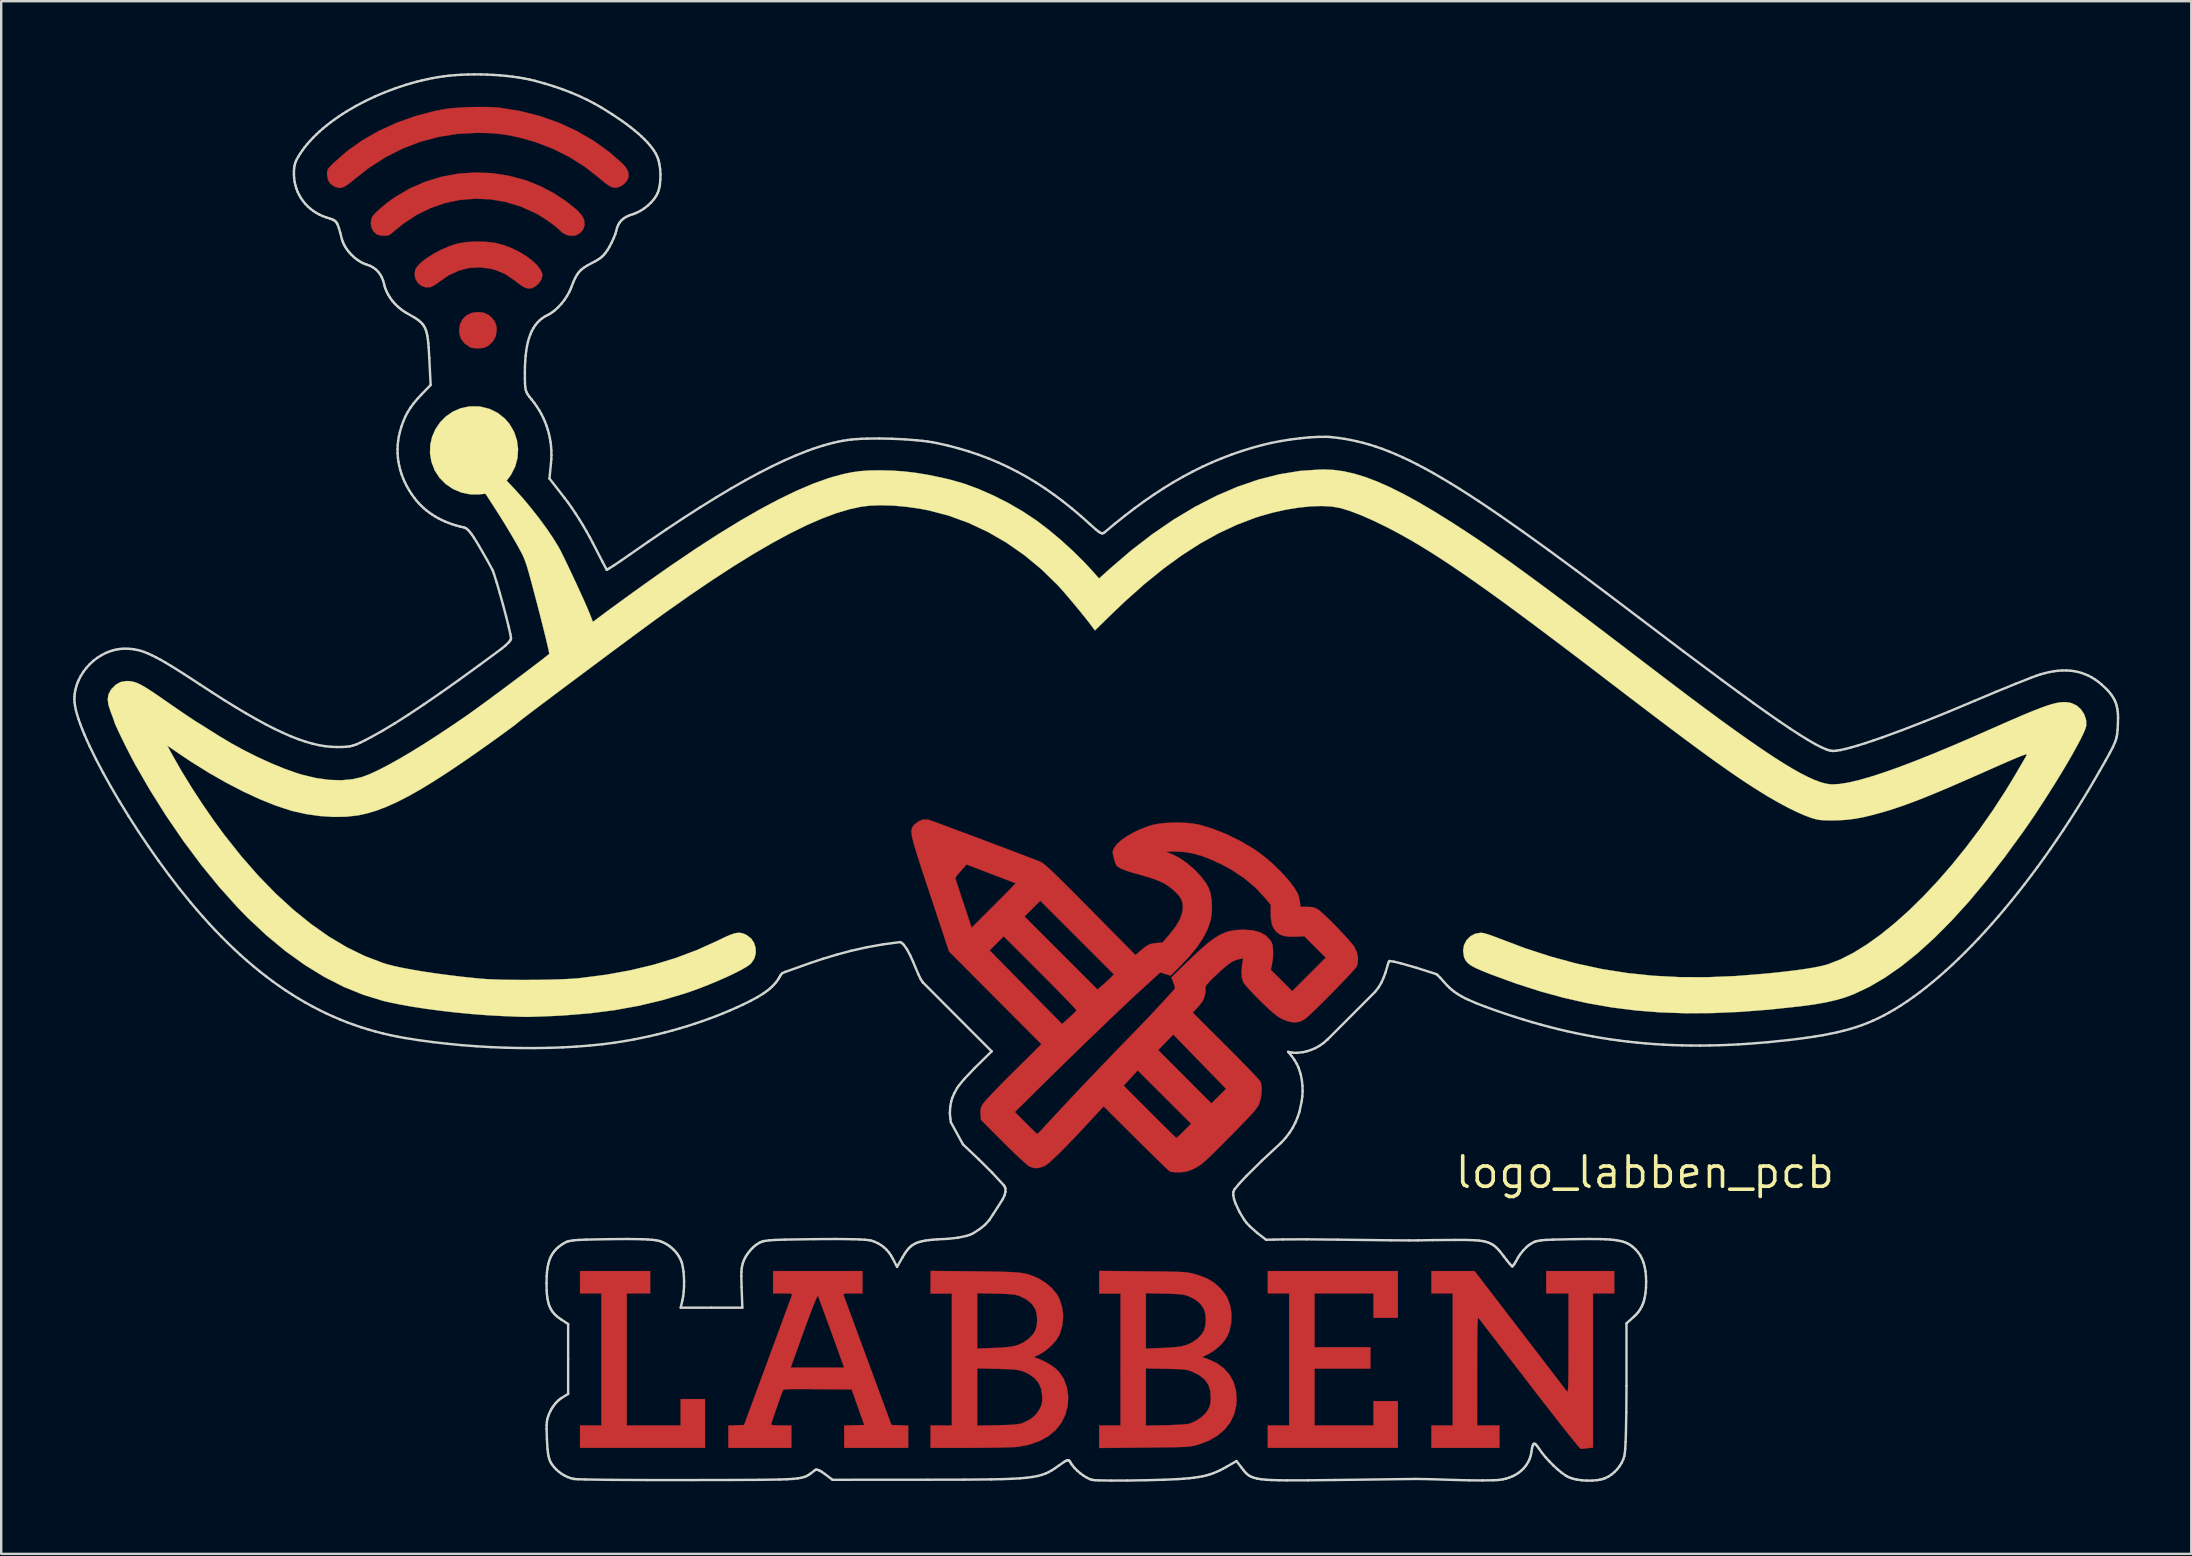
<source format=kicad_pcb>
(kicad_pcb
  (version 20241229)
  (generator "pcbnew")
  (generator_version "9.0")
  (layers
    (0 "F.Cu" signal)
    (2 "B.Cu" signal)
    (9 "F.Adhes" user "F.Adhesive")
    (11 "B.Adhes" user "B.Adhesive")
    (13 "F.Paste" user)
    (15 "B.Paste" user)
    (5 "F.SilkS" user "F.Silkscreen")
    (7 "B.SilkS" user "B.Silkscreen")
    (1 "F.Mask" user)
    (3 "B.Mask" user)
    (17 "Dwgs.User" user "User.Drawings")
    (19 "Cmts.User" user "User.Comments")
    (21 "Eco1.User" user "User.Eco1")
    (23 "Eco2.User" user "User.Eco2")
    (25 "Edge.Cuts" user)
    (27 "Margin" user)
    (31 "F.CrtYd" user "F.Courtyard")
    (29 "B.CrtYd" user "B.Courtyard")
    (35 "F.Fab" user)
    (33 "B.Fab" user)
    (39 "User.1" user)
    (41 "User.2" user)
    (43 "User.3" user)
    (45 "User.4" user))
  (footprint "logo_labben_pcb"
    (layer "F.Cu")
    (at 46.689 37.002)
    (property "Reference" "logo_labben_pcb" (at 18.8 8.8 0) (layer "F.SilkS") (effects (font (size 1.27 1.27) (thickness 0.15))))
    (attr through_hole)
    (fp_poly (pts (xy -22.648 13.843) (xy -23.622 13.843) (xy -23.622 19.346) (xy -21.378 19.346) (xy -21.378 18.246) (xy -20.362 18.246) (xy -20.362 20.278) (xy -25.569 20.278) (xy -25.569 19.346) (xy -24.68 19.346) (xy -24.68 13.843) (xy -25.569 13.843) (xy -25.569 12.912) (xy -22.648 12.912) (xy -22.648 13.843)) (stroke (width 0.01) (type solid)) (fill yes) (layer "F.Cu"))
    (fp_poly (pts (xy 8.509 14.859) (xy 7.493 14.859) (xy 7.493 13.843) (xy 5.038 13.843) (xy 5.038 16.087) (xy 7.366 16.087) (xy 7.366 16.976) (xy 5.038 16.976) (xy 5.038 19.346) (xy 7.493 19.346) (xy 7.493 18.33) (xy 8.509 18.33) (xy 8.509 20.278) (xy 3.09 20.278) (xy 3.09 19.346) (xy 3.979 19.346) (xy 3.979 13.843) (xy 3.09 13.843) (xy 3.09 12.912) (xy 8.509 12.912) (xy 8.509 14.859)) (stroke (width 0.01) (type solid)) (fill yes) (layer "F.Cu"))
    (fp_poly (pts (xy -29.585 -27.023) (xy -29.389 -26.935) (xy -29.28 -26.847) (xy -29.132 -26.67) (xy -29.057 -26.478) (xy -29.041 -26.302) (xy -29.079 -26.052) (xy -29.193 -25.837) (xy -29.349 -25.68) (xy -29.463 -25.602) (xy -29.58 -25.56) (xy -29.737 -25.54) (xy -29.772 -25.537) (xy -29.979 -25.54) (xy -30.128 -25.575) (xy -30.163 -25.591) (xy -30.383 -25.744) (xy -30.526 -25.928) (xy -30.597 -26.149) (xy -30.607 -26.289) (xy -30.569 -26.541) (xy -30.462 -26.752) (xy -30.295 -26.913) (xy -30.077 -27.016) (xy -29.824 -27.051) (xy -29.585 -27.023)) (stroke (width 0.01) (type solid)) (fill yes) (layer "F.Cu"))
    (fp_poly (pts (xy -29.527 -29.979) (xy -29.168 -29.941) (xy -29.02 -29.913) (xy -28.702 -29.823) (xy -28.387 -29.698) (xy -28.085 -29.547) (xy -27.808 -29.377) (xy -27.564 -29.194) (xy -27.366 -29.008) (xy -27.223 -28.824) (xy -27.146 -28.651) (xy -27.136 -28.569) (xy -27.174 -28.416) (xy -27.272 -28.265) (xy -27.409 -28.135) (xy -27.565 -28.049) (xy -27.686 -28.025) (xy -27.796 -28.045) (xy -27.919 -28.096) (xy -27.925 -28.099) (xy -28.026 -28.163) (xy -28.162 -28.261) (xy -28.304 -28.372) (xy -28.306 -28.374) (xy -28.672 -28.623) (xy -29.063 -28.792) (xy -29.295 -28.854) (xy -29.754 -28.911) (xy -30.197 -28.885) (xy -30.625 -28.776) (xy -31.035 -28.584) (xy -31.389 -28.342) (xy -31.544 -28.228) (xy -31.691 -28.139) (xy -31.804 -28.088) (xy -31.822 -28.084) (xy -32.021 -28.084) (xy -32.197 -28.153) (xy -32.337 -28.275) (xy -32.43 -28.436) (xy -32.466 -28.62) (xy -32.433 -28.812) (xy -32.406 -28.871) (xy -32.3 -29.013) (xy -32.127 -29.17) (xy -31.903 -29.333) (xy -31.642 -29.494) (xy -31.36 -29.642) (xy -31.071 -29.771) (xy -30.791 -29.87) (xy -30.628 -29.913) (xy -30.293 -29.965) (xy -29.914 -29.987) (xy -29.527 -29.979)) (stroke (width 0.01) (type solid)) (fill yes) (layer "F.Cu"))
    (fp_poly (pts (xy -29.244 -32.838) (xy -28.543 -32.731) (xy -27.853 -32.545) (xy -27.747 -32.509) (xy -27.206 -32.287) (xy -26.673 -32.006) (xy -26.172 -31.68) (xy -25.725 -31.324) (xy -25.646 -31.252) (xy -25.479 -31.055) (xy -25.39 -30.856) (xy -25.379 -30.661) (xy -25.446 -30.48) (xy -25.575 -30.333) (xy -25.741 -30.245) (xy -25.934 -30.223) (xy -26.133 -30.263) (xy -26.314 -30.363) (xy -26.395 -30.44) (xy -26.507 -30.547) (xy -26.674 -30.68) (xy -26.876 -30.827) (xy -27.093 -30.973) (xy -27.306 -31.104) (xy -27.455 -31.186) (xy -28.06 -31.453) (xy -28.68 -31.64) (xy -29.31 -31.746) (xy -29.942 -31.773) (xy -30.57 -31.721) (xy -31.188 -31.592) (xy -31.79 -31.385) (xy -32.368 -31.103) (xy -32.916 -30.745) (xy -33.266 -30.461) (xy -33.403 -30.344) (xy -33.502 -30.274) (xy -33.586 -30.239) (xy -33.678 -30.228) (xy -33.732 -30.228) (xy -33.88 -30.242) (xy -34.013 -30.277) (xy -34.046 -30.292) (xy -34.176 -30.407) (xy -34.259 -30.57) (xy -34.289 -30.756) (xy -34.262 -30.939) (xy -34.213 -31.041) (xy -34.119 -31.153) (xy -33.969 -31.298) (xy -33.779 -31.462) (xy -33.564 -31.633) (xy -33.34 -31.795) (xy -33.253 -31.855) (xy -32.646 -32.207) (xy -32.005 -32.485) (xy -31.336 -32.688) (xy -30.648 -32.815) (xy -29.948 -32.865) (xy -29.244 -32.838)) (stroke (width 0.01) (type solid)) (fill yes) (layer "F.Cu"))
    (fp_poly (pts (xy -29.278 -35.588) (xy -28.992 -35.57) (xy -28.911 -35.562) (xy -28.063 -35.425) (xy -27.24 -35.215) (xy -26.449 -34.936) (xy -25.698 -34.589) (xy -24.991 -34.178) (xy -24.336 -33.705) (xy -23.806 -33.24) (xy -23.649 -33.063) (xy -23.564 -32.899) (xy -23.545 -32.732) (xy -23.558 -32.641) (xy -23.622 -32.509) (xy -23.742 -32.382) (xy -23.891 -32.281) (xy -24.021 -32.235) (xy -24.129 -32.228) (xy -24.241 -32.255) (xy -24.371 -32.321) (xy -24.529 -32.433) (xy -24.73 -32.599) (xy -24.794 -32.654) (xy -25.375 -33.109) (xy -26.015 -33.511) (xy -26.7 -33.853) (xy -27.418 -34.129) (xy -27.972 -34.289) (xy -28.367 -34.38) (xy -28.721 -34.445) (xy -29.066 -34.487) (xy -29.432 -34.509) (xy -29.849 -34.516) (xy -29.866 -34.516) (xy -30.673 -34.474) (xy -31.461 -34.349) (xy -32.228 -34.144) (xy -32.97 -33.859) (xy -33.685 -33.496) (xy -34.369 -33.055) (xy -34.896 -32.643) (xy -35.114 -32.464) (xy -35.283 -32.338) (xy -35.419 -32.26) (xy -35.533 -32.224) (xy -35.64 -32.225) (xy -35.753 -32.258) (xy -35.796 -32.276) (xy -35.969 -32.39) (xy -36.073 -32.554) (xy -36.11 -32.768) (xy -36.11 -32.781) (xy -36.108 -32.884) (xy -36.092 -32.962) (xy -36.051 -33.036) (xy -35.974 -33.125) (xy -35.85 -33.25) (xy -35.825 -33.274) (xy -35.263 -33.765) (xy -34.636 -34.207) (xy -33.953 -34.598) (xy -33.22 -34.933) (xy -32.444 -35.21) (xy -31.634 -35.424) (xy -31.263 -35.498) (xy -31.013 -35.533) (xy -30.7 -35.561) (xy -30.348 -35.581) (xy -29.979 -35.592) (xy -29.615 -35.595) (xy -29.278 -35.588)) (stroke (width 0.01) (type solid)) (fill yes) (layer "F.Cu"))
    (fp_poly (pts (xy 17.526 13.843) (xy 16.637 13.843) (xy 16.637 20.266) (xy 16.415 20.293) (xy 16.276 20.308) (xy 16.165 20.318) (xy 16.128 20.32) (xy 16.093 20.287) (xy 16.01 20.192) (xy 15.884 20.039) (xy 15.718 19.835) (xy 15.517 19.583) (xy 15.284 19.288) (xy 15.024 18.956) (xy 14.74 18.592) (xy 14.436 18.201) (xy 14.116 17.787) (xy 13.99 17.623) (xy 13.667 17.202) (xy 13.357 16.8) (xy 13.066 16.422) (xy 12.797 16.072) (xy 12.554 15.756) (xy 12.342 15.48) (xy 12.163 15.248) (xy 12.023 15.065) (xy 11.924 14.938) (xy 11.872 14.87) (xy 11.865 14.861) (xy 11.854 14.862) (xy 11.844 14.902) (xy 11.835 14.985) (xy 11.829 15.117) (xy 11.823 15.303) (xy 11.819 15.549) (xy 11.816 15.859) (xy 11.814 16.24) (xy 11.813 16.696) (xy 11.812 17.071) (xy 11.811 19.346) (xy 12.742 19.346) (xy 12.742 20.278) (xy 9.906 20.278) (xy 9.906 19.346) (xy 10.795 19.346) (xy 10.795 13.843) (xy 9.906 13.843) (xy 9.906 12.912) (xy 10.806 12.912) (xy 11.705 12.912) (xy 13.598 15.378) (xy 13.907 15.781) (xy 14.202 16.165) (xy 14.479 16.526) (xy 14.734 16.858) (xy 14.962 17.155) (xy 15.159 17.412) (xy 15.321 17.624) (xy 15.444 17.784) (xy 15.523 17.888) (xy 15.554 17.928) (xy 15.569 17.941) (xy 15.581 17.933) (xy 15.591 17.897) (xy 15.599 17.827) (xy 15.606 17.717) (xy 15.611 17.56) (xy 15.614 17.35) (xy 15.617 17.08) (xy 15.618 16.744) (xy 15.619 16.335) (xy 15.62 15.928) (xy 15.621 13.843) (xy 14.69 13.843) (xy 14.69 12.912) (xy 17.526 12.912) (xy 17.526 13.843)) (stroke (width 0.01) (type solid)) (fill yes) (layer "F.Cu"))
    (fp_poly (pts (xy -13.801 13.843) (xy -14.206 13.843) (xy -14.393 13.844) (xy -14.51 13.85) (xy -14.571 13.864) (xy -14.591 13.887) (xy -14.586 13.917) (xy -14.567 13.969) (xy -14.522 14.093) (xy -14.452 14.283) (xy -14.361 14.532) (xy -14.249 14.834) (xy -14.121 15.182) (xy -13.979 15.568) (xy -13.825 15.987) (xy -13.661 16.432) (xy -13.577 16.658) (xy -12.593 19.325) (xy -12.244 19.337) (xy -11.896 19.35) (xy -11.896 20.278) (xy -14.563 20.278) (xy -14.563 19.349) (xy -13.727 19.325) (xy -13.99 18.584) (xy -14.253 17.843) (xy -15.673 17.832) (xy -16.058 17.83) (xy -16.367 17.828) (xy -16.609 17.829) (xy -16.792 17.831) (xy -16.924 17.836) (xy -17.014 17.844) (xy -17.071 17.855) (xy -17.104 17.87) (xy -17.12 17.889) (xy -17.123 17.896) (xy -17.16 17.995) (xy -17.215 18.145) (xy -17.281 18.331) (xy -17.352 18.537) (xy -17.425 18.747) (xy -17.492 18.944) (xy -17.549 19.113) (xy -17.59 19.238) (xy -17.61 19.304) (xy -17.611 19.309) (xy -17.571 19.325) (xy -17.465 19.337) (xy -17.31 19.345) (xy -17.187 19.346) (xy -16.764 19.346) (xy -16.764 20.278) (xy -19.389 20.278) (xy -19.389 19.35) (xy -19.061 19.338) (xy -18.734 19.325) (xy -17.851 16.933) (xy -16.793 16.933) (xy -14.565 16.933) (xy -14.729 16.478) (xy -14.879 16.061) (xy -15.024 15.66) (xy -15.162 15.282) (xy -15.288 14.936) (xy -15.4 14.628) (xy -15.497 14.368) (xy -15.573 14.161) (xy -15.628 14.017) (xy -15.657 13.943) (xy -15.66 13.936) (xy -15.681 13.962) (xy -15.727 14.06) (xy -15.795 14.223) (xy -15.883 14.444) (xy -15.987 14.716) (xy -16.105 15.031) (xy -16.233 15.382) (xy -16.242 15.407) (xy -16.793 16.933) (xy -17.851 16.933) (xy -17.75 16.658) (xy -17.582 16.203) (xy -17.422 15.771) (xy -17.274 15.368) (xy -17.138 15) (xy -17.019 14.675) (xy -16.917 14.399) (xy -16.836 14.178) (xy -16.778 14.021) (xy -16.746 13.933) (xy -16.741 13.917) (xy -16.737 13.883) (xy -16.762 13.861) (xy -16.831 13.849) (xy -16.958 13.844) (xy -17.121 13.843) (xy -17.526 13.843) (xy -17.526 12.912) (xy -13.801 12.912) (xy -13.801 13.843)) (stroke (width 0.01) (type solid)) (fill yes) (layer "F.Cu"))
    (fp_poly (pts (xy -9.155 12.923) (xy -8.671 12.928) (xy -8.263 12.934) (xy -7.921 12.942) (xy -7.638 12.953) (xy -7.403 12.968) (xy -7.209 12.987) (xy -7.045 13.013) (xy -6.904 13.045) (xy -6.776 13.085) (xy -6.652 13.134) (xy -6.523 13.193) (xy -6.453 13.227) (xy -6.17 13.399) (xy -5.917 13.615) (xy -5.714 13.856) (xy -5.612 14.031) (xy -5.488 14.388) (xy -5.439 14.763) (xy -5.465 15.14) (xy -5.566 15.501) (xy -5.613 15.607) (xy -5.736 15.801) (xy -5.914 16.002) (xy -6.125 16.19) (xy -6.344 16.341) (xy -6.434 16.388) (xy -6.658 16.494) (xy -6.416 16.586) (xy -6.188 16.69) (xy -5.96 16.824) (xy -5.759 16.968) (xy -5.612 17.108) (xy -5.607 17.112) (xy -5.414 17.406) (xy -5.286 17.743) (xy -5.228 18.108) (xy -5.243 18.486) (xy -5.246 18.507) (xy -5.345 18.895) (xy -5.515 19.24) (xy -5.754 19.54) (xy -6.058 19.792) (xy -6.424 19.994) (xy -6.85 20.144) (xy -7.295 20.232) (xy -7.418 20.243) (xy -7.616 20.253) (xy -7.878 20.261) (xy -8.192 20.268) (xy -8.55 20.274) (xy -8.94 20.277) (xy -9.295 20.278) (xy -10.964 20.278) (xy -10.964 19.354) (xy -9.017 19.354) (xy -8.181 19.337) (xy -7.864 19.328) (xy -7.618 19.318) (xy -7.431 19.303) (xy -7.289 19.284) (xy -7.179 19.26) (xy -7.132 19.245) (xy -6.833 19.103) (xy -6.595 18.911) (xy -6.424 18.673) (xy -6.413 18.651) (xy -6.351 18.511) (xy -6.319 18.391) (xy -6.309 18.253) (xy -6.314 18.105) (xy -6.359 17.809) (xy -6.465 17.567) (xy -6.637 17.368) (xy -6.817 17.239) (xy -6.948 17.164) (xy -7.068 17.107) (xy -7.192 17.064) (xy -7.335 17.034) (xy -7.51 17.014) (xy -7.734 17) (xy -8.021 16.99) (xy -8.181 16.987) (xy -9.017 16.968) (xy -9.017 19.354) (xy -10.964 19.354) (xy -10.964 19.346) (xy -10.075 19.346) (xy -10.075 16.142) (xy -9.017 16.142) (xy -8.325 16.115) (xy -8.006 16.099) (xy -7.757 16.078) (xy -7.56 16.051) (xy -7.4 16.015) (xy -7.357 16.003) (xy -7.103 15.892) (xy -6.874 15.733) (xy -6.692 15.543) (xy -6.599 15.39) (xy -6.541 15.19) (xy -6.521 14.952) (xy -6.539 14.712) (xy -6.594 14.509) (xy -6.598 14.499) (xy -6.74 14.286) (xy -6.954 14.105) (xy -7.225 13.966) (xy -7.324 13.931) (xy -7.424 13.904) (xy -7.541 13.885) (xy -7.691 13.872) (xy -7.889 13.862) (xy -8.152 13.854) (xy -8.244 13.852) (xy -9.017 13.835) (xy -9.017 16.142) (xy -10.075 16.142) (xy -10.075 13.843) (xy -10.964 13.843) (xy -10.964 12.905) (xy -9.155 12.923)) (stroke (width 0.01) (type solid)) (fill yes) (layer "F.Cu"))
    (fp_poly (pts (xy -2.127 12.922) (xy -1.685 12.926) (xy -1.318 12.93) (xy -1.018 12.935) (xy -0.776 12.94) (xy -0.582 12.947) (xy -0.428 12.956) (xy -0.305 12.967) (xy -0.204 12.98) (xy -0.115 12.997) (xy -0.03 13.018) (xy 0.021 13.031) (xy 0.219 13.092) (xy 0.421 13.165) (xy 0.584 13.234) (xy 0.593 13.238) (xy 0.844 13.393) (xy 1.083 13.6) (xy 1.286 13.835) (xy 1.402 14.022) (xy 1.521 14.347) (xy 1.576 14.703) (xy 1.566 15.067) (xy 1.489 15.416) (xy 1.418 15.597) (xy 1.281 15.814) (xy 1.086 16.03) (xy 0.856 16.222) (xy 0.613 16.37) (xy 0.598 16.377) (xy 0.348 16.496) (xy 0.577 16.573) (xy 0.946 16.738) (xy 1.252 16.958) (xy 1.493 17.228) (xy 1.664 17.544) (xy 1.764 17.901) (xy 1.79 18.295) (xy 1.773 18.513) (xy 1.686 18.882) (xy 1.525 19.217) (xy 1.291 19.514) (xy 0.99 19.77) (xy 0.626 19.98) (xy 0.201 20.142) (xy 0.133 20.161) (xy 0.051 20.183) (xy -0.033 20.201) (xy -0.125 20.215) (xy -0.236 20.227) (xy -0.374 20.237) (xy -0.547 20.245) (xy -0.764 20.251) (xy -1.035 20.256) (xy -1.367 20.26) (xy -1.769 20.265) (xy -2.064 20.267) (xy -3.937 20.285) (xy -3.937 19.354) (xy -1.99 19.354) (xy -1.154 19.335) (xy -0.886 19.327) (xy -0.637 19.315) (xy -0.425 19.301) (xy -0.265 19.286) (xy -0.172 19.27) (xy -0.169 19.269) (xy 0.084 19.159) (xy 0.315 19.008) (xy 0.5 18.832) (xy 0.569 18.737) (xy 0.643 18.601) (xy 0.686 18.469) (xy 0.708 18.304) (xy 0.713 18.217) (xy 0.697 17.912) (xy 0.612 17.651) (xy 0.457 17.43) (xy 0.227 17.247) (xy -0.079 17.096) (xy -0.171 17.062) (xy -0.265 17.037) (xy -0.377 17.019) (xy -0.52 17.006) (xy -0.709 16.996) (xy -0.96 16.989) (xy -1.154 16.985) (xy -1.99 16.968) (xy -1.99 19.354) (xy -3.937 19.354) (xy -3.937 19.346) (xy -3.048 19.346) (xy -3.048 16.142) (xy -1.99 16.142) (xy -1.297 16.115) (xy -0.979 16.099) (xy -0.73 16.078) (xy -0.533 16.051) (xy -0.372 16.015) (xy -0.33 16.003) (xy -0.075 15.892) (xy 0.154 15.733) (xy 0.336 15.543) (xy 0.428 15.39) (xy 0.486 15.19) (xy 0.506 14.952) (xy 0.489 14.712) (xy 0.434 14.509) (xy 0.429 14.499) (xy 0.287 14.286) (xy 0.073 14.105) (xy -0.198 13.966) (xy -0.297 13.931) (xy -0.397 13.904) (xy -0.514 13.885) (xy -0.664 13.872) (xy -0.862 13.862) (xy -1.125 13.854) (xy -1.217 13.852) (xy -1.99 13.835) (xy -1.99 16.142) (xy -3.048 16.142) (xy -3.048 13.843) (xy -3.937 13.843) (xy -3.937 12.905) (xy -2.127 12.922)) (stroke (width 0.01) (type solid)) (fill yes) (layer "F.Cu"))
    (fp_poly (pts (xy -11.074 -5.9) (xy -11.038 -5.891) (xy -10.972 -5.869) (xy -10.835 -5.82) (xy -10.638 -5.747) (xy -10.388 -5.655) (xy -10.094 -5.546) (xy -9.766 -5.423) (xy -9.412 -5.291) (xy -9.041 -5.151) (xy -8.662 -5.009) (xy -8.284 -4.867) (xy -7.916 -4.728) (xy -7.567 -4.595) (xy -7.246 -4.473) (xy -6.961 -4.365) (xy -6.721 -4.273) (xy -6.536 -4.201) (xy -6.414 -4.153) (xy -6.38 -4.139) (xy -6.328 -4.111) (xy -6.26 -4.064) (xy -6.173 -3.994) (xy -6.062 -3.897) (xy -5.923 -3.767) (xy -5.75 -3.602) (xy -5.54 -3.397) (xy -5.288 -3.147) (xy -4.99 -2.848) (xy -4.641 -2.496) (xy -4.302 -2.154) (xy -2.427 -0.256) (xy -2.204 -0.446) (xy -2.044 -0.578) (xy -1.92 -0.663) (xy -1.805 -0.715) (xy -1.676 -0.744) (xy -1.547 -0.759) (xy -1.295 -0.783) (xy -1.001 -1.122) (xy -0.747 -1.449) (xy -0.572 -1.753) (xy -0.473 -2.039) (xy -0.449 -2.24) (xy -0.464 -2.425) (xy -0.523 -2.592) (xy -0.634 -2.756) (xy -0.807 -2.931) (xy -0.962 -3.061) (xy -1.1 -3.163) (xy -1.255 -3.254) (xy -1.438 -3.341) (xy -1.66 -3.426) (xy -1.933 -3.515) (xy -2.271 -3.613) (xy -2.535 -3.685) (xy -2.724 -3.742) (xy -2.906 -3.807) (xy -3.045 -3.867) (xy -3.066 -3.879) (xy -3.162 -3.938) (xy -3.223 -4.001) (xy -3.268 -4.094) (xy -3.311 -4.24) (xy -3.318 -4.269) (xy -3.357 -4.423) (xy -3.373 -4.523) (xy -3.365 -4.599) (xy -3.334 -4.679) (xy -3.306 -4.733) (xy -3.195 -4.884) (xy -3.014 -5.045) (xy -2.78 -5.208) (xy -2.506 -5.364) (xy -2.206 -5.505) (xy -1.894 -5.624) (xy -1.712 -5.678) (xy -1.432 -5.734) (xy -1.097 -5.767) (xy -0.733 -5.779) (xy -0.367 -5.768) (xy -0.027 -5.736) (xy 0.254 -5.684) (xy 0.802 -5.518) (xy 1.369 -5.291) (xy 1.929 -5.017) (xy 2.457 -4.708) (xy 2.707 -4.539) (xy 2.988 -4.323) (xy 3.272 -4.079) (xy 3.547 -3.818) (xy 3.8 -3.552) (xy 4.022 -3.294) (xy 4.199 -3.055) (xy 4.321 -2.849) (xy 4.341 -2.804) (xy 4.384 -2.67) (xy 4.42 -2.51) (xy 4.427 -2.463) (xy 4.453 -2.265) (xy 4.735 -2.264) (xy 4.911 -2.256) (xy 5.039 -2.229) (xy 5.153 -2.173) (xy 5.186 -2.153) (xy 5.285 -2.075) (xy 5.429 -1.947) (xy 5.603 -1.781) (xy 5.797 -1.589) (xy 5.999 -1.383) (xy 6.197 -1.175) (xy 6.379 -0.978) (xy 6.533 -0.804) (xy 6.647 -0.666) (xy 6.705 -0.584) (xy 6.803 -0.361) (xy 6.848 -0.13) (xy 6.838 0.085) (xy 6.795 0.214) (xy 6.746 0.282) (xy 6.645 0.4) (xy 6.5 0.558) (xy 6.322 0.748) (xy 6.117 0.962) (xy 5.897 1.189) (xy 5.668 1.421) (xy 5.44 1.65) (xy 5.222 1.865) (xy 5.022 2.059) (xy 4.851 2.222) (xy 4.715 2.345) (xy 4.625 2.419) (xy 4.62 2.422) (xy 4.413 2.525) (xy 4.188 2.554) (xy 3.938 2.51) (xy 3.689 2.409) (xy 3.573 2.346) (xy 3.452 2.265) (xy 3.315 2.156) (xy 3.151 2.011) (xy 2.948 1.819) (xy 2.779 1.655) (xy 2.584 1.459) (xy 2.406 1.273) (xy 2.254 1.109) (xy 2.141 0.977) (xy 2.076 0.89) (xy 2.07 0.88) (xy 2.011 0.69) (xy 1.992 0.445) (xy 2.016 0.163) (xy 2.03 0.085) (xy 2.05 -0.031) (xy 2.058 -0.104) (xy 2.057 -0.116) (xy 2.014 -0.112) (xy 1.915 -0.091) (xy 1.83 -0.07) (xy 1.713 -0.031) (xy 1.593 0.029) (xy 1.46 0.118) (xy 1.303 0.243) (xy 1.11 0.414) (xy 0.872 0.638) (xy 0.835 0.673) (xy 0.668 0.838) (xy 0.559 0.958) (xy 0.501 1.042) (xy 0.487 1.098) (xy 0.489 1.108) (xy 0.495 1.192) (xy 0.482 1.323) (xy 0.467 1.413) (xy 0.426 1.556) (xy 0.361 1.682) (xy 0.254 1.822) (xy 0.192 1.893) (xy -0.036 2.144) (xy 1.339 3.517) (xy 1.624 3.802) (xy 1.891 4.072) (xy 2.135 4.321) (xy 2.349 4.542) (xy 2.527 4.729) (xy 2.663 4.875) (xy 2.75 4.973) (xy 2.781 5.013) (xy 2.822 5.154) (xy 2.834 5.348) (xy 2.819 5.566) (xy 2.779 5.785) (xy 2.715 5.975) (xy 2.709 5.99) (xy 2.666 6.065) (xy 2.594 6.163) (xy 2.488 6.289) (xy 2.344 6.45) (xy 2.155 6.651) (xy 1.918 6.897) (xy 1.627 7.194) (xy 1.485 7.337) (xy 1.191 7.633) (xy 0.949 7.875) (xy 0.751 8.069) (xy 0.59 8.223) (xy 0.46 8.342) (xy 0.352 8.433) (xy 0.259 8.503) (xy 0.174 8.558) (xy 0.09 8.605) (xy 0.045 8.628) (xy -0.139 8.713) (xy -0.29 8.762) (xy -0.447 8.787) (xy -0.59 8.796) (xy -0.768 8.795) (xy -0.912 8.782) (xy -0.995 8.759) (xy -1.042 8.72) (xy -1.142 8.627) (xy -1.289 8.487) (xy -1.476 8.306) (xy -1.697 8.09) (xy -1.946 7.846) (xy -2.215 7.579) (xy -2.415 7.38) (xy -3.751 6.049) (xy -4.489 6.845) (xy -4.881 7.264) (xy -5.227 7.626) (xy -5.527 7.931) (xy -5.78 8.176) (xy -5.982 8.36) (xy -6.133 8.482) (xy -6.215 8.534) (xy -6.442 8.614) (xy -6.641 8.623) (xy -6.83 8.559) (xy -6.866 8.538) (xy -6.942 8.481) (xy -7.068 8.372) (xy -7.235 8.219) (xy -7.433 8.032) (xy -7.654 7.819) (xy -7.887 7.588) (xy -7.955 7.52) (xy -8.861 6.611) (xy -8.881 6.376) (xy -8.883 6.285) (xy -7.45 6.285) (xy -6.996 6.741) (xy -6.837 6.899) (xy -6.698 7.033) (xy -6.591 7.133) (xy -6.527 7.189) (xy -6.515 7.197) (xy -6.477 7.167) (xy -6.396 7.086) (xy -6.283 6.967) (xy -6.154 6.826) (xy -5.978 6.633) (xy -5.752 6.389) (xy -5.485 6.102) (xy -5.184 5.782) (xy -4.86 5.438) (xy -4.621 5.186) (xy -2.916 5.186) (xy -1.829 6.276) (xy -1.58 6.525) (xy -1.349 6.754) (xy -1.145 6.957) (xy -0.973 7.126) (xy -0.84 7.255) (xy -0.753 7.337) (xy -0.719 7.366) (xy -0.681 7.338) (xy -0.599 7.262) (xy -0.484 7.152) (xy -0.402 7.069) (xy -0.107 6.772) (xy -1.22 5.662) (xy -2.333 4.551) (xy -2.625 4.868) (xy -2.916 5.186) (xy -4.621 5.186) (xy -4.52 5.079) (xy -4.173 4.714) (xy -3.828 4.353) (xy -3.493 4.004) (xy -3.204 3.704) (xy -1.478 3.704) (xy 0.74 5.926) (xy 1.045 5.623) (xy 1.35 5.319) (xy 0.25 4.187) (xy -0.851 3.054) (xy -1.478 3.704) (xy -3.204 3.704) (xy -3.178 3.678) (xy -2.891 3.382) (xy -2.751 3.239) (xy -2.365 2.842) (xy -1.99 2.451) (xy -1.636 2.077) (xy -1.313 1.73) (xy -1.033 1.423) (xy -0.837 1.202) (xy -0.794 1.146) (xy -0.781 1.094) (xy -0.798 1.016) (xy -0.845 0.894) (xy -0.931 0.676) (xy -0.322 0.083) (xy 0.03 -0.255) (xy 0.334 -0.534) (xy 0.601 -0.762) (xy 0.839 -0.941) (xy 1.057 -1.078) (xy 1.264 -1.178) (xy 1.469 -1.247) (xy 1.683 -1.288) (xy 1.912 -1.308) (xy 2.111 -1.312) (xy 2.47 -1.284) (xy 2.773 -1.2) (xy 3.017 -1.063) (xy 3.196 -0.873) (xy 3.247 -0.788) (xy 3.287 -0.654) (xy 3.308 -0.463) (xy 3.308 -0.241) (xy 3.288 -0.012) (xy 3.26 0.146) (xy 3.213 0.355) (xy 3.66 0.802) (xy 4.106 1.248) (xy 4.805 0.551) (xy 5.503 -0.147) (xy 5.059 -0.592) (xy 4.616 -1.037) (xy 4.248 -1.022) (xy 3.974 -1.022) (xy 3.763 -1.049) (xy 3.598 -1.11) (xy 3.462 -1.208) (xy 3.433 -1.237) (xy 3.322 -1.386) (xy 3.251 -1.572) (xy 3.216 -1.81) (xy 3.211 -2.029) (xy 3.214 -2.344) (xy 2.975 -2.637) (xy 2.579 -3.06) (xy 2.113 -3.452) (xy 1.59 -3.802) (xy 1.164 -4.033) (xy 0.727 -4.235) (xy 0.337 -4.386) (xy -0.023 -4.488) (xy -0.368 -4.548) (xy -0.715 -4.57) (xy -0.762 -4.57) (xy -1.164 -4.569) (xy -0.865 -4.443) (xy -0.566 -4.287) (xy -0.262 -4.074) (xy 0.03 -3.823) (xy 0.291 -3.549) (xy 0.504 -3.269) (xy 0.629 -3.048) (xy 0.702 -2.828) (xy 0.747 -2.555) (xy 0.762 -2.256) (xy 0.748 -1.958) (xy 0.703 -1.691) (xy 0.582 -1.336) (xy 0.395 -0.97) (xy 0.138 -0.587) (xy -0.192 -0.185) (xy -0.598 0.243) (xy -0.645 0.289) (xy -0.961 0.6) (xy -1.396 0.47) (xy -2.19 1.195) (xy -2.437 1.423) (xy -2.736 1.703) (xy -3.08 2.028) (xy -3.461 2.391) (xy -3.872 2.785) (xy -4.305 3.202) (xy -4.752 3.634) (xy -5.207 4.076) (xy -5.66 4.519) (xy -6.105 4.955) (xy -6.535 5.379) (xy -6.593 5.437) (xy -7.45 6.285) (xy -8.883 6.285) (xy -8.885 6.217) (xy -8.861 6.096) (xy -8.798 5.968) (xy -8.793 5.96) (xy -8.74 5.89) (xy -8.633 5.768) (xy -8.48 5.603) (xy -8.288 5.402) (xy -8.065 5.172) (xy -7.819 4.922) (xy -7.556 4.659) (xy -7.515 4.619) (xy -6.344 3.459) (xy -8.268 1.528) (xy -10.192 -0.402) (xy -10.209 -0.452) (xy -8.503 -0.452) (xy -6.993 1.083) (xy -5.484 2.618) (xy -5.189 2.353) (xy -5.059 2.234) (xy -4.955 2.133) (xy -4.893 2.066) (xy -4.881 2.05) (xy -4.908 2.013) (xy -4.989 1.923) (xy -5.119 1.784) (xy -5.292 1.603) (xy -5.503 1.386) (xy -5.746 1.137) (xy -6.016 0.864) (xy -6.307 0.572) (xy -6.392 0.487) (xy -7.915 -1.036) (xy -8.209 -0.744) (xy -8.503 -0.452) (xy -10.209 -0.452) (xy -10.98 -2.773) (xy -11.155 -3.3) (xy -11.205 -3.45) (xy -9.933 -3.45) (xy -9.916 -3.4) (xy -9.876 -3.28) (xy -9.817 -3.103) (xy -9.743 -2.88) (xy -9.658 -2.622) (xy -9.585 -2.402) (xy -9.251 -1.397) (xy -8.785 -1.863) (xy -7.048 -1.863) (xy -5.527 -0.341) (xy -4.006 1.18) (xy -3.77 0.975) (xy -3.637 0.856) (xy -3.514 0.742) (xy -3.431 0.659) (xy -3.327 0.547) (xy -6.392 -2.518) (xy -6.72 -2.19) (xy -7.048 -1.863) (xy -8.785 -1.863) (xy -8.331 -2.316) (xy -8.104 -2.544) (xy -7.897 -2.752) (xy -7.719 -2.932) (xy -7.577 -3.079) (xy -7.477 -3.183) (xy -7.427 -3.238) (xy -7.422 -3.245) (xy -7.463 -3.262) (xy -7.572 -3.306) (xy -7.739 -3.371) (xy -7.954 -3.453) (xy -8.205 -3.55) (xy -8.447 -3.642) (xy -9.461 -4.028) (xy -9.704 -3.76) (xy -9.813 -3.634) (xy -9.893 -3.529) (xy -9.931 -3.462) (xy -9.933 -3.45) (xy -11.205 -3.45) (xy -11.305 -3.753) (xy -11.431 -4.139) (xy -11.534 -4.463) (xy -11.616 -4.732) (xy -11.679 -4.951) (xy -11.723 -5.128) (xy -11.75 -5.269) (xy -11.761 -5.379) (xy -11.758 -5.465) (xy -11.743 -5.533) (xy -11.716 -5.591) (xy -11.68 -5.642) (xy -11.638 -5.692) (xy -11.47 -5.828) (xy -11.274 -5.901) (xy -11.074 -5.9)) (stroke (width 0.01) (type solid)) (fill yes) (layer "F.Cu"))
    (fp_poly (pts (xy -29.585 -27.023) (xy -29.389 -26.935) (xy -29.28 -26.847) (xy -29.132 -26.67) (xy -29.057 -26.478) (xy -29.041 -26.302) (xy -29.079 -26.052) (xy -29.193 -25.837) (xy -29.349 -25.68) (xy -29.463 -25.602) (xy -29.58 -25.56) (xy -29.737 -25.54) (xy -29.772 -25.537) (xy -29.979 -25.54) (xy -30.128 -25.575) (xy -30.163 -25.591) (xy -30.383 -25.744) (xy -30.526 -25.928) (xy -30.597 -26.149) (xy -30.607 -26.289) (xy -30.569 -26.541) (xy -30.462 -26.752) (xy -30.295 -26.913) (xy -30.077 -27.016) (xy -29.824 -27.051) (xy -29.585 -27.023)) (stroke (width 0.01) (type solid)) (fill yes) (layer "F.Mask"))
    (fp_poly (pts (xy -29.527 -29.979) (xy -29.168 -29.941) (xy -29.02 -29.913) (xy -28.702 -29.823) (xy -28.387 -29.698) (xy -28.085 -29.547) (xy -27.808 -29.377) (xy -27.564 -29.194) (xy -27.366 -29.008) (xy -27.223 -28.824) (xy -27.146 -28.651) (xy -27.136 -28.569) (xy -27.174 -28.416) (xy -27.272 -28.265) (xy -27.409 -28.135) (xy -27.565 -28.049) (xy -27.686 -28.025) (xy -27.796 -28.045) (xy -27.919 -28.096) (xy -27.925 -28.099) (xy -28.026 -28.163) (xy -28.162 -28.261) (xy -28.304 -28.372) (xy -28.306 -28.374) (xy -28.672 -28.623) (xy -29.063 -28.792) (xy -29.295 -28.854) (xy -29.754 -28.911) (xy -30.197 -28.885) (xy -30.625 -28.776) (xy -31.035 -28.584) (xy -31.389 -28.342) (xy -31.544 -28.228) (xy -31.691 -28.139) (xy -31.804 -28.088) (xy -31.822 -28.084) (xy -32.021 -28.084) (xy -32.197 -28.153) (xy -32.337 -28.275) (xy -32.43 -28.436) (xy -32.466 -28.62) (xy -32.433 -28.812) (xy -32.406 -28.871) (xy -32.3 -29.013) (xy -32.127 -29.17) (xy -31.903 -29.333) (xy -31.642 -29.494) (xy -31.36 -29.642) (xy -31.071 -29.771) (xy -30.791 -29.87) (xy -30.628 -29.913) (xy -30.293 -29.965) (xy -29.914 -29.987) (xy -29.527 -29.979)) (stroke (width 0.01) (type solid)) (fill yes) (layer "F.Mask"))
    (fp_poly (pts (xy -29.244 -32.838) (xy -28.543 -32.731) (xy -27.853 -32.545) (xy -27.747 -32.509) (xy -27.206 -32.287) (xy -26.673 -32.006) (xy -26.172 -31.68) (xy -25.725 -31.324) (xy -25.646 -31.252) (xy -25.479 -31.055) (xy -25.39 -30.856) (xy -25.379 -30.661) (xy -25.446 -30.48) (xy -25.575 -30.333) (xy -25.741 -30.245) (xy -25.934 -30.223) (xy -26.133 -30.263) (xy -26.314 -30.363) (xy -26.395 -30.44) (xy -26.507 -30.547) (xy -26.674 -30.68) (xy -26.876 -30.827) (xy -27.093 -30.973) (xy -27.306 -31.104) (xy -27.455 -31.186) (xy -28.06 -31.453) (xy -28.68 -31.64) (xy -29.31 -31.746) (xy -29.942 -31.773) (xy -30.57 -31.721) (xy -31.188 -31.592) (xy -31.79 -31.385) (xy -32.368 -31.103) (xy -32.916 -30.745) (xy -33.266 -30.461) (xy -33.403 -30.344) (xy -33.502 -30.274) (xy -33.586 -30.239) (xy -33.678 -30.228) (xy -33.732 -30.228) (xy -33.88 -30.242) (xy -34.013 -30.277) (xy -34.046 -30.292) (xy -34.176 -30.407) (xy -34.259 -30.57) (xy -34.289 -30.756) (xy -34.262 -30.939) (xy -34.213 -31.041) (xy -34.119 -31.153) (xy -33.969 -31.298) (xy -33.779 -31.462) (xy -33.564 -31.633) (xy -33.34 -31.795) (xy -33.253 -31.855) (xy -32.646 -32.207) (xy -32.005 -32.485) (xy -31.336 -32.688) (xy -30.648 -32.815) (xy -29.948 -32.865) (xy -29.244 -32.838)) (stroke (width 0.01) (type solid)) (fill yes) (layer "F.Mask"))
    (fp_poly (pts (xy -29.278 -35.588) (xy -28.992 -35.57) (xy -28.911 -35.562) (xy -28.063 -35.425) (xy -27.24 -35.215) (xy -26.449 -34.936) (xy -25.698 -34.589) (xy -24.991 -34.178) (xy -24.336 -33.705) (xy -23.806 -33.24) (xy -23.649 -33.063) (xy -23.564 -32.899) (xy -23.545 -32.732) (xy -23.558 -32.641) (xy -23.622 -32.509) (xy -23.742 -32.382) (xy -23.891 -32.281) (xy -24.021 -32.235) (xy -24.129 -32.228) (xy -24.241 -32.255) (xy -24.371 -32.321) (xy -24.529 -32.433) (xy -24.73 -32.599) (xy -24.794 -32.654) (xy -25.375 -33.109) (xy -26.015 -33.511) (xy -26.7 -33.853) (xy -27.418 -34.129) (xy -27.972 -34.289) (xy -28.367 -34.38) (xy -28.721 -34.445) (xy -29.066 -34.487) (xy -29.432 -34.509) (xy -29.849 -34.516) (xy -29.866 -34.516) (xy -30.673 -34.474) (xy -31.461 -34.349) (xy -32.228 -34.144) (xy -32.97 -33.859) (xy -33.685 -33.496) (xy -34.369 -33.055) (xy -34.896 -32.643) (xy -35.114 -32.464) (xy -35.283 -32.338) (xy -35.419 -32.26) (xy -35.533 -32.224) (xy -35.64 -32.225) (xy -35.753 -32.258) (xy -35.796 -32.276) (xy -35.969 -32.39) (xy -36.073 -32.554) (xy -36.11 -32.768) (xy -36.11 -32.781) (xy -36.108 -32.884) (xy -36.092 -32.962) (xy -36.051 -33.036) (xy -35.974 -33.125) (xy -35.85 -33.25) (xy -35.825 -33.274) (xy -35.263 -33.765) (xy -34.636 -34.207) (xy -33.953 -34.598) (xy -33.22 -34.933) (xy -32.444 -35.21) (xy -31.634 -35.424) (xy -31.263 -35.498) (xy -31.013 -35.533) (xy -30.7 -35.561) (xy -30.348 -35.581) (xy -29.979 -35.592) (xy -29.615 -35.595) (xy -29.278 -35.588)) (stroke (width 0.01) (type solid)) (fill yes) (layer "F.Mask"))
    (fp_poly (pts (xy -11.074 -5.9) (xy -11.038 -5.891) (xy -10.972 -5.869) (xy -10.835 -5.82) (xy -10.638 -5.747) (xy -10.388 -5.655) (xy -10.094 -5.546) (xy -9.766 -5.423) (xy -9.412 -5.291) (xy -9.041 -5.151) (xy -8.662 -5.009) (xy -8.284 -4.867) (xy -7.916 -4.728) (xy -7.567 -4.595) (xy -7.246 -4.473) (xy -6.961 -4.365) (xy -6.721 -4.273) (xy -6.536 -4.201) (xy -6.414 -4.153) (xy -6.38 -4.139) (xy -6.328 -4.111) (xy -6.26 -4.064) (xy -6.173 -3.994) (xy -6.062 -3.897) (xy -5.923 -3.767) (xy -5.75 -3.602) (xy -5.54 -3.397) (xy -5.288 -3.147) (xy -4.99 -2.848) (xy -4.641 -2.496) (xy -4.302 -2.154) (xy -2.427 -0.256) (xy -2.204 -0.446) (xy -2.044 -0.578) (xy -1.92 -0.663) (xy -1.805 -0.715) (xy -1.676 -0.744) (xy -1.547 -0.759) (xy -1.295 -0.783) (xy -1.001 -1.122) (xy -0.747 -1.449) (xy -0.572 -1.753) (xy -0.473 -2.039) (xy -0.449 -2.24) (xy -0.464 -2.425) (xy -0.523 -2.592) (xy -0.634 -2.756) (xy -0.807 -2.931) (xy -0.962 -3.061) (xy -1.1 -3.163) (xy -1.255 -3.254) (xy -1.438 -3.341) (xy -1.66 -3.426) (xy -1.933 -3.515) (xy -2.271 -3.613) (xy -2.535 -3.685) (xy -2.724 -3.742) (xy -2.906 -3.807) (xy -3.045 -3.867) (xy -3.066 -3.879) (xy -3.162 -3.938) (xy -3.223 -4.001) (xy -3.268 -4.094) (xy -3.311 -4.24) (xy -3.318 -4.269) (xy -3.357 -4.423) (xy -3.373 -4.523) (xy -3.365 -4.599) (xy -3.334 -4.679) (xy -3.306 -4.733) (xy -3.195 -4.884) (xy -3.014 -5.045) (xy -2.78 -5.208) (xy -2.506 -5.364) (xy -2.206 -5.505) (xy -1.894 -5.624) (xy -1.712 -5.678) (xy -1.432 -5.734) (xy -1.097 -5.767) (xy -0.733 -5.779) (xy -0.367 -5.768) (xy -0.027 -5.736) (xy 0.254 -5.684) (xy 0.802 -5.518) (xy 1.369 -5.291) (xy 1.929 -5.017) (xy 2.457 -4.708) (xy 2.707 -4.539) (xy 2.988 -4.323) (xy 3.272 -4.079) (xy 3.547 -3.818) (xy 3.8 -3.552) (xy 4.022 -3.294) (xy 4.199 -3.055) (xy 4.321 -2.849) (xy 4.341 -2.804) (xy 4.384 -2.67) (xy 4.42 -2.51) (xy 4.427 -2.463) (xy 4.453 -2.265) (xy 4.735 -2.264) (xy 4.911 -2.256) (xy 5.039 -2.229) (xy 5.153 -2.173) (xy 5.186 -2.153) (xy 5.285 -2.075) (xy 5.429 -1.947) (xy 5.603 -1.781) (xy 5.797 -1.589) (xy 5.999 -1.383) (xy 6.197 -1.175) (xy 6.379 -0.978) (xy 6.533 -0.804) (xy 6.647 -0.666) (xy 6.705 -0.584) (xy 6.803 -0.361) (xy 6.848 -0.13) (xy 6.838 0.085) (xy 6.795 0.214) (xy 6.746 0.282) (xy 6.645 0.4) (xy 6.5 0.558) (xy 6.322 0.748) (xy 6.117 0.962) (xy 5.897 1.189) (xy 5.668 1.421) (xy 5.44 1.65) (xy 5.222 1.865) (xy 5.022 2.059) (xy 4.851 2.222) (xy 4.715 2.345) (xy 4.625 2.419) (xy 4.62 2.422) (xy 4.413 2.525) (xy 4.188 2.554) (xy 3.938 2.51) (xy 3.689 2.409) (xy 3.573 2.346) (xy 3.452 2.265) (xy 3.315 2.156) (xy 3.151 2.011) (xy 2.948 1.819) (xy 2.779 1.655) (xy 2.584 1.459) (xy 2.406 1.273) (xy 2.254 1.109) (xy 2.141 0.977) (xy 2.076 0.89) (xy 2.07 0.88) (xy 2.011 0.69) (xy 1.992 0.445) (xy 2.016 0.163) (xy 2.03 0.085) (xy 2.05 -0.031) (xy 2.058 -0.104) (xy 2.057 -0.116) (xy 2.014 -0.112) (xy 1.915 -0.091) (xy 1.83 -0.07) (xy 1.713 -0.031) (xy 1.593 0.029) (xy 1.46 0.118) (xy 1.303 0.243) (xy 1.11 0.414) (xy 0.872 0.638) (xy 0.835 0.673) (xy 0.668 0.838) (xy 0.559 0.958) (xy 0.501 1.042) (xy 0.487 1.098) (xy 0.489 1.108) (xy 0.495 1.192) (xy 0.482 1.323) (xy 0.467 1.413) (xy 0.426 1.556) (xy 0.361 1.682) (xy 0.254 1.822) (xy 0.192 1.893) (xy -0.036 2.144) (xy 1.339 3.517) (xy 1.624 3.802) (xy 1.891 4.072) (xy 2.135 4.321) (xy 2.349 4.542) (xy 2.527 4.729) (xy 2.663 4.875) (xy 2.75 4.973) (xy 2.781 5.013) (xy 2.822 5.154) (xy 2.834 5.348) (xy 2.819 5.566) (xy 2.779 5.785) (xy 2.715 5.975) (xy 2.709 5.99) (xy 2.666 6.065) (xy 2.594 6.163) (xy 2.488 6.289) (xy 2.344 6.45) (xy 2.155 6.651) (xy 1.918 6.897) (xy 1.627 7.194) (xy 1.485 7.337) (xy 1.191 7.633) (xy 0.949 7.875) (xy 0.751 8.069) (xy 0.59 8.223) (xy 0.46 8.342) (xy 0.352 8.433) (xy 0.259 8.503) (xy 0.174 8.558) (xy 0.09 8.605) (xy 0.045 8.628) (xy -0.139 8.713) (xy -0.29 8.762) (xy -0.447 8.787) (xy -0.59 8.796) (xy -0.768 8.795) (xy -0.912 8.782) (xy -0.995 8.759) (xy -1.042 8.72) (xy -1.142 8.627) (xy -1.289 8.487) (xy -1.476 8.306) (xy -1.697 8.09) (xy -1.946 7.846) (xy -2.215 7.579) (xy -2.415 7.38) (xy -3.751 6.049) (xy -4.489 6.845) (xy -4.881 7.264) (xy -5.227 7.626) (xy -5.527 7.931) (xy -5.78 8.176) (xy -5.982 8.36) (xy -6.133 8.482) (xy -6.215 8.534) (xy -6.442 8.614) (xy -6.641 8.623) (xy -6.83 8.559) (xy -6.866 8.538) (xy -6.942 8.481) (xy -7.068 8.372) (xy -7.235 8.219) (xy -7.433 8.032) (xy -7.654 7.819) (xy -7.887 7.588) (xy -7.955 7.52) (xy -8.861 6.611) (xy -8.881 6.376) (xy -8.883 6.285) (xy -7.45 6.285) (xy -6.996 6.741) (xy -6.837 6.899) (xy -6.698 7.033) (xy -6.591 7.133) (xy -6.527 7.189) (xy -6.515 7.197) (xy -6.477 7.167) (xy -6.396 7.086) (xy -6.283 6.967) (xy -6.154 6.826) (xy -5.978 6.633) (xy -5.752 6.389) (xy -5.485 6.102) (xy -5.184 5.782) (xy -4.86 5.438) (xy -4.621 5.186) (xy -2.916 5.186) (xy -1.829 6.276) (xy -1.58 6.525) (xy -1.349 6.754) (xy -1.145 6.957) (xy -0.973 7.126) (xy -0.84 7.255) (xy -0.753 7.337) (xy -0.719 7.366) (xy -0.681 7.338) (xy -0.599 7.262) (xy -0.484 7.152) (xy -0.402 7.069) (xy -0.107 6.772) (xy -1.22 5.662) (xy -2.333 4.551) (xy -2.625 4.868) (xy -2.916 5.186) (xy -4.621 5.186) (xy -4.52 5.079) (xy -4.173 4.714) (xy -3.828 4.353) (xy -3.493 4.004) (xy -3.204 3.704) (xy -1.478 3.704) (xy 0.74 5.926) (xy 1.045 5.623) (xy 1.35 5.319) (xy 0.25 4.187) (xy -0.851 3.054) (xy -1.478 3.704) (xy -3.204 3.704) (xy -3.178 3.678) (xy -2.891 3.382) (xy -2.751 3.239) (xy -2.365 2.842) (xy -1.99 2.451) (xy -1.636 2.077) (xy -1.313 1.73) (xy -1.033 1.423) (xy -0.837 1.202) (xy -0.794 1.146) (xy -0.781 1.094) (xy -0.798 1.016) (xy -0.845 0.894) (xy -0.931 0.676) (xy -0.322 0.083) (xy 0.03 -0.255) (xy 0.334 -0.534) (xy 0.601 -0.762) (xy 0.839 -0.941) (xy 1.057 -1.078) (xy 1.264 -1.178) (xy 1.469 -1.247) (xy 1.683 -1.288) (xy 1.912 -1.308) (xy 2.111 -1.312) (xy 2.47 -1.284) (xy 2.773 -1.2) (xy 3.017 -1.063) (xy 3.196 -0.873) (xy 3.247 -0.788) (xy 3.287 -0.654) (xy 3.308 -0.463) (xy 3.308 -0.241) (xy 3.288 -0.012) (xy 3.26 0.146) (xy 3.213 0.355) (xy 3.66 0.802) (xy 4.106 1.248) (xy 4.805 0.551) (xy 5.503 -0.147) (xy 5.059 -0.592) (xy 4.616 -1.037) (xy 4.248 -1.022) (xy 3.974 -1.022) (xy 3.763 -1.049) (xy 3.598 -1.11) (xy 3.462 -1.208) (xy 3.433 -1.237) (xy 3.322 -1.386) (xy 3.251 -1.572) (xy 3.216 -1.81) (xy 3.211 -2.029) (xy 3.214 -2.344) (xy 2.975 -2.637) (xy 2.579 -3.06) (xy 2.113 -3.452) (xy 1.59 -3.802) (xy 1.164 -4.033) (xy 0.727 -4.235) (xy 0.337 -4.386) (xy -0.023 -4.488) (xy -0.368 -4.548) (xy -0.715 -4.57) (xy -0.762 -4.57) (xy -1.164 -4.569) (xy -0.865 -4.443) (xy -0.566 -4.287) (xy -0.262 -4.074) (xy 0.03 -3.823) (xy 0.291 -3.549) (xy 0.504 -3.269) (xy 0.629 -3.048) (xy 0.702 -2.828) (xy 0.747 -2.555) (xy 0.762 -2.256) (xy 0.748 -1.958) (xy 0.703 -1.691) (xy 0.582 -1.336) (xy 0.395 -0.97) (xy 0.138 -0.587) (xy -0.192 -0.185) (xy -0.598 0.243) (xy -0.645 0.289) (xy -0.961 0.6) (xy -1.396 0.47) (xy -2.19 1.195) (xy -2.437 1.423) (xy -2.736 1.703) (xy -3.08 2.028) (xy -3.461 2.391) (xy -3.872 2.785) (xy -4.305 3.202) (xy -4.752 3.634) (xy -5.207 4.076) (xy -5.66 4.519) (xy -6.105 4.955) (xy -6.535 5.379) (xy -6.593 5.437) (xy -7.45 6.285) (xy -8.883 6.285) (xy -8.885 6.217) (xy -8.861 6.096) (xy -8.798 5.968) (xy -8.793 5.96) (xy -8.74 5.89) (xy -8.633 5.768) (xy -8.48 5.603) (xy -8.288 5.402) (xy -8.065 5.172) (xy -7.819 4.922) (xy -7.556 4.659) (xy -7.515 4.619) (xy -6.344 3.459) (xy -8.268 1.528) (xy -10.192 -0.402) (xy -10.209 -0.452) (xy -8.503 -0.452) (xy -6.993 1.083) (xy -5.484 2.618) (xy -5.189 2.353) (xy -5.059 2.234) (xy -4.955 2.133) (xy -4.893 2.066) (xy -4.881 2.05) (xy -4.908 2.013) (xy -4.989 1.923) (xy -5.119 1.784) (xy -5.292 1.603) (xy -5.503 1.386) (xy -5.746 1.137) (xy -6.016 0.864) (xy -6.307 0.572) (xy -6.392 0.487) (xy -7.915 -1.036) (xy -8.209 -0.744) (xy -8.503 -0.452) (xy -10.209 -0.452) (xy -10.98 -2.773) (xy -11.155 -3.3) (xy -11.205 -3.45) (xy -9.933 -3.45) (xy -9.916 -3.4) (xy -9.876 -3.28) (xy -9.817 -3.103) (xy -9.743 -2.88) (xy -9.658 -2.622) (xy -9.585 -2.402) (xy -9.251 -1.397) (xy -8.785 -1.863) (xy -7.048 -1.863) (xy -5.527 -0.341) (xy -4.006 1.18) (xy -3.77 0.975) (xy -3.637 0.856) (xy -3.514 0.742) (xy -3.431 0.659) (xy -3.327 0.547) (xy -6.392 -2.518) (xy -6.72 -2.19) (xy -7.048 -1.863) (xy -8.785 -1.863) (xy -8.331 -2.316) (xy -8.104 -2.544) (xy -7.897 -2.752) (xy -7.719 -2.932) (xy -7.577 -3.079) (xy -7.477 -3.183) (xy -7.427 -3.238) (xy -7.422 -3.245) (xy -7.463 -3.262) (xy -7.572 -3.306) (xy -7.739 -3.371) (xy -7.954 -3.453) (xy -8.205 -3.55) (xy -8.447 -3.642) (xy -9.461 -4.028) (xy -9.704 -3.76) (xy -9.813 -3.634) (xy -9.893 -3.529) (xy -9.931 -3.462) (xy -9.933 -3.45) (xy -11.205 -3.45) (xy -11.305 -3.753) (xy -11.431 -4.139) (xy -11.534 -4.463) (xy -11.616 -4.732) (xy -11.679 -4.951) (xy -11.723 -5.128) (xy -11.75 -5.269) (xy -11.761 -5.379) (xy -11.758 -5.465) (xy -11.743 -5.533) (xy -11.716 -5.591) (xy -11.68 -5.642) (xy -11.638 -5.692) (xy -11.47 -5.828) (xy -11.274 -5.901) (xy -11.074 -5.9)) (stroke (width 0.01) (type solid)) (fill yes) (layer "F.Mask"))
    (fp_poly (pts (xy -29.724 -23.109) (xy -29.343 -23.015) (xy -28.999 -22.846) (xy -28.698 -22.606) (xy -28.508 -22.385) (xy -28.317 -22.058) (xy -28.198 -21.702) (xy -28.151 -21.333) (xy -28.176 -20.962) (xy -28.274 -20.604) (xy -28.443 -20.273) (xy -28.513 -20.173) (xy -28.626 -20.025) (xy -28.278 -19.654) (xy -27.94 -19.278) (xy -27.6 -18.871) (xy -27.27 -18.45) (xy -26.963 -18.031) (xy -26.692 -17.632) (xy -26.47 -17.27) (xy -26.445 -17.226) (xy -26.372 -17.088) (xy -26.272 -16.886) (xy -26.149 -16.635) (xy -26.012 -16.348) (xy -25.866 -16.038) (xy -25.718 -15.72) (xy -25.574 -15.407) (xy -25.44 -15.113) (xy -25.324 -14.853) (xy -25.231 -14.639) (xy -25.169 -14.488) (xy -25.033 -14.138) (xy -24.762 -14.343) (xy -24.52 -14.524) (xy -24.222 -14.743) (xy -23.883 -14.99) (xy -23.516 -15.256) (xy -23.134 -15.531) (xy -22.752 -15.804) (xy -22.383 -16.066) (xy -22.041 -16.306) (xy -21.74 -16.516) (xy -21.738 -16.517) (xy -20.744 -17.191) (xy -19.8 -17.801) (xy -18.909 -18.347) (xy -18.069 -18.83) (xy -17.282 -19.249) (xy -16.548 -19.603) (xy -15.868 -19.893) (xy -15.241 -20.118) (xy -14.994 -20.193) (xy -14.598 -20.298) (xy -14.241 -20.373) (xy -13.894 -20.421) (xy -13.525 -20.447) (xy -13.105 -20.454) (xy -13.077 -20.454) (xy -12.569 -20.442) (xy -12.082 -20.409) (xy -11.592 -20.352) (xy -11.08 -20.268) (xy -10.525 -20.154) (xy -10.148 -20.066) (xy -9.578 -19.904) (xy -8.975 -19.682) (xy -8.355 -19.411) (xy -7.737 -19.099) (xy -7.14 -18.754) (xy -6.58 -18.384) (xy -6.54 -18.356) (xy -6.045 -17.98) (xy -5.534 -17.552) (xy -5.03 -17.093) (xy -4.558 -16.626) (xy -4.2 -16.239) (xy -3.943 -15.947) (xy -3.485 -16.36) (xy -2.606 -17.114) (xy -1.721 -17.795) (xy -0.834 -18.402) (xy 0.055 -18.934) (xy 0.942 -19.39) (xy 1.825 -19.769) (xy 2.701 -20.069) (xy 3.569 -20.289) (xy 4.426 -20.429) (xy 5.269 -20.488) (xy 5.44 -20.489) (xy 5.842 -20.47) (xy 6.261 -20.412) (xy 6.701 -20.312) (xy 7.167 -20.169) (xy 7.662 -19.98) (xy 8.193 -19.744) (xy 8.763 -19.459) (xy 9.376 -19.123) (xy 10.037 -18.734) (xy 10.751 -18.289) (xy 11.421 -17.854) (xy 11.759 -17.629) (xy 12.108 -17.392) (xy 12.472 -17.14) (xy 12.856 -16.871) (xy 13.263 -16.581) (xy 13.697 -16.266) (xy 14.164 -15.925) (xy 14.667 -15.554) (xy 15.209 -15.15) (xy 15.796 -14.71) (xy 16.432 -14.231) (xy 17.12 -13.709) (xy 17.865 -13.142) (xy 18.67 -12.526) (xy 18.944 -12.317) (xy 19.793 -11.67) (xy 20.579 -11.076) (xy 21.306 -10.533) (xy 21.976 -10.039) (xy 22.592 -9.594) (xy 23.156 -9.195) (xy 23.671 -8.84) (xy 24.139 -8.528) (xy 24.564 -8.257) (xy 24.947 -8.025) (xy 25.291 -7.831) (xy 25.6 -7.674) (xy 25.875 -7.551) (xy 26.119 -7.46) (xy 26.334 -7.401) (xy 26.524 -7.371) (xy 26.625 -7.366) (xy 26.923 -7.386) (xy 27.284 -7.444) (xy 27.708 -7.543) (xy 28.197 -7.682) (xy 28.752 -7.861) (xy 29.374 -8.081) (xy 30.063 -8.343) (xy 30.821 -8.646) (xy 31.65 -8.991) (xy 32.549 -9.378) (xy 33.147 -9.642) (xy 33.698 -9.885) (xy 34.179 -10.095) (xy 34.595 -10.273) (xy 34.954 -10.421) (xy 35.261 -10.541) (xy 35.522 -10.636) (xy 35.745 -10.707) (xy 35.934 -10.756) (xy 36.097 -10.785) (xy 36.24 -10.796) (xy 36.369 -10.792) (xy 36.489 -10.774) (xy 36.59 -10.75) (xy 36.801 -10.65) (xy 36.98 -10.487) (xy 37.113 -10.281) (xy 37.188 -10.05) (xy 37.194 -9.815) (xy 37.193 -9.807) (xy 37.154 -9.675) (xy 37.071 -9.481) (xy 36.949 -9.232) (xy 36.791 -8.935) (xy 36.604 -8.598) (xy 36.389 -8.228) (xy 36.153 -7.832) (xy 35.9 -7.419) (xy 35.633 -6.994) (xy 35.357 -6.566) (xy 35.078 -6.142) (xy 34.798 -5.728) (xy 34.552 -5.376) (xy 33.789 -4.329) (xy 33.039 -3.365) (xy 32.303 -2.484) (xy 31.579 -1.686) (xy 30.868 -0.971) (xy 30.17 -0.338) (xy 29.484 0.214) (xy 28.81 0.683) (xy 28.148 1.071) (xy 27.497 1.377) (xy 27.495 1.378) (xy 27.137 1.511) (xy 26.745 1.625) (xy 26.308 1.723) (xy 25.812 1.808) (xy 25.266 1.881) (xy 23.988 2.017) (xy 22.776 2.111) (xy 21.621 2.162) (xy 20.515 2.17) (xy 19.449 2.133) (xy 18.416 2.052) (xy 17.406 1.924) (xy 16.411 1.749) (xy 15.423 1.526) (xy 14.434 1.254) (xy 13.434 0.932) (xy 12.416 0.56) (xy 12.302 0.516) (xy 11.993 0.391) (xy 11.753 0.285) (xy 11.574 0.189) (xy 11.445 0.097) (xy 11.355 0.001) (xy 11.294 -0.104) (xy 11.26 -0.197) (xy 11.226 -0.441) (xy 11.265 -0.671) (xy 11.368 -0.874) (xy 11.526 -1.036) (xy 11.727 -1.144) (xy 11.964 -1.185) (xy 11.974 -1.185) (xy 12.09 -1.168) (xy 12.27 -1.117) (xy 12.502 -1.036) (xy 12.718 -0.953) (xy 13.807 -0.542) (xy 14.876 -0.194) (xy 15.934 0.094) (xy 16.992 0.323) (xy 18.059 0.493) (xy 19.145 0.606) (xy 20.26 0.664) (xy 21.413 0.667) (xy 22.614 0.617) (xy 23.872 0.515) (xy 23.961 0.506) (xy 24.539 0.444) (xy 25.038 0.385) (xy 25.464 0.326) (xy 25.823 0.268) (xy 26.119 0.209) (xy 26.358 0.149) (xy 26.434 0.126) (xy 26.948 -0.073) (xy 27.487 -0.348) (xy 28.046 -0.694) (xy 28.622 -1.106) (xy 29.209 -1.581) (xy 29.805 -2.114) (xy 30.404 -2.702) (xy 31.003 -3.339) (xy 31.597 -4.021) (xy 32.182 -4.745) (xy 32.754 -5.505) (xy 33.309 -6.299) (xy 33.842 -7.12) (xy 34.235 -7.768) (xy 34.368 -7.996) (xy 34.489 -8.203) (xy 34.591 -8.378) (xy 34.665 -8.507) (xy 34.704 -8.576) (xy 34.706 -8.579) (xy 34.714 -8.603) (xy 34.703 -8.615) (xy 34.668 -8.613) (xy 34.602 -8.595) (xy 34.5 -8.559) (xy 34.355 -8.501) (xy 34.162 -8.42) (xy 33.915 -8.313) (xy 33.607 -8.179) (xy 33.233 -8.013) (xy 32.872 -7.853) (xy 32.234 -7.572) (xy 31.664 -7.324) (xy 31.155 -7.107) (xy 30.698 -6.917) (xy 30.286 -6.752) (xy 29.911 -6.608) (xy 29.564 -6.482) (xy 29.238 -6.371) (xy 28.925 -6.272) (xy 28.761 -6.223) (xy 28.308 -6.097) (xy 27.912 -6.002) (xy 27.555 -5.935) (xy 27.217 -5.892) (xy 26.878 -5.871) (xy 26.649 -5.867) (xy 26.402 -5.868) (xy 26.217 -5.874) (xy 26.071 -5.888) (xy 25.941 -5.912) (xy 25.804 -5.951) (xy 25.696 -5.985) (xy 25.425 -6.088) (xy 25.102 -6.232) (xy 24.743 -6.409) (xy 24.366 -6.611) (xy 23.987 -6.828) (xy 23.918 -6.869) (xy 23.638 -7.041) (xy 23.353 -7.22) (xy 23.06 -7.409) (xy 22.754 -7.613) (xy 22.43 -7.834) (xy 22.085 -8.075) (xy 21.712 -8.339) (xy 21.309 -8.631) (xy 20.871 -8.952) (xy 20.392 -9.307) (xy 19.869 -9.699) (xy 19.297 -10.13) (xy 18.672 -10.605) (xy 17.989 -11.125) (xy 17.314 -11.641) (xy 16.423 -12.323) (xy 15.593 -12.953) (xy 14.821 -13.535) (xy 14.104 -14.072) (xy 13.438 -14.566) (xy 12.819 -15.02) (xy 12.243 -15.435) (xy 11.706 -15.816) (xy 11.205 -16.164) (xy 10.736 -16.483) (xy 10.296 -16.773) (xy 9.88 -17.04) (xy 9.484 -17.284) (xy 9.106 -17.509) (xy 8.74 -17.716) (xy 8.385 -17.91) (xy 8.065 -18.077) (xy 7.505 -18.35) (xy 6.992 -18.577) (xy 6.533 -18.753) (xy 6.132 -18.877) (xy 6.107 -18.883) (xy 5.753 -18.945) (xy 5.338 -18.967) (xy 4.872 -18.952) (xy 4.37 -18.9) (xy 3.843 -18.814) (xy 3.304 -18.694) (xy 2.765 -18.542) (xy 2.561 -18.476) (xy 1.799 -18.186) (xy 1.039 -17.831) (xy 0.278 -17.409) (xy -0.488 -16.917) (xy -1.264 -16.353) (xy -2.052 -15.714) (xy -2.856 -14.998) (xy -3.401 -14.479) (xy -4.115 -13.782) (xy -4.206 -13.907) (xy -4.344 -14.09) (xy -4.525 -14.32) (xy -4.734 -14.579) (xy -4.958 -14.85) (xy -5.181 -15.116) (xy -5.391 -15.361) (xy -5.573 -15.567) (xy -5.674 -15.677) (xy -6.341 -16.328) (xy -7.051 -16.916) (xy -7.798 -17.437) (xy -8.576 -17.887) (xy -9.38 -18.264) (xy -10.203 -18.564) (xy -11.04 -18.785) (xy -11.409 -18.855) (xy -11.969 -18.935) (xy -12.512 -18.983) (xy -13.023 -18.999) (xy -13.486 -18.983) (xy -13.846 -18.94) (xy -14.352 -18.83) (xy -14.901 -18.665) (xy -15.495 -18.442) (xy -16.135 -18.163) (xy -16.821 -17.825) (xy -17.556 -17.428) (xy -18.34 -16.972) (xy -19.175 -16.456) (xy -20.062 -15.879) (xy -21.003 -15.24) (xy -21.998 -14.539) (xy -22.296 -14.325) (xy -22.491 -14.184) (xy -22.732 -14.007) (xy -23.013 -13.801) (xy -23.328 -13.568) (xy -23.671 -13.314) (xy -24.036 -13.043) (xy -24.418 -12.76) (xy -24.809 -12.468) (xy -25.205 -12.173) (xy -25.599 -11.879) (xy -25.985 -11.591) (xy -26.358 -11.312) (xy -26.711 -11.047) (xy -27.038 -10.801) (xy -27.334 -10.578) (xy -27.592 -10.383) (xy -27.807 -10.22) (xy -27.972 -10.094) (xy -28.081 -10.009) (xy -28.129 -9.969) (xy -28.131 -9.968) (xy -28.182 -9.923) (xy -28.294 -9.835) (xy -28.458 -9.712) (xy -28.665 -9.56) (xy -28.906 -9.385) (xy -29.174 -9.192) (xy -29.459 -8.989) (xy -29.751 -8.782) (xy -30.044 -8.577) (xy -30.327 -8.381) (xy -30.387 -8.34) (xy -31.051 -7.891) (xy -31.66 -7.498) (xy -32.219 -7.158) (xy -32.733 -6.868) (xy -33.208 -6.626) (xy -33.648 -6.428) (xy -34.061 -6.272) (xy -34.451 -6.156) (xy -34.817 -6.076) (xy -35.306 -6.021) (xy -35.842 -6.012) (xy -36.405 -6.048) (xy -36.972 -6.128) (xy -37.522 -6.25) (xy -37.651 -6.286) (xy -38.261 -6.488) (xy -38.915 -6.751) (xy -39.603 -7.07) (xy -40.315 -7.439) (xy -41.041 -7.854) (xy -41.773 -8.31) (xy -42.244 -8.625) (xy -42.769 -8.984) (xy -42.565 -8.609) (xy -42.184 -7.939) (xy -41.753 -7.236) (xy -41.288 -6.523) (xy -40.803 -5.823) (xy -40.389 -5.26) (xy -39.688 -4.376) (xy -38.974 -3.561) (xy -38.248 -2.816) (xy -37.514 -2.143) (xy -36.774 -1.545) (xy -36.03 -1.023) (xy -35.284 -0.579) (xy -34.539 -0.215) (xy -33.798 0.067) (xy -33.61 0.126) (xy -33.327 0.2) (xy -32.971 0.277) (xy -32.553 0.355) (xy -32.083 0.434) (xy -31.573 0.51) (xy -31.034 0.582) (xy -30.477 0.649) (xy -29.913 0.708) (xy -29.718 0.727) (xy -29.436 0.747) (xy -29.086 0.762) (xy -28.684 0.773) (xy -28.246 0.779) (xy -27.788 0.78) (xy -27.326 0.777) (xy -26.875 0.769) (xy -26.452 0.757) (xy -26.072 0.741) (xy -25.751 0.72) (xy -25.59 0.706) (xy -24.503 0.566) (xy -23.479 0.381) (xy -22.511 0.15) (xy -21.59 -0.13) (xy -20.705 -0.462) (xy -19.849 -0.848) (xy -19.797 -0.874) (xy -19.517 -1.009) (xy -19.296 -1.104) (xy -19.121 -1.162) (xy -18.977 -1.185) (xy -18.85 -1.176) (xy -18.727 -1.137) (xy -18.623 -1.087) (xy -18.441 -0.948) (xy -18.317 -0.762) (xy -18.252 -0.549) (xy -18.247 -0.326) (xy -18.306 -0.112) (xy -18.43 0.076) (xy -18.489 0.133) (xy -18.634 0.235) (xy -18.848 0.358) (xy -19.119 0.497) (xy -19.434 0.647) (xy -19.782 0.802) (xy -20.152 0.956) (xy -20.531 1.106) (xy -20.908 1.244) (xy -21.215 1.349) (xy -22.159 1.629) (xy -23.125 1.858) (xy -24.125 2.039) (xy -25.171 2.173) (xy -26.274 2.262) (xy -26.733 2.285) (xy -27.024 2.297) (xy -27.298 2.307) (xy -27.539 2.315) (xy -27.732 2.32) (xy -27.863 2.321) (xy -27.898 2.321) (xy -28.003 2.317) (xy -28.175 2.311) (xy -28.394 2.302) (xy -28.642 2.292) (xy -28.829 2.284) (xy -29.438 2.251) (xy -30.073 2.202) (xy -30.718 2.14) (xy -31.36 2.067) (xy -31.982 1.984) (xy -32.571 1.894) (xy -33.111 1.797) (xy -33.589 1.697) (xy -33.784 1.65) (xy -34.603 1.4) (xy -35.42 1.067) (xy -36.234 0.651) (xy -37.043 0.154) (xy -37.845 -0.422) (xy -38.637 -1.078) (xy -39.419 -1.81) (xy -39.846 -2.249) (xy -40.61 -3.1) (xy -41.365 -4.026) (xy -42.103 -5.016) (xy -42.818 -6.06) (xy -43.501 -7.148) (xy -44.103 -8.191) (xy -44.208 -8.386) (xy -44.326 -8.612) (xy -44.451 -8.856) (xy -44.576 -9.107) (xy -44.694 -9.349) (xy -44.8 -9.57) (xy -44.887 -9.757) (xy -44.948 -9.897) (xy -44.976 -9.975) (xy -44.977 -9.978) (xy -44.999 -10.051) (xy -45.045 -10.179) (xy -45.105 -10.338) (xy -45.127 -10.393) (xy -45.221 -10.678) (xy -45.251 -10.918) (xy -45.218 -11.123) (xy -45.122 -11.305) (xy -45.099 -11.335) (xy -44.912 -11.523) (xy -44.711 -11.634) (xy -44.481 -11.674) (xy -44.386 -11.673) (xy -44.271 -11.661) (xy -44.158 -11.638) (xy -44.037 -11.597) (xy -43.901 -11.535) (xy -43.739 -11.446) (xy -43.544 -11.325) (xy -43.305 -11.168) (xy -43.014 -10.969) (xy -42.757 -10.79) (xy -42.493 -10.608) (xy -42.236 -10.431) (xy -41.997 -10.268) (xy -41.791 -10.13) (xy -41.631 -10.025) (xy -41.55 -9.973) (xy -41.41 -9.887) (xy -41.219 -9.768) (xy -40.997 -9.628) (xy -40.765 -9.482) (xy -40.64 -9.403) (xy -40.117 -9.089) (xy -39.56 -8.784) (xy -38.987 -8.498) (xy -38.416 -8.238) (xy -37.864 -8.013) (xy -37.351 -7.832) (xy -37.15 -7.77) (xy -36.582 -7.633) (xy -36.036 -7.556) (xy -35.52 -7.539) (xy -35.044 -7.583) (xy -34.643 -7.678) (xy -34.348 -7.79) (xy -33.992 -7.953) (xy -33.581 -8.165) (xy -33.12 -8.421) (xy -32.614 -8.719) (xy -32.068 -9.056) (xy -31.486 -9.43) (xy -30.875 -9.836) (xy -30.268 -10.253) (xy -30.105 -10.368) (xy -29.899 -10.517) (xy -29.657 -10.692) (xy -29.389 -10.889) (xy -29.101 -11.102) (xy -28.801 -11.324) (xy -28.498 -11.55) (xy -28.198 -11.775) (xy -27.909 -11.992) (xy -27.641 -12.195) (xy -27.399 -12.379) (xy -27.192 -12.537) (xy -27.027 -12.665) (xy -26.913 -12.756) (xy -26.857 -12.805) (xy -26.853 -12.81) (xy -26.859 -12.861) (xy -26.885 -12.986) (xy -26.928 -13.176) (xy -26.987 -13.423) (xy -27.059 -13.718) (xy -27.143 -14.053) (xy -27.236 -14.42) (xy -27.325 -14.763) (xy -27.443 -15.213) (xy -27.542 -15.589) (xy -27.626 -15.901) (xy -27.696 -16.156) (xy -27.756 -16.364) (xy -27.809 -16.533) (xy -27.857 -16.671) (xy -27.902 -16.787) (xy -27.947 -16.89) (xy -27.995 -16.988) (xy -28.031 -17.058) (xy -28.211 -17.385) (xy -28.43 -17.762) (xy -28.676 -18.171) (xy -28.938 -18.594) (xy -29.185 -18.979) (xy -29.51 -19.48) (xy -29.774 -19.451) (xy -30.149 -19.452) (xy -30.515 -19.529) (xy -30.86 -19.675) (xy -31.169 -19.885) (xy -31.43 -20.149) (xy -31.624 -20.448) (xy -31.762 -20.807) (xy -31.822 -21.167) (xy -31.81 -21.521) (xy -31.731 -21.86) (xy -31.592 -22.175) (xy -31.398 -22.459) (xy -31.155 -22.703) (xy -30.87 -22.9) (xy -30.547 -23.04) (xy -30.193 -23.116) (xy -29.814 -23.119) (xy -29.724 -23.109)) (stroke (width 0.01) (type solid)) (fill yes) (layer "F.SilkS"))
    (fp_line (start -46.639 -10.91) (end -46.637 -11.013) (stroke (width 0.1) (type solid)) (layer "Edge.Cuts"))
    (fp_line (start -46.637 -11.013) (end -46.628 -11.115) (stroke (width 0.1) (type solid)) (layer "Edge.Cuts"))
    (fp_line (start -46.632 -10.779) (end -46.639 -10.91) (stroke (width 0.1) (type solid)) (layer "Edge.Cuts"))
    (fp_line (start -46.628 -11.115) (end -46.614 -11.216) (stroke (width 0.1) (type solid)) (layer "Edge.Cuts"))
    (fp_line (start -46.614 -11.216) (end -46.594 -11.316) (stroke (width 0.1) (type solid)) (layer "Edge.Cuts"))
    (fp_line (start -46.611 -10.631) (end -46.632 -10.779) (stroke (width 0.1) (type solid)) (layer "Edge.Cuts"))
    (fp_line (start -46.594 -11.316) (end -46.569 -11.415) (stroke (width 0.1) (type solid)) (layer "Edge.Cuts"))
    (fp_line (start -46.577 -10.467) (end -46.611 -10.631) (stroke (width 0.1) (type solid)) (layer "Edge.Cuts"))
    (fp_line (start -46.569 -11.415) (end -46.54 -11.512) (stroke (width 0.1) (type solid)) (layer "Edge.Cuts"))
    (fp_line (start -46.54 -11.512) (end -46.505 -11.608) (stroke (width 0.1) (type solid)) (layer "Edge.Cuts"))
    (fp_line (start -46.53 -10.288) (end -46.577 -10.467) (stroke (width 0.1) (type solid)) (layer "Edge.Cuts"))
    (fp_line (start -46.505 -11.608) (end -46.465 -11.702) (stroke (width 0.1) (type solid)) (layer "Edge.Cuts"))
    (fp_line (start -46.47 -10.095) (end -46.53 -10.288) (stroke (width 0.1) (type solid)) (layer "Edge.Cuts"))
    (fp_line (start -46.465 -11.702) (end -46.373 -11.885) (stroke (width 0.1) (type solid)) (layer "Edge.Cuts"))
    (fp_line (start -46.398 -9.889) (end -46.47 -10.095) (stroke (width 0.1) (type solid)) (layer "Edge.Cuts"))
    (fp_line (start -46.373 -11.885) (end -46.264 -12.059) (stroke (width 0.1) (type solid)) (layer "Edge.Cuts"))
    (fp_line (start -46.314 -9.67) (end -46.398 -9.889) (stroke (width 0.1) (type solid)) (layer "Edge.Cuts"))
    (fp_line (start -46.264 -12.059) (end -46.139 -12.223) (stroke (width 0.1) (type solid)) (layer "Edge.Cuts"))
    (fp_line (start -46.219 -9.439) (end -46.314 -9.67) (stroke (width 0.1) (type solid)) (layer "Edge.Cuts"))
    (fp_line (start -46.139 -12.223) (end -46 -12.375) (stroke (width 0.1) (type solid)) (layer "Edge.Cuts"))
    (fp_line (start -46.114 -9.198) (end -46.219 -9.439) (stroke (width 0.1) (type solid)) (layer "Edge.Cuts"))
    (fp_line (start -46 -12.375) (end -45.849 -12.515) (stroke (width 0.1) (type solid)) (layer "Edge.Cuts"))
    (fp_line (start -45.998 -8.946) (end -46.114 -9.198) (stroke (width 0.1) (type solid)) (layer "Edge.Cuts"))
    (fp_line (start -45.849 -12.515) (end -45.685 -12.64) (stroke (width 0.1) (type solid)) (layer "Edge.Cuts"))
    (fp_line (start -45.738 -8.414) (end -45.998 -8.946) (stroke (width 0.1) (type solid)) (layer "Edge.Cuts"))
    (fp_line (start -45.685 -12.64) (end -45.512 -12.75) (stroke (width 0.1) (type solid)) (layer "Edge.Cuts"))
    (fp_line (start -45.512 -12.75) (end -45.33 -12.844) (stroke (width 0.1) (type solid)) (layer "Edge.Cuts"))
    (fp_line (start -45.443 -7.852) (end -45.738 -8.414) (stroke (width 0.1) (type solid)) (layer "Edge.Cuts"))
    (fp_line (start -45.33 -12.844) (end -45.235 -12.883) (stroke (width 0.1) (type solid)) (layer "Edge.Cuts"))
    (fp_line (start -45.235 -12.883) (end -45.14 -12.919) (stroke (width 0.1) (type solid)) (layer "Edge.Cuts"))
    (fp_line (start -45.14 -12.919) (end -45.042 -12.949) (stroke (width 0.1) (type solid)) (layer "Edge.Cuts"))
    (fp_line (start -45.115 -7.265) (end -45.443 -7.852) (stroke (width 0.1) (type solid)) (layer "Edge.Cuts"))
    (fp_line (start -45.042 -12.949) (end -44.944 -12.974) (stroke (width 0.1) (type solid)) (layer "Edge.Cuts"))
    (fp_line (start -44.944 -12.974) (end -44.844 -12.994) (stroke (width 0.1) (type solid)) (layer "Edge.Cuts"))
    (fp_line (start -44.844 -12.994) (end -44.743 -13.009) (stroke (width 0.1) (type solid)) (layer "Edge.Cuts"))
    (fp_line (start -44.76 -6.659) (end -45.115 -7.265) (stroke (width 0.1) (type solid)) (layer "Edge.Cuts"))
    (fp_line (start -44.743 -13.009) (end -44.641 -13.018) (stroke (width 0.1) (type solid)) (layer "Edge.Cuts"))
    (fp_line (start -44.641 -13.018) (end -44.538 -13.021) (stroke (width 0.1) (type solid)) (layer "Edge.Cuts"))
    (fp_line (start -44.538 -13.021) (end -44.403 -13.019) (stroke (width 0.1) (type solid)) (layer "Edge.Cuts"))
    (fp_line (start -44.403 -13.019) (end -44.271 -13.01) (stroke (width 0.1) (type solid)) (layer "Edge.Cuts"))
    (fp_line (start -44.381 -6.042) (end -44.76 -6.659) (stroke (width 0.1) (type solid)) (layer "Edge.Cuts"))
    (fp_line (start -44.271 -13.01) (end -44.141 -12.993) (stroke (width 0.1) (type solid)) (layer "Edge.Cuts"))
    (fp_line (start -44.141 -12.993) (end -44.009 -12.967) (stroke (width 0.1) (type solid)) (layer "Edge.Cuts"))
    (fp_line (start -44.009 -12.967) (end -43.873 -12.932) (stroke (width 0.1) (type solid)) (layer "Edge.Cuts"))
    (fp_line (start -43.981 -5.419) (end -44.381 -6.042) (stroke (width 0.1) (type solid)) (layer "Edge.Cuts"))
    (fp_line (start -43.873 -12.932) (end -43.731 -12.885) (stroke (width 0.1) (type solid)) (layer "Edge.Cuts"))
    (fp_line (start -43.731 -12.885) (end -43.58 -12.825) (stroke (width 0.1) (type solid)) (layer "Edge.Cuts"))
    (fp_line (start -43.58 -12.825) (end -43.417 -12.752) (stroke (width 0.1) (type solid)) (layer "Edge.Cuts"))
    (fp_line (start -43.563 -4.797) (end -43.981 -5.419) (stroke (width 0.1) (type solid)) (layer "Edge.Cuts"))
    (fp_line (start -43.417 -12.752) (end -43.241 -12.664) (stroke (width 0.1) (type solid)) (layer "Edge.Cuts"))
    (fp_line (start -43.241 -12.664) (end -43.048 -12.56) (stroke (width 0.1) (type solid)) (layer "Edge.Cuts"))
    (fp_line (start -43.133 -4.183) (end -43.563 -4.797) (stroke (width 0.1) (type solid)) (layer "Edge.Cuts"))
    (fp_line (start -43.048 -12.56) (end -42.837 -12.439) (stroke (width 0.1) (type solid)) (layer "Edge.Cuts"))
    (fp_line (start -42.837 -12.439) (end -42.604 -12.299) (stroke (width 0.1) (type solid)) (layer "Edge.Cuts"))
    (fp_line (start -42.693 -3.583) (end -43.133 -4.183) (stroke (width 0.1) (type solid)) (layer "Edge.Cuts"))
    (fp_line (start -42.604 -12.299) (end -42.065 -11.961) (stroke (width 0.1) (type solid)) (layer "Edge.Cuts"))
    (fp_line (start -42.247 -3.002) (end -42.693 -3.583) (stroke (width 0.1) (type solid)) (layer "Edge.Cuts"))
    (fp_line (start -42.065 -11.961) (end -41.412 -11.534) (stroke (width 0.1) (type solid)) (layer "Edge.Cuts"))
    (fp_line (start -41.798 -2.449) (end -42.247 -3.002) (stroke (width 0.1) (type solid)) (layer "Edge.Cuts"))
    (fp_line (start -41.541 -2.145) (end -41.798 -2.449) (stroke (width 0.1) (type solid)) (layer "Edge.Cuts"))
    (fp_line (start -41.412 -11.534) (end -40.887 -11.192) (stroke (width 0.1) (type solid)) (layer "Edge.Cuts"))
    (fp_line (start -41.283 -1.85) (end -41.541 -2.145) (stroke (width 0.1) (type solid)) (layer "Edge.Cuts"))
    (fp_line (start -41.025 -1.563) (end -41.283 -1.85) (stroke (width 0.1) (type solid)) (layer "Edge.Cuts"))
    (fp_line (start -40.887 -11.192) (end -40.392 -10.876) (stroke (width 0.1) (type solid)) (layer "Edge.Cuts"))
    (fp_line (start -40.766 -1.285) (end -41.025 -1.563) (stroke (width 0.1) (type solid)) (layer "Edge.Cuts"))
    (fp_line (start -40.505 -1.016) (end -40.766 -1.285) (stroke (width 0.1) (type solid)) (layer "Edge.Cuts"))
    (fp_line (start -40.392 -10.876) (end -39.924 -10.588) (stroke (width 0.1) (type solid)) (layer "Edge.Cuts"))
    (fp_line (start -40.244 -0.755) (end -40.505 -1.016) (stroke (width 0.1) (type solid)) (layer "Edge.Cuts"))
    (fp_line (start -39.982 -0.503) (end -40.244 -0.755) (stroke (width 0.1) (type solid)) (layer "Edge.Cuts"))
    (fp_line (start -39.924 -10.588) (end -39.483 -10.325) (stroke (width 0.1) (type solid)) (layer "Edge.Cuts"))
    (fp_line (start -39.718 -0.259) (end -39.982 -0.503) (stroke (width 0.1) (type solid)) (layer "Edge.Cuts"))
    (fp_line (start -39.483 -10.325) (end -39.067 -10.087) (stroke (width 0.1) (type solid)) (layer "Edge.Cuts"))
    (fp_line (start -39.453 -0.023) (end -39.718 -0.259) (stroke (width 0.1) (type solid)) (layer "Edge.Cuts"))
    (fp_line (start -39.187 0.204) (end -39.453 -0.023) (stroke (width 0.1) (type solid)) (layer "Edge.Cuts"))
    (fp_line (start -39.067 -10.087) (end -38.675 -9.873) (stroke (width 0.1) (type solid)) (layer "Edge.Cuts"))
    (fp_line (start -38.92 0.423) (end -39.187 0.204) (stroke (width 0.1) (type solid)) (layer "Edge.Cuts"))
    (fp_line (start -38.675 -9.873) (end -38.304 -9.683) (stroke (width 0.1) (type solid)) (layer "Edge.Cuts"))
    (fp_line (start -38.651 0.634) (end -38.92 0.423) (stroke (width 0.1) (type solid)) (layer "Edge.Cuts"))
    (fp_line (start -38.381 0.837) (end -38.651 0.634) (stroke (width 0.1) (type solid)) (layer "Edge.Cuts"))
    (fp_line (start -38.304 -9.683) (end -37.953 -9.517) (stroke (width 0.1) (type solid)) (layer "Edge.Cuts"))
    (fp_line (start -38.109 1.031) (end -38.381 0.837) (stroke (width 0.1) (type solid)) (layer "Edge.Cuts"))
    (fp_line (start -37.953 -9.517) (end -37.621 -9.372) (stroke (width 0.1) (type solid)) (layer "Edge.Cuts"))
    (fp_line (start -37.835 1.218) (end -38.109 1.031) (stroke (width 0.1) (type solid)) (layer "Edge.Cuts"))
    (fp_line (start -37.621 -9.372) (end -37.306 -9.249) (stroke (width 0.1) (type solid)) (layer "Edge.Cuts"))
    (fp_line (start -37.56 1.396) (end -37.835 1.218) (stroke (width 0.1) (type solid)) (layer "Edge.Cuts"))
    (fp_line (start -37.491 -32.781) (end -37.491 -32.913) (stroke (width 0.1) (type solid)) (layer "Edge.Cuts"))
    (fp_line (start -37.491 -32.913) (end -37.484 -33.027) (stroke (width 0.1) (type solid)) (layer "Edge.Cuts"))
    (fp_line (start -37.484 -33.027) (end -37.47 -33.13) (stroke (width 0.1) (type solid)) (layer "Edge.Cuts"))
    (fp_line (start -37.483 -32.629) (end -37.491 -32.781) (stroke (width 0.1) (type solid)) (layer "Edge.Cuts"))
    (fp_line (start -37.47 -33.13) (end -37.447 -33.226) (stroke (width 0.1) (type solid)) (layer "Edge.Cuts"))
    (fp_line (start -37.463 -32.479) (end -37.483 -32.629) (stroke (width 0.1) (type solid)) (layer "Edge.Cuts"))
    (fp_line (start -37.447 -33.226) (end -37.414 -33.321) (stroke (width 0.1) (type solid)) (layer "Edge.Cuts"))
    (fp_line (start -37.431 -32.334) (end -37.463 -32.479) (stroke (width 0.1) (type solid)) (layer "Edge.Cuts"))
    (fp_line (start -37.414 -33.321) (end -37.369 -33.418) (stroke (width 0.1) (type solid)) (layer "Edge.Cuts"))
    (fp_line (start -37.388 -32.192) (end -37.431 -32.334) (stroke (width 0.1) (type solid)) (layer "Edge.Cuts"))
    (fp_line (start -37.369 -33.418) (end -37.31 -33.523) (stroke (width 0.1) (type solid)) (layer "Edge.Cuts"))
    (fp_line (start -37.335 -32.055) (end -37.388 -32.192) (stroke (width 0.1) (type solid)) (layer "Edge.Cuts"))
    (fp_line (start -37.31 -33.523) (end -37.236 -33.642) (stroke (width 0.1) (type solid)) (layer "Edge.Cuts"))
    (fp_line (start -37.306 -9.249) (end -37.007 -9.147) (stroke (width 0.1) (type solid)) (layer "Edge.Cuts"))
    (fp_line (start -37.283 1.567) (end -37.56 1.396) (stroke (width 0.1) (type solid)) (layer "Edge.Cuts"))
    (fp_line (start -37.271 -31.923) (end -37.335 -32.055) (stroke (width 0.1) (type solid)) (layer "Edge.Cuts"))
    (fp_line (start -37.236 -33.642) (end -37.144 -33.778) (stroke (width 0.1) (type solid)) (layer "Edge.Cuts"))
    (fp_line (start -37.197 -31.797) (end -37.271 -31.923) (stroke (width 0.1) (type solid)) (layer "Edge.Cuts"))
    (fp_line (start -37.144 -33.778) (end -37.044 -33.913) (stroke (width 0.1) (type solid)) (layer "Edge.Cuts"))
    (fp_line (start -37.113 -31.677) (end -37.197 -31.797) (stroke (width 0.1) (type solid)) (layer "Edge.Cuts"))
    (fp_line (start -37.044 -33.913) (end -36.936 -34.047) (stroke (width 0.1) (type solid)) (layer "Edge.Cuts"))
    (fp_line (start -37.021 -31.563) (end -37.113 -31.677) (stroke (width 0.1) (type solid)) (layer "Edge.Cuts"))
    (fp_line (start -37.007 -9.147) (end -36.722 -9.065) (stroke (width 0.1) (type solid)) (layer "Edge.Cuts"))
    (fp_line (start -37.004 1.73) (end -37.283 1.567) (stroke (width 0.1) (type solid)) (layer "Edge.Cuts"))
    (fp_line (start -36.936 -34.047) (end -36.819 -34.18) (stroke (width 0.1) (type solid)) (layer "Edge.Cuts"))
    (fp_line (start -36.919 -31.456) (end -37.021 -31.563) (stroke (width 0.1) (type solid)) (layer "Edge.Cuts"))
    (fp_line (start -36.819 -34.18) (end -36.695 -34.312) (stroke (width 0.1) (type solid)) (layer "Edge.Cuts"))
    (fp_line (start -36.809 -31.358) (end -36.919 -31.456) (stroke (width 0.1) (type solid)) (layer "Edge.Cuts"))
    (fp_line (start -36.722 1.884) (end -37.004 1.73) (stroke (width 0.1) (type solid)) (layer "Edge.Cuts"))
    (fp_line (start -36.722 -9.065) (end -36.449 -9.002) (stroke (width 0.1) (type solid)) (layer "Edge.Cuts"))
    (fp_line (start -36.695 -34.312) (end -36.564 -34.442) (stroke (width 0.1) (type solid)) (layer "Edge.Cuts"))
    (fp_line (start -36.691 -31.267) (end -36.809 -31.358) (stroke (width 0.1) (type solid)) (layer "Edge.Cuts"))
    (fp_line (start -36.565 -31.184) (end -36.691 -31.267) (stroke (width 0.1) (type solid)) (layer "Edge.Cuts"))
    (fp_line (start -36.564 -34.442) (end -36.426 -34.571) (stroke (width 0.1) (type solid)) (layer "Edge.Cuts"))
    (fp_line (start -36.449 -9.002) (end -36.188 -8.958) (stroke (width 0.1) (type solid)) (layer "Edge.Cuts"))
    (fp_line (start -36.439 2.031) (end -36.722 1.884) (stroke (width 0.1) (type solid)) (layer "Edge.Cuts"))
    (fp_line (start -36.432 -31.111) (end -36.565 -31.184) (stroke (width 0.1) (type solid)) (layer "Edge.Cuts"))
    (fp_line (start -36.426 -34.571) (end -36.281 -34.698) (stroke (width 0.1) (type solid)) (layer "Edge.Cuts"))
    (fp_line (start -36.291 -31.048) (end -36.432 -31.111) (stroke (width 0.1) (type solid)) (layer "Edge.Cuts"))
    (fp_line (start -36.281 -34.698) (end -36.13 -34.823) (stroke (width 0.1) (type solid)) (layer "Edge.Cuts"))
    (fp_line (start -36.188 -8.958) (end -35.935 -8.933) (stroke (width 0.1) (type solid)) (layer "Edge.Cuts"))
    (fp_line (start -36.154 2.171) (end -36.439 2.031) (stroke (width 0.1) (type solid)) (layer "Edge.Cuts"))
    (fp_line (start -36.145 -30.994) (end -36.291 -31.048) (stroke (width 0.1) (type solid)) (layer "Edge.Cuts"))
    (fp_line (start -36.13 -34.823) (end -35.972 -34.946) (stroke (width 0.1) (type solid)) (layer "Edge.Cuts"))
    (fp_line (start -35.99 -30.944) (end -36.145 -30.994) (stroke (width 0.1) (type solid)) (layer "Edge.Cuts"))
    (fp_line (start -35.972 -34.946) (end -35.808 -35.067) (stroke (width 0.1) (type solid)) (layer "Edge.Cuts"))
    (fp_line (start -35.935 -8.933) (end -35.691 -8.924) (stroke (width 0.1) (type solid)) (layer "Edge.Cuts"))
    (fp_line (start -35.873 -30.9) (end -35.99 -30.944) (stroke (width 0.1) (type solid)) (layer "Edge.Cuts"))
    (fp_line (start -35.867 2.302) (end -36.154 2.171) (stroke (width 0.1) (type solid)) (layer "Edge.Cuts"))
    (fp_line (start -35.826 -30.876) (end -35.873 -30.9) (stroke (width 0.1) (type solid)) (layer "Edge.Cuts"))
    (fp_line (start -35.808 -35.067) (end -35.639 -35.186) (stroke (width 0.1) (type solid)) (layer "Edge.Cuts"))
    (fp_line (start -35.786 -30.849) (end -35.826 -30.876) (stroke (width 0.1) (type solid)) (layer "Edge.Cuts"))
    (fp_line (start -35.75 -30.817) (end -35.786 -30.849) (stroke (width 0.1) (type solid)) (layer "Edge.Cuts"))
    (fp_line (start -35.719 -30.78) (end -35.75 -30.817) (stroke (width 0.1) (type solid)) (layer "Edge.Cuts"))
    (fp_line (start -35.691 -8.924) (end -35.486 -8.926) (stroke (width 0.1) (type solid)) (layer "Edge.Cuts"))
    (fp_line (start -35.691 -30.735) (end -35.719 -30.78) (stroke (width 0.1) (type solid)) (layer "Edge.Cuts"))
    (fp_line (start -35.665 -30.681) (end -35.691 -30.735) (stroke (width 0.1) (type solid)) (layer "Edge.Cuts"))
    (fp_line (start -35.639 -35.186) (end -35.464 -35.302) (stroke (width 0.1) (type solid)) (layer "Edge.Cuts"))
    (fp_line (start -35.615 -30.541) (end -35.665 -30.681) (stroke (width 0.1) (type solid)) (layer "Edge.Cuts"))
    (fp_line (start -35.577 2.426) (end -35.867 2.302) (stroke (width 0.1) (type solid)) (layer "Edge.Cuts"))
    (fp_line (start -35.56 -30.347) (end -35.615 -30.541) (stroke (width 0.1) (type solid)) (layer "Edge.Cuts"))
    (fp_line (start -35.492 -30.088) (end -35.56 -30.347) (stroke (width 0.1) (type solid)) (layer "Edge.Cuts"))
    (fp_line (start -35.486 -8.926) (end -35.318 -8.934) (stroke (width 0.1) (type solid)) (layer "Edge.Cuts"))
    (fp_line (start -35.466 -30.004) (end -35.492 -30.088) (stroke (width 0.1) (type solid)) (layer "Edge.Cuts"))
    (fp_line (start -35.464 -35.302) (end -35.285 -35.416) (stroke (width 0.1) (type solid)) (layer "Edge.Cuts"))
    (fp_line (start -35.433 -29.92) (end -35.466 -30.004) (stroke (width 0.1) (type solid)) (layer "Edge.Cuts"))
    (fp_line (start -35.392 -29.836) (end -35.433 -29.92) (stroke (width 0.1) (type solid)) (layer "Edge.Cuts"))
    (fp_line (start -35.344 -29.753) (end -35.392 -29.836) (stroke (width 0.1) (type solid)) (layer "Edge.Cuts"))
    (fp_line (start -35.318 -8.934) (end -35.172 -8.951) (stroke (width 0.1) (type solid)) (layer "Edge.Cuts"))
    (fp_line (start -35.29 -29.671) (end -35.344 -29.753) (stroke (width 0.1) (type solid)) (layer "Edge.Cuts"))
    (fp_line (start -35.285 2.542) (end -35.577 2.426) (stroke (width 0.1) (type solid)) (layer "Edge.Cuts"))
    (fp_line (start -35.285 -35.416) (end -34.911 -35.634) (stroke (width 0.1) (type solid)) (layer "Edge.Cuts"))
    (fp_line (start -35.231 -29.591) (end -35.29 -29.671) (stroke (width 0.1) (type solid)) (layer "Edge.Cuts"))
    (fp_line (start -35.172 -8.951) (end -35.033 -8.984) (stroke (width 0.1) (type solid)) (layer "Edge.Cuts"))
    (fp_line (start -35.166 -29.514) (end -35.231 -29.591) (stroke (width 0.1) (type solid)) (layer "Edge.Cuts"))
    (fp_line (start -35.097 -29.439) (end -35.166 -29.514) (stroke (width 0.1) (type solid)) (layer "Edge.Cuts"))
    (fp_line (start -35.033 -8.984) (end -34.888 -9.034) (stroke (width 0.1) (type solid)) (layer "Edge.Cuts"))
    (fp_line (start -35.024 -29.369) (end -35.097 -29.439) (stroke (width 0.1) (type solid)) (layer "Edge.Cuts"))
    (fp_line (start -34.99 2.651) (end -35.285 2.542) (stroke (width 0.1) (type solid)) (layer "Edge.Cuts"))
    (fp_line (start -34.948 -29.302) (end -35.024 -29.369) (stroke (width 0.1) (type solid)) (layer "Edge.Cuts"))
    (fp_line (start -34.911 -35.634) (end -34.52 -35.84) (stroke (width 0.1) (type solid)) (layer "Edge.Cuts"))
    (fp_line (start -34.888 -9.034) (end -34.722 -9.108) (stroke (width 0.1) (type solid)) (layer "Edge.Cuts"))
    (fp_line (start -34.869 -29.241) (end -34.948 -29.302) (stroke (width 0.1) (type solid)) (layer "Edge.Cuts"))
    (fp_line (start -34.787 -29.185) (end -34.869 -29.241) (stroke (width 0.1) (type solid)) (layer "Edge.Cuts"))
    (fp_line (start -34.722 -9.108) (end -34.52 -9.209) (stroke (width 0.1) (type solid)) (layer "Edge.Cuts"))
    (fp_line (start -34.704 -29.134) (end -34.787 -29.185) (stroke (width 0.1) (type solid)) (layer "Edge.Cuts"))
    (fp_line (start -34.693 2.752) (end -34.99 2.651) (stroke (width 0.1) (type solid)) (layer "Edge.Cuts"))
    (fp_line (start -34.619 -29.09) (end -34.704 -29.134) (stroke (width 0.1) (type solid)) (layer "Edge.Cuts"))
    (fp_line (start -34.534 -29.053) (end -34.619 -29.09) (stroke (width 0.1) (type solid)) (layer "Edge.Cuts"))
    (fp_line (start -34.52 -9.209) (end -34.269 -9.341) (stroke (width 0.1) (type solid)) (layer "Edge.Cuts"))
    (fp_line (start -34.52 -35.84) (end -34.113 -36.033) (stroke (width 0.1) (type solid)) (layer "Edge.Cuts"))
    (fp_line (start -34.449 -29.023) (end -34.534 -29.053) (stroke (width 0.1) (type solid)) (layer "Edge.Cuts"))
    (fp_line (start -34.393 2.845) (end -34.693 2.752) (stroke (width 0.1) (type solid)) (layer "Edge.Cuts"))
    (fp_line (start -34.314 -28.974) (end -34.449 -29.023) (stroke (width 0.1) (type solid)) (layer "Edge.Cuts"))
    (fp_line (start -34.269 -9.341) (end -33.81 -9.597) (stroke (width 0.1) (type solid)) (layer "Edge.Cuts"))
    (fp_line (start -34.192 -28.908) (end -34.314 -28.974) (stroke (width 0.1) (type solid)) (layer "Edge.Cuts"))
    (fp_line (start -34.113 -36.033) (end -33.694 -36.211) (stroke (width 0.1) (type solid)) (layer "Edge.Cuts"))
    (fp_line (start -34.091 2.931) (end -34.393 2.845) (stroke (width 0.1) (type solid)) (layer "Edge.Cuts"))
    (fp_line (start -34.082 -28.827) (end -34.192 -28.908) (stroke (width 0.1) (type solid)) (layer "Edge.Cuts"))
    (fp_line (start -33.985 -28.732) (end -34.082 -28.827) (stroke (width 0.1) (type solid)) (layer "Edge.Cuts"))
    (fp_line (start -33.901 -28.623) (end -33.985 -28.732) (stroke (width 0.1) (type solid)) (layer "Edge.Cuts"))
    (fp_line (start -33.831 -28.501) (end -33.901 -28.623) (stroke (width 0.1) (type solid)) (layer "Edge.Cuts"))
    (fp_line (start -33.81 -9.597) (end -33.295 -9.906) (stroke (width 0.1) (type solid)) (layer "Edge.Cuts"))
    (fp_line (start -33.786 3.01) (end -34.091 2.931) (stroke (width 0.1) (type solid)) (layer "Edge.Cuts"))
    (fp_line (start -33.776 -28.365) (end -33.831 -28.501) (stroke (width 0.1) (type solid)) (layer "Edge.Cuts"))
    (fp_line (start -33.735 -28.217) (end -33.776 -28.365) (stroke (width 0.1) (type solid)) (layer "Edge.Cuts"))
    (fp_line (start -33.712 -28.125) (end -33.735 -28.217) (stroke (width 0.1) (type solid)) (layer "Edge.Cuts"))
    (fp_line (start -33.694 -36.211) (end -33.264 -36.373) (stroke (width 0.1) (type solid)) (layer "Edge.Cuts"))
    (fp_line (start -33.683 -28.034) (end -33.712 -28.125) (stroke (width 0.1) (type solid)) (layer "Edge.Cuts"))
    (fp_line (start -33.647 -27.944) (end -33.683 -28.034) (stroke (width 0.1) (type solid)) (layer "Edge.Cuts"))
    (fp_line (start -33.607 -27.855) (end -33.647 -27.944) (stroke (width 0.1) (type solid)) (layer "Edge.Cuts"))
    (fp_line (start -33.56 -27.768) (end -33.607 -27.855) (stroke (width 0.1) (type solid)) (layer "Edge.Cuts"))
    (fp_line (start -33.508 -27.682) (end -33.56 -27.768) (stroke (width 0.1) (type solid)) (layer "Edge.Cuts"))
    (fp_line (start -33.478 3.081) (end -33.786 3.01) (stroke (width 0.1) (type solid)) (layer "Edge.Cuts"))
    (fp_line (start -33.452 -27.599) (end -33.508 -27.682) (stroke (width 0.1) (type solid)) (layer "Edge.Cuts"))
    (fp_line (start -33.39 -27.517) (end -33.452 -27.599) (stroke (width 0.1) (type solid)) (layer "Edge.Cuts"))
    (fp_line (start -33.323 -27.438) (end -33.39 -27.517) (stroke (width 0.1) (type solid)) (layer "Edge.Cuts"))
    (fp_line (start -33.295 -9.906) (end -32.72 -10.272) (stroke (width 0.1) (type solid)) (layer "Edge.Cuts"))
    (fp_line (start -33.264 -36.373) (end -32.826 -36.518) (stroke (width 0.1) (type solid)) (layer "Edge.Cuts"))
    (fp_line (start -33.252 -27.362) (end -33.323 -27.438) (stroke (width 0.1) (type solid)) (layer "Edge.Cuts"))
    (fp_line (start -33.176 -27.289) (end -33.252 -27.362) (stroke (width 0.1) (type solid)) (layer "Edge.Cuts"))
    (fp_line (start -33.174 -21.336) (end -33.167 -21.512) (stroke (width 0.1) (type solid)) (layer "Edge.Cuts"))
    (fp_line (start -33.172 -21.16) (end -33.174 -21.336) (stroke (width 0.1) (type solid)) (layer "Edge.Cuts"))
    (fp_line (start -33.168 3.146) (end -33.478 3.081) (stroke (width 0.1) (type solid)) (layer "Edge.Cuts"))
    (fp_line (start -33.167 -21.512) (end -33.148 -21.688) (stroke (width 0.1) (type solid)) (layer "Edge.Cuts"))
    (fp_line (start -33.159 -20.984) (end -33.172 -21.16) (stroke (width 0.1) (type solid)) (layer "Edge.Cuts"))
    (fp_line (start -33.148 -21.688) (end -33.119 -21.864) (stroke (width 0.1) (type solid)) (layer "Edge.Cuts"))
    (fp_line (start -33.136 -20.809) (end -33.159 -20.984) (stroke (width 0.1) (type solid)) (layer "Edge.Cuts"))
    (fp_line (start -33.119 -21.864) (end -33.08 -22.039) (stroke (width 0.1) (type solid)) (layer "Edge.Cuts"))
    (fp_line (start -33.102 -20.634) (end -33.136 -20.809) (stroke (width 0.1) (type solid)) (layer "Edge.Cuts"))
    (fp_line (start -33.096 -27.219) (end -33.176 -27.289) (stroke (width 0.1) (type solid)) (layer "Edge.Cuts"))
    (fp_line (start -33.08 -22.039) (end -33.014 -22.27) (stroke (width 0.1) (type solid)) (layer "Edge.Cuts"))
    (fp_line (start -33.058 -20.461) (end -33.102 -20.634) (stroke (width 0.1) (type solid)) (layer "Edge.Cuts"))
    (fp_line (start -33.014 -22.27) (end -32.939 -22.484) (stroke (width 0.1) (type solid)) (layer "Edge.Cuts"))
    (fp_line (start -33.012 -27.152) (end -33.096 -27.219) (stroke (width 0.1) (type solid)) (layer "Edge.Cuts"))
    (fp_line (start -33.004 -20.289) (end -33.058 -20.461) (stroke (width 0.1) (type solid)) (layer "Edge.Cuts"))
    (fp_line (start -32.941 -20.119) (end -33.004 -20.289) (stroke (width 0.1) (type solid)) (layer "Edge.Cuts"))
    (fp_line (start -32.939 -22.484) (end -32.853 -22.685) (stroke (width 0.1) (type solid)) (layer "Edge.Cuts"))
    (fp_line (start -32.925 -27.089) (end -33.012 -27.152) (stroke (width 0.1) (type solid)) (layer "Edge.Cuts"))
    (fp_line (start -32.867 -19.951) (end -32.941 -20.119) (stroke (width 0.1) (type solid)) (layer "Edge.Cuts"))
    (fp_line (start -32.854 3.202) (end -33.168 3.146) (stroke (width 0.1) (type solid)) (layer "Edge.Cuts"))
    (fp_line (start -32.853 -22.685) (end -32.753 -22.876) (stroke (width 0.1) (type solid)) (layer "Edge.Cuts"))
    (fp_line (start -32.833 -27.03) (end -32.925 -27.089) (stroke (width 0.1) (type solid)) (layer "Edge.Cuts"))
    (fp_line (start -32.826 -36.518) (end -32.604 -36.584) (stroke (width 0.1) (type solid)) (layer "Edge.Cuts"))
    (fp_line (start -32.783 -19.785) (end -32.867 -19.951) (stroke (width 0.1) (type solid)) (layer "Edge.Cuts"))
    (fp_line (start -32.753 -22.876) (end -32.637 -23.061) (stroke (width 0.1) (type solid)) (layer "Edge.Cuts"))
    (fp_line (start -32.739 -26.975) (end -32.833 -27.03) (stroke (width 0.1) (type solid)) (layer "Edge.Cuts"))
    (fp_line (start -32.72 -10.272) (end -32.083 -10.696) (stroke (width 0.1) (type solid)) (layer "Edge.Cuts"))
    (fp_line (start -32.689 -19.621) (end -32.783 -19.785) (stroke (width 0.1) (type solid)) (layer "Edge.Cuts"))
    (fp_line (start -32.637 -23.061) (end -32.503 -23.244) (stroke (width 0.1) (type solid)) (layer "Edge.Cuts"))
    (fp_line (start -32.604 -36.584) (end -32.381 -36.645) (stroke (width 0.1) (type solid)) (layer "Edge.Cuts"))
    (fp_line (start -32.585 -19.46) (end -32.689 -19.621) (stroke (width 0.1) (type solid)) (layer "Edge.Cuts"))
    (fp_line (start -32.503 -23.244) (end -32.349 -23.429) (stroke (width 0.1) (type solid)) (layer "Edge.Cuts"))
    (fp_line (start -32.482 -26.829) (end -32.739 -26.975) (stroke (width 0.1) (type solid)) (layer "Edge.Cuts"))
    (fp_line (start -32.472 -19.302) (end -32.585 -19.46) (stroke (width 0.1) (type solid)) (layer "Edge.Cuts"))
    (fp_line (start -32.382 -19.188) (end -32.472 -19.302) (stroke (width 0.1) (type solid)) (layer "Edge.Cuts"))
    (fp_line (start -32.381 -36.645) (end -32.157 -36.701) (stroke (width 0.1) (type solid)) (layer "Edge.Cuts"))
    (fp_line (start -32.376 -26.761) (end -32.482 -26.829) (stroke (width 0.1) (type solid)) (layer "Edge.Cuts"))
    (fp_line (start -32.349 -23.429) (end -32.173 -23.619) (stroke (width 0.1) (type solid)) (layer "Edge.Cuts"))
    (fp_line (start -32.286 -19.079) (end -32.382 -19.188) (stroke (width 0.1) (type solid)) (layer "Edge.Cuts"))
    (fp_line (start -32.284 -26.694) (end -32.376 -26.761) (stroke (width 0.1) (type solid)) (layer "Edge.Cuts"))
    (fp_line (start -32.279 3.293) (end -32.854 3.202) (stroke (width 0.1) (type solid)) (layer "Edge.Cuts"))
    (fp_line (start -32.205 -26.626) (end -32.284 -26.694) (stroke (width 0.1) (type solid)) (layer "Edge.Cuts"))
    (fp_line (start -32.185 -18.976) (end -32.286 -19.079) (stroke (width 0.1) (type solid)) (layer "Edge.Cuts"))
    (fp_line (start -32.173 -23.619) (end -31.794 -24.01) (stroke (width 0.1) (type solid)) (layer "Edge.Cuts"))
    (fp_line (start -32.157 -36.701) (end -31.932 -36.752) (stroke (width 0.1) (type solid)) (layer "Edge.Cuts"))
    (fp_line (start -32.137 -26.554) (end -32.205 -26.626) (stroke (width 0.1) (type solid)) (layer "Edge.Cuts"))
    (fp_line (start -32.083 -10.696) (end -31.379 -11.18) (stroke (width 0.1) (type solid)) (layer "Edge.Cuts"))
    (fp_line (start -32.079 -26.476) (end -32.137 -26.554) (stroke (width 0.1) (type solid)) (layer "Edge.Cuts"))
    (fp_line (start -32.079 -18.876) (end -32.185 -18.976) (stroke (width 0.1) (type solid)) (layer "Edge.Cuts"))
    (fp_line (start -32.031 -26.39) (end -32.079 -26.476) (stroke (width 0.1) (type solid)) (layer "Edge.Cuts"))
    (fp_line (start -31.991 -26.294) (end -32.031 -26.39) (stroke (width 0.1) (type solid)) (layer "Edge.Cuts"))
    (fp_line (start -31.968 -18.782) (end -32.079 -18.876) (stroke (width 0.1) (type solid)) (layer "Edge.Cuts"))
    (fp_line (start -31.959 -26.184) (end -31.991 -26.294) (stroke (width 0.1) (type solid)) (layer "Edge.Cuts"))
    (fp_line (start -31.932 -36.752) (end -31.707 -36.798) (stroke (width 0.1) (type solid)) (layer "Edge.Cuts"))
    (fp_line (start -31.932 -26.06) (end -31.959 -26.184) (stroke (width 0.1) (type solid)) (layer "Edge.Cuts"))
    (fp_line (start -31.91 -25.919) (end -31.932 -26.06) (stroke (width 0.1) (type solid)) (layer "Edge.Cuts"))
    (fp_line (start -31.892 -25.758) (end -31.91 -25.919) (stroke (width 0.1) (type solid)) (layer "Edge.Cuts"))
    (fp_line (start -31.877 -25.575) (end -31.892 -25.758) (stroke (width 0.1) (type solid)) (layer "Edge.Cuts"))
    (fp_line (start -31.852 -25.136) (end -31.877 -25.575) (stroke (width 0.1) (type solid)) (layer "Edge.Cuts"))
    (fp_line (start -31.851 -18.693) (end -31.968 -18.782) (stroke (width 0.1) (type solid)) (layer "Edge.Cuts"))
    (fp_line (start -31.794 -24.01) (end -31.852 -25.136) (stroke (width 0.1) (type solid)) (layer "Edge.Cuts"))
    (fp_line (start -31.729 -18.608) (end -31.851 -18.693) (stroke (width 0.1) (type solid)) (layer "Edge.Cuts"))
    (fp_line (start -31.707 -36.798) (end -31.481 -36.838) (stroke (width 0.1) (type solid)) (layer "Edge.Cuts"))
    (fp_line (start -31.692 3.372) (end -32.279 3.293) (stroke (width 0.1) (type solid)) (layer "Edge.Cuts"))
    (fp_line (start -31.602 -18.529) (end -31.729 -18.608) (stroke (width 0.1) (type solid)) (layer "Edge.Cuts"))
    (fp_line (start -31.481 -36.838) (end -31.253 -36.872) (stroke (width 0.1) (type solid)) (layer "Edge.Cuts"))
    (fp_line (start -31.47 -18.454) (end -31.602 -18.529) (stroke (width 0.1) (type solid)) (layer "Edge.Cuts"))
    (fp_line (start -31.379 -11.18) (end -30.605 -11.728) (stroke (width 0.1) (type solid)) (layer "Edge.Cuts"))
    (fp_line (start -31.333 -18.385) (end -31.47 -18.454) (stroke (width 0.1) (type solid)) (layer "Edge.Cuts"))
    (fp_line (start -31.253 -36.872) (end -31.013 -36.9) (stroke (width 0.1) (type solid)) (layer "Edge.Cuts"))
    (fp_line (start -31.191 -18.32) (end -31.333 -18.385) (stroke (width 0.1) (type solid)) (layer "Edge.Cuts"))
    (fp_line (start -31.095 3.441) (end -31.692 3.372) (stroke (width 0.1) (type solid)) (layer "Edge.Cuts"))
    (fp_line (start -31.044 -18.261) (end -31.191 -18.32) (stroke (width 0.1) (type solid)) (layer "Edge.Cuts"))
    (fp_line (start -31.013 -36.9) (end -30.764 -36.922) (stroke (width 0.1) (type solid)) (layer "Edge.Cuts"))
    (fp_line (start -30.893 -18.207) (end -31.044 -18.261) (stroke (width 0.1) (type solid)) (layer "Edge.Cuts"))
    (fp_line (start -30.764 -36.922) (end -30.507 -36.938) (stroke (width 0.1) (type solid)) (layer "Edge.Cuts"))
    (fp_line (start -30.736 -18.157) (end -30.893 -18.207) (stroke (width 0.1) (type solid)) (layer "Edge.Cuts"))
    (fp_line (start -30.605 -11.728) (end -29.758 -12.342) (stroke (width 0.1) (type solid)) (layer "Edge.Cuts"))
    (fp_line (start -30.575 -18.113) (end -30.736 -18.157) (stroke (width 0.1) (type solid)) (layer "Edge.Cuts"))
    (fp_line (start -30.507 -36.938) (end -30.243 -36.948) (stroke (width 0.1) (type solid)) (layer "Edge.Cuts"))
    (fp_line (start -30.492 3.499) (end -31.095 3.441) (stroke (width 0.1) (type solid)) (layer "Edge.Cuts"))
    (fp_line (start -30.409 -18.074) (end -30.575 -18.113) (stroke (width 0.1) (type solid)) (layer "Edge.Cuts"))
    (fp_line (start -30.351 -18.054) (end -30.409 -18.074) (stroke (width 0.1) (type solid)) (layer "Edge.Cuts"))
    (fp_line (start -30.291 -18.016) (end -30.351 -18.054) (stroke (width 0.1) (type solid)) (layer "Edge.Cuts"))
    (fp_line (start -30.243 -36.948) (end -29.976 -36.952) (stroke (width 0.1) (type solid)) (layer "Edge.Cuts"))
    (fp_line (start -30.226 -17.959) (end -30.291 -18.016) (stroke (width 0.1) (type solid)) (layer "Edge.Cuts"))
    (fp_line (start -30.156 -17.881) (end -30.226 -17.959) (stroke (width 0.1) (type solid)) (layer "Edge.Cuts"))
    (fp_line (start -30.078 -17.779) (end -30.156 -17.881) (stroke (width 0.1) (type solid)) (layer "Edge.Cuts"))
    (fp_line (start -29.991 -17.651) (end -30.078 -17.779) (stroke (width 0.1) (type solid)) (layer "Edge.Cuts"))
    (fp_line (start -29.976 -36.952) (end -29.706 -36.951) (stroke (width 0.1) (type solid)) (layer "Edge.Cuts"))
    (fp_line (start -29.885 3.545) (end -30.492 3.499) (stroke (width 0.1) (type solid)) (layer "Edge.Cuts"))
    (fp_line (start -29.782 -17.309) (end -29.991 -17.651) (stroke (width 0.1) (type solid)) (layer "Edge.Cuts"))
    (fp_line (start -29.758 -12.342) (end -28.835 -13.023) (stroke (width 0.1) (type solid)) (layer "Edge.Cuts"))
    (fp_line (start -29.706 -36.951) (end -29.436 -36.943) (stroke (width 0.1) (type solid)) (layer "Edge.Cuts"))
    (fp_line (start -29.444 -16.721) (end -29.782 -17.309) (stroke (width 0.1) (type solid)) (layer "Edge.Cuts"))
    (fp_line (start -29.436 -36.943) (end -29.166 -36.93) (stroke (width 0.1) (type solid)) (layer "Edge.Cuts"))
    (fp_line (start -29.276 3.581) (end -29.885 3.545) (stroke (width 0.1) (type solid)) (layer "Edge.Cuts"))
    (fp_line (start -29.226 -16.32) (end -29.444 -16.721) (stroke (width 0.1) (type solid)) (layer "Edge.Cuts"))
    (fp_line (start -29.193 -16.243) (end -29.226 -16.32) (stroke (width 0.1) (type solid)) (layer "Edge.Cuts"))
    (fp_line (start -29.166 -36.93) (end -28.9 -36.912) (stroke (width 0.1) (type solid)) (layer "Edge.Cuts"))
    (fp_line (start -29.151 -16.123) (end -29.193 -16.243) (stroke (width 0.1) (type solid)) (layer "Edge.Cuts"))
    (fp_line (start -29.043 -15.781) (end -29.151 -16.123) (stroke (width 0.1) (type solid)) (layer "Edge.Cuts"))
    (fp_line (start -28.914 -15.342) (end -29.043 -15.781) (stroke (width 0.1) (type solid)) (layer "Edge.Cuts"))
    (fp_line (start -28.9 -36.912) (end -28.638 -36.888) (stroke (width 0.1) (type solid)) (layer "Edge.Cuts"))
    (fp_line (start -28.835 -13.023) (end -28.684 -13.145) (stroke (width 0.1) (type solid)) (layer "Edge.Cuts"))
    (fp_line (start -28.78 -14.858) (end -28.914 -15.342) (stroke (width 0.1) (type solid)) (layer "Edge.Cuts"))
    (fp_line (start -28.684 -13.145) (end -28.561 -13.265) (stroke (width 0.1) (type solid)) (layer "Edge.Cuts"))
    (fp_line (start -28.668 3.605) (end -29.276 3.581) (stroke (width 0.1) (type solid)) (layer "Edge.Cuts"))
    (fp_line (start -28.652 -14.376) (end -28.78 -14.858) (stroke (width 0.1) (type solid)) (layer "Edge.Cuts"))
    (fp_line (start -28.638 -36.888) (end -28.382 -36.858) (stroke (width 0.1) (type solid)) (layer "Edge.Cuts"))
    (fp_line (start -28.561 -13.265) (end -28.513 -13.32) (stroke (width 0.1) (type solid)) (layer "Edge.Cuts"))
    (fp_line (start -28.545 -13.946) (end -28.652 -14.376) (stroke (width 0.1) (type solid)) (layer "Edge.Cuts"))
    (fp_line (start -28.513 -13.32) (end -28.477 -13.369) (stroke (width 0.1) (type solid)) (layer "Edge.Cuts"))
    (fp_line (start -28.477 -13.369) (end -28.454 -13.411) (stroke (width 0.1) (type solid)) (layer "Edge.Cuts"))
    (fp_line (start -28.471 -13.619) (end -28.545 -13.946) (stroke (width 0.1) (type solid)) (layer "Edge.Cuts"))
    (fp_line (start -28.454 -13.411) (end -28.445 -13.443) (stroke (width 0.1) (type solid)) (layer "Edge.Cuts"))
    (fp_line (start -28.452 -13.509) (end -28.471 -13.619) (stroke (width 0.1) (type solid)) (layer "Edge.Cuts"))
    (fp_line (start -28.445 -13.443) (end -28.452 -13.509) (stroke (width 0.1) (type solid)) (layer "Edge.Cuts"))
    (fp_line (start -28.382 -36.858) (end -28.134 -36.823) (stroke (width 0.1) (type solid)) (layer "Edge.Cuts"))
    (fp_line (start -28.134 -36.823) (end -27.897 -36.783) (stroke (width 0.1) (type solid)) (layer "Edge.Cuts"))
    (fp_line (start -28.063 3.618) (end -28.668 3.605) (stroke (width 0.1) (type solid)) (layer "Edge.Cuts"))
    (fp_line (start -27.897 -36.783) (end -27.671 -36.738) (stroke (width 0.1) (type solid)) (layer "Edge.Cuts"))
    (fp_line (start -27.868 -24.527) (end -27.867 -24.272) (stroke (width 0.1) (type solid)) (layer "Edge.Cuts"))
    (fp_line (start -27.867 -24.272) (end -27.863 -24.075) (stroke (width 0.1) (type solid)) (layer "Edge.Cuts"))
    (fp_line (start -27.865 -24.773) (end -27.868 -24.527) (stroke (width 0.1) (type solid)) (layer "Edge.Cuts"))
    (fp_line (start -27.863 -24.075) (end -27.852 -23.924) (stroke (width 0.1) (type solid)) (layer "Edge.Cuts"))
    (fp_line (start -27.854 -25.006) (end -27.865 -24.773) (stroke (width 0.1) (type solid)) (layer "Edge.Cuts"))
    (fp_line (start -27.852 -23.924) (end -27.831 -23.804) (stroke (width 0.1) (type solid)) (layer "Edge.Cuts"))
    (fp_line (start -27.837 -25.224) (end -27.854 -25.006) (stroke (width 0.1) (type solid)) (layer "Edge.Cuts"))
    (fp_line (start -27.831 -23.804) (end -27.797 -23.705) (stroke (width 0.1) (type solid)) (layer "Edge.Cuts"))
    (fp_line (start -27.813 -25.429) (end -27.837 -25.224) (stroke (width 0.1) (type solid)) (layer "Edge.Cuts"))
    (fp_line (start -27.797 -23.705) (end -27.747 -23.614) (stroke (width 0.1) (type solid)) (layer "Edge.Cuts"))
    (fp_line (start -27.781 -25.62) (end -27.813 -25.429) (stroke (width 0.1) (type solid)) (layer "Edge.Cuts"))
    (fp_line (start -27.747 -23.614) (end -27.677 -23.517) (stroke (width 0.1) (type solid)) (layer "Edge.Cuts"))
    (fp_line (start -27.742 -25.798) (end -27.781 -25.62) (stroke (width 0.1) (type solid)) (layer "Edge.Cuts"))
    (fp_line (start -27.696 -25.963) (end -27.742 -25.798) (stroke (width 0.1) (type solid)) (layer "Edge.Cuts"))
    (fp_line (start -27.677 -23.517) (end -27.585 -23.403) (stroke (width 0.1) (type solid)) (layer "Edge.Cuts"))
    (fp_line (start -27.671 -36.738) (end -27.458 -36.687) (stroke (width 0.1) (type solid)) (layer "Edge.Cuts"))
    (fp_line (start -27.641 -26.116) (end -27.696 -25.963) (stroke (width 0.1) (type solid)) (layer "Edge.Cuts"))
    (fp_line (start -27.585 -23.403) (end -27.472 -23.258) (stroke (width 0.1) (type solid)) (layer "Edge.Cuts"))
    (fp_line (start -27.58 -26.257) (end -27.641 -26.116) (stroke (width 0.1) (type solid)) (layer "Edge.Cuts"))
    (fp_line (start -27.51 -26.385) (end -27.58 -26.257) (stroke (width 0.1) (type solid)) (layer "Edge.Cuts"))
    (fp_line (start -27.472 -23.258) (end -27.368 -23.11) (stroke (width 0.1) (type solid)) (layer "Edge.Cuts"))
    (fp_line (start -27.464 3.62) (end -28.063 3.618) (stroke (width 0.1) (type solid)) (layer "Edge.Cuts"))
    (fp_line (start -27.458 -36.687) (end -27.058 -36.577) (stroke (width 0.1) (type solid)) (layer "Edge.Cuts"))
    (fp_line (start -27.432 -26.503) (end -27.51 -26.385) (stroke (width 0.1) (type solid)) (layer "Edge.Cuts"))
    (fp_line (start -27.368 -23.11) (end -27.271 -22.958) (stroke (width 0.1) (type solid)) (layer "Edge.Cuts"))
    (fp_line (start -27.347 -26.608) (end -27.432 -26.503) (stroke (width 0.1) (type solid)) (layer "Edge.Cuts"))
    (fp_line (start -27.271 -22.958) (end -27.183 -22.802) (stroke (width 0.1) (type solid)) (layer "Edge.Cuts"))
    (fp_line (start -27.253 -26.703) (end -27.347 -26.608) (stroke (width 0.1) (type solid)) (layer "Edge.Cuts"))
    (fp_line (start -27.183 -22.802) (end -27.103 -22.643) (stroke (width 0.1) (type solid)) (layer "Edge.Cuts"))
    (fp_line (start -27.151 -26.787) (end -27.253 -26.703) (stroke (width 0.1) (type solid)) (layer "Edge.Cuts"))
    (fp_line (start -27.103 -22.643) (end -27.031 -22.481) (stroke (width 0.1) (type solid)) (layer "Edge.Cuts"))
    (fp_line (start -27.058 -36.577) (end -26.674 -36.459) (stroke (width 0.1) (type solid)) (layer "Edge.Cuts"))
    (fp_line (start -27.04 -26.861) (end -27.151 -26.787) (stroke (width 0.1) (type solid)) (layer "Edge.Cuts"))
    (fp_line (start -27.031 -22.481) (end -26.968 -22.316) (stroke (width 0.1) (type solid)) (layer "Edge.Cuts"))
    (fp_line (start -26.968 -22.316) (end -26.913 -22.148) (stroke (width 0.1) (type solid)) (layer "Edge.Cuts"))
    (fp_line (start -26.966 13.419) (end -26.958 13.112) (stroke (width 0.1) (type solid)) (layer "Edge.Cuts"))
    (fp_line (start -26.964 19.49) (end -26.961 19.33) (stroke (width 0.1) (type solid)) (layer "Edge.Cuts"))
    (fp_line (start -26.961 19.33) (end -26.951 19.196) (stroke (width 0.1) (type solid)) (layer "Edge.Cuts"))
    (fp_line (start -26.96 13.718) (end -26.966 13.419) (stroke (width 0.1) (type solid)) (layer "Edge.Cuts"))
    (fp_line (start -26.958 13.112) (end -26.948 12.974) (stroke (width 0.1) (type solid)) (layer "Edge.Cuts"))
    (fp_line (start -26.951 13.85) (end -26.96 13.718) (stroke (width 0.1) (type solid)) (layer "Edge.Cuts"))
    (fp_line (start -26.951 19.196) (end -26.931 19.08) (stroke (width 0.1) (type solid)) (layer "Edge.Cuts"))
    (fp_line (start -26.949 19.926) (end -26.964 19.49) (stroke (width 0.1) (type solid)) (layer "Edge.Cuts"))
    (fp_line (start -26.948 12.974) (end -26.934 12.844) (stroke (width 0.1) (type solid)) (layer "Edge.Cuts"))
    (fp_line (start -26.938 13.973) (end -26.951 13.85) (stroke (width 0.1) (type solid)) (layer "Edge.Cuts"))
    (fp_line (start -26.934 12.844) (end -26.914 12.723) (stroke (width 0.1) (type solid)) (layer "Edge.Cuts"))
    (fp_line (start -26.931 19.08) (end -26.901 18.973) (stroke (width 0.1) (type solid)) (layer "Edge.Cuts"))
    (fp_line (start -26.923 20.335) (end -26.949 19.926) (stroke (width 0.1) (type solid)) (layer "Edge.Cuts"))
    (fp_line (start -26.921 -26.924) (end -27.04 -26.861) (stroke (width 0.1) (type solid)) (layer "Edge.Cuts"))
    (fp_line (start -26.921 14.086) (end -26.938 13.973) (stroke (width 0.1) (type solid)) (layer "Edge.Cuts"))
    (fp_line (start -26.914 12.723) (end -26.89 12.611) (stroke (width 0.1) (type solid)) (layer "Edge.Cuts"))
    (fp_line (start -26.913 -22.148) (end -26.866 -21.978) (stroke (width 0.1) (type solid)) (layer "Edge.Cuts"))
    (fp_line (start -26.905 20.489) (end -26.923 20.335) (stroke (width 0.1) (type solid)) (layer "Edge.Cuts"))
    (fp_line (start -26.901 18.973) (end -26.861 18.866) (stroke (width 0.1) (type solid)) (layer "Edge.Cuts"))
    (fp_line (start -26.899 14.191) (end -26.921 14.086) (stroke (width 0.1) (type solid)) (layer "Edge.Cuts"))
    (fp_line (start -26.89 12.611) (end -26.861 12.506) (stroke (width 0.1) (type solid)) (layer "Edge.Cuts"))
    (fp_line (start -26.884 20.618) (end -26.905 20.489) (stroke (width 0.1) (type solid)) (layer "Edge.Cuts"))
    (fp_line (start -26.873 3.611) (end -27.464 3.62) (stroke (width 0.1) (type solid)) (layer "Edge.Cuts"))
    (fp_line (start -26.873 14.288) (end -26.899 14.191) (stroke (width 0.1) (type solid)) (layer "Edge.Cuts"))
    (fp_line (start -26.866 -21.978) (end -26.828 -21.805) (stroke (width 0.1) (type solid)) (layer "Edge.Cuts"))
    (fp_line (start -26.861 12.506) (end -26.827 12.407) (stroke (width 0.1) (type solid)) (layer "Edge.Cuts"))
    (fp_line (start -26.861 18.866) (end -26.807 18.751) (stroke (width 0.1) (type solid)) (layer "Edge.Cuts"))
    (fp_line (start -26.857 20.726) (end -26.884 20.618) (stroke (width 0.1) (type solid)) (layer "Edge.Cuts"))
    (fp_line (start -26.848 -26.962) (end -26.921 -26.924) (stroke (width 0.1) (type solid)) (layer "Edge.Cuts"))
    (fp_line (start -26.844 -20.113) (end -26.213 -19.301) (stroke (width 0.1) (type solid)) (layer "Edge.Cuts"))
    (fp_line (start -26.841 14.377) (end -26.873 14.288) (stroke (width 0.1) (type solid)) (layer "Edge.Cuts"))
    (fp_line (start -26.828 -21.805) (end -26.798 -21.63) (stroke (width 0.1) (type solid)) (layer "Edge.Cuts"))
    (fp_line (start -26.827 12.407) (end -26.787 12.316) (stroke (width 0.1) (type solid)) (layer "Edge.Cuts"))
    (fp_line (start -26.824 20.817) (end -26.857 20.726) (stroke (width 0.1) (type solid)) (layer "Edge.Cuts"))
    (fp_line (start -26.807 18.751) (end -26.764 18.669) (stroke (width 0.1) (type solid)) (layer "Edge.Cuts"))
    (fp_line (start -26.804 14.46) (end -26.841 14.377) (stroke (width 0.1) (type solid)) (layer "Edge.Cuts"))
    (fp_line (start -26.798 -21.63) (end -26.777 -21.453) (stroke (width 0.1) (type solid)) (layer "Edge.Cuts"))
    (fp_line (start -26.787 12.316) (end -26.741 12.23) (stroke (width 0.1) (type solid)) (layer "Edge.Cuts"))
    (fp_line (start -26.784 20.898) (end -26.824 20.817) (stroke (width 0.1) (type solid)) (layer "Edge.Cuts"))
    (fp_line (start -26.782 -20.728) (end -26.844 -20.113) (stroke (width 0.1) (type solid)) (layer "Edge.Cuts"))
    (fp_line (start -26.777 -21.453) (end -26.765 -21.274) (stroke (width 0.1) (type solid)) (layer "Edge.Cuts"))
    (fp_line (start -26.775 -27.007) (end -26.848 -26.962) (stroke (width 0.1) (type solid)) (layer "Edge.Cuts"))
    (fp_line (start -26.767 -20.911) (end -26.782 -20.728) (stroke (width 0.1) (type solid)) (layer "Edge.Cuts"))
    (fp_line (start -26.765 -21.274) (end -26.762 -21.093) (stroke (width 0.1) (type solid)) (layer "Edge.Cuts"))
    (fp_line (start -26.764 18.669) (end -26.714 18.588) (stroke (width 0.1) (type solid)) (layer "Edge.Cuts"))
    (fp_line (start -26.762 -21.093) (end -26.767 -20.911) (stroke (width 0.1) (type solid)) (layer "Edge.Cuts"))
    (fp_line (start -26.761 14.538) (end -26.804 14.46) (stroke (width 0.1) (type solid)) (layer "Edge.Cuts"))
    (fp_line (start -26.741 12.23) (end -26.69 12.15) (stroke (width 0.1) (type solid)) (layer "Edge.Cuts"))
    (fp_line (start -26.736 20.974) (end -26.784 20.898) (stroke (width 0.1) (type solid)) (layer "Edge.Cuts"))
    (fp_line (start -26.714 18.588) (end -26.658 18.509) (stroke (width 0.1) (type solid)) (layer "Edge.Cuts"))
    (fp_line (start -26.711 14.61) (end -26.761 14.538) (stroke (width 0.1) (type solid)) (layer "Edge.Cuts"))
    (fp_line (start -26.702 -27.058) (end -26.775 -27.007) (stroke (width 0.1) (type solid)) (layer "Edge.Cuts"))
    (fp_line (start -26.69 12.15) (end -26.633 12.075) (stroke (width 0.1) (type solid)) (layer "Edge.Cuts"))
    (fp_line (start -26.674 -36.459) (end -26.305 -36.333) (stroke (width 0.1) (type solid)) (layer "Edge.Cuts"))
    (fp_line (start -26.658 18.509) (end -26.599 18.434) (stroke (width 0.1) (type solid)) (layer "Edge.Cuts"))
    (fp_line (start -26.656 14.678) (end -26.711 14.61) (stroke (width 0.1) (type solid)) (layer "Edge.Cuts"))
    (fp_line (start -26.647 21.086) (end -26.736 20.974) (stroke (width 0.1) (type solid)) (layer "Edge.Cuts"))
    (fp_line (start -26.633 12.075) (end -26.569 12.004) (stroke (width 0.1) (type solid)) (layer "Edge.Cuts"))
    (fp_line (start -26.629 -27.114) (end -26.702 -27.058) (stroke (width 0.1) (type solid)) (layer "Edge.Cuts"))
    (fp_line (start -26.599 18.434) (end -26.536 18.364) (stroke (width 0.1) (type solid)) (layer "Edge.Cuts"))
    (fp_line (start -26.594 14.743) (end -26.656 14.678) (stroke (width 0.1) (type solid)) (layer "Edge.Cuts"))
    (fp_line (start -26.569 12.004) (end -26.499 11.938) (stroke (width 0.1) (type solid)) (layer "Edge.Cuts"))
    (fp_line (start -26.55 21.189) (end -26.647 21.086) (stroke (width 0.1) (type solid)) (layer "Edge.Cuts"))
    (fp_line (start -26.536 18.364) (end -26.472 18.302) (stroke (width 0.1) (type solid)) (layer "Edge.Cuts"))
    (fp_line (start -26.525 14.804) (end -26.594 14.743) (stroke (width 0.1) (type solid)) (layer "Edge.Cuts"))
    (fp_line (start -26.499 11.938) (end -26.422 11.875) (stroke (width 0.1) (type solid)) (layer "Edge.Cuts"))
    (fp_line (start -26.487 -27.243) (end -26.629 -27.114) (stroke (width 0.1) (type solid)) (layer "Edge.Cuts"))
    (fp_line (start -26.472 18.302) (end -26.408 18.248) (stroke (width 0.1) (type solid)) (layer "Edge.Cuts"))
    (fp_line (start -26.449 14.864) (end -26.525 14.804) (stroke (width 0.1) (type solid)) (layer "Edge.Cuts"))
    (fp_line (start -26.444 21.282) (end -26.55 21.189) (stroke (width 0.1) (type solid)) (layer "Edge.Cuts"))
    (fp_line (start -26.422 11.875) (end -26.338 11.814) (stroke (width 0.1) (type solid)) (layer "Edge.Cuts"))
    (fp_line (start -26.408 18.248) (end -26.346 18.204) (stroke (width 0.1) (type solid)) (layer "Edge.Cuts"))
    (fp_line (start -26.365 14.922) (end -26.449 14.864) (stroke (width 0.1) (type solid)) (layer "Edge.Cuts"))
    (fp_line (start -26.351 -27.389) (end -26.487 -27.243) (stroke (width 0.1) (type solid)) (layer "Edge.Cuts"))
    (fp_line (start -26.346 18.204) (end -26.065 18.031) (stroke (width 0.1) (type solid)) (layer "Edge.Cuts"))
    (fp_line (start -26.338 11.814) (end -26.236 11.748) (stroke (width 0.1) (type solid)) (layer "Edge.Cuts"))
    (fp_line (start -26.33 21.365) (end -26.444 21.282) (stroke (width 0.1) (type solid)) (layer "Edge.Cuts"))
    (fp_line (start -26.305 -36.333) (end -25.951 -36.197) (stroke (width 0.1) (type solid)) (layer "Edge.Cuts"))
    (fp_line (start -26.293 3.591) (end -26.873 3.611) (stroke (width 0.1) (type solid)) (layer "Edge.Cuts"))
    (fp_line (start -26.236 11.748) (end -26.134 11.697) (stroke (width 0.1) (type solid)) (layer "Edge.Cuts"))
    (fp_line (start -26.225 -27.548) (end -26.351 -27.389) (stroke (width 0.1) (type solid)) (layer "Edge.Cuts"))
    (fp_line (start -26.213 -19.301) (end -26.065 -19.105) (stroke (width 0.1) (type solid)) (layer "Edge.Cuts"))
    (fp_line (start -26.21 21.436) (end -26.33 21.365) (stroke (width 0.1) (type solid)) (layer "Edge.Cuts"))
    (fp_line (start -26.134 11.697) (end -26.077 11.677) (stroke (width 0.1) (type solid)) (layer "Edge.Cuts"))
    (fp_line (start -26.112 -27.718) (end -26.225 -27.548) (stroke (width 0.1) (type solid)) (layer "Edge.Cuts"))
    (fp_line (start -26.085 21.495) (end -26.21 21.436) (stroke (width 0.1) (type solid)) (layer "Edge.Cuts"))
    (fp_line (start -26.077 11.677) (end -26.012 11.66) (stroke (width 0.1) (type solid)) (layer "Edge.Cuts"))
    (fp_line (start -26.065 -19.105) (end -25.913 -18.889) (stroke (width 0.1) (type solid)) (layer "Edge.Cuts"))
    (fp_line (start -26.065 15.12) (end -26.365 14.922) (stroke (width 0.1) (type solid)) (layer "Edge.Cuts"))
    (fp_line (start -26.065 16.575) (end -26.065 15.12) (stroke (width 0.1) (type solid)) (layer "Edge.Cuts"))
    (fp_line (start -26.065 18.031) (end -26.065 16.575) (stroke (width 0.1) (type solid)) (layer "Edge.Cuts"))
    (fp_line (start -26.015 -27.894) (end -26.112 -27.718) (stroke (width 0.1) (type solid)) (layer "Edge.Cuts"))
    (fp_line (start -26.012 11.66) (end -25.849 11.633) (stroke (width 0.1) (type solid)) (layer "Edge.Cuts"))
    (fp_line (start -25.974 -27.983) (end -26.015 -27.894) (stroke (width 0.1) (type solid)) (layer "Edge.Cuts"))
    (fp_line (start -25.954 21.542) (end -26.085 21.495) (stroke (width 0.1) (type solid)) (layer "Edge.Cuts"))
    (fp_line (start -25.951 -36.197) (end -25.611 -36.053) (stroke (width 0.1) (type solid)) (layer "Edge.Cuts"))
    (fp_line (start -25.938 -28.072) (end -25.974 -27.983) (stroke (width 0.1) (type solid)) (layer "Edge.Cuts"))
    (fp_line (start -25.913 -18.889) (end -25.758 -18.659) (stroke (width 0.1) (type solid)) (layer "Edge.Cuts"))
    (fp_line (start -25.855 -28.283) (end -25.938 -28.072) (stroke (width 0.1) (type solid)) (layer "Edge.Cuts"))
    (fp_line (start -25.849 11.633) (end -25.621 11.614) (stroke (width 0.1) (type solid)) (layer "Edge.Cuts"))
    (fp_line (start -25.819 21.575) (end -25.954 21.542) (stroke (width 0.1) (type solid)) (layer "Edge.Cuts"))
    (fp_line (start -25.819 21.574) (end -25.819 21.575) (stroke (width 0.1) (type solid)) (layer "Edge.Cuts"))
    (fp_line (start -25.819 21.575) (end -25.819 21.574) (stroke (width 0.1) (type solid)) (layer "Edge.Cuts"))
    (fp_line (start -25.777 -28.457) (end -25.855 -28.283) (stroke (width 0.1) (type solid)) (layer "Edge.Cuts"))
    (fp_line (start -25.758 -18.659) (end -25.604 -18.418) (stroke (width 0.1) (type solid)) (layer "Edge.Cuts"))
    (fp_line (start -25.727 3.559) (end -26.293 3.591) (stroke (width 0.1) (type solid)) (layer "Edge.Cuts"))
    (fp_line (start -25.697 -28.599) (end -25.777 -28.457) (stroke (width 0.1) (type solid)) (layer "Edge.Cuts"))
    (fp_line (start -25.667 21.586) (end -25.819 21.575) (stroke (width 0.1) (type solid)) (layer "Edge.Cuts"))
    (fp_line (start -25.655 -28.661) (end -25.697 -28.599) (stroke (width 0.1) (type solid)) (layer "Edge.Cuts"))
    (fp_line (start -25.621 11.614) (end -25.309 11.601) (stroke (width 0.1) (type solid)) (layer "Edge.Cuts"))
    (fp_line (start -25.611 -36.053) (end -25.284 -35.899) (stroke (width 0.1) (type solid)) (layer "Edge.Cuts"))
    (fp_line (start -25.61 -28.718) (end -25.655 -28.661) (stroke (width 0.1) (type solid)) (layer "Edge.Cuts"))
    (fp_line (start -25.604 -18.418) (end -25.451 -18.169) (stroke (width 0.1) (type solid)) (layer "Edge.Cuts"))
    (fp_line (start -25.562 -28.771) (end -25.61 -28.718) (stroke (width 0.1) (type solid)) (layer "Edge.Cuts"))
    (fp_line (start -25.51 -28.82) (end -25.562 -28.771) (stroke (width 0.1) (type solid)) (layer "Edge.Cuts"))
    (fp_line (start -25.451 -18.169) (end -25.304 -17.916) (stroke (width 0.1) (type solid)) (layer "Edge.Cuts"))
    (fp_line (start -25.39 -28.913) (end -25.51 -28.82) (stroke (width 0.1) (type solid)) (layer "Edge.Cuts"))
    (fp_line (start -25.345 21.596) (end -25.667 21.586) (stroke (width 0.1) (type solid)) (layer "Edge.Cuts"))
    (fp_line (start -25.309 11.601) (end -24.343 11.582) (stroke (width 0.1) (type solid)) (layer "Edge.Cuts"))
    (fp_line (start -25.304 -17.916) (end -25.163 -17.664) (stroke (width 0.1) (type solid)) (layer "Edge.Cuts"))
    (fp_line (start -25.284 -35.899) (end -24.97 -35.736) (stroke (width 0.1) (type solid)) (layer "Edge.Cuts"))
    (fp_line (start -25.245 -29.002) (end -25.39 -28.913) (stroke (width 0.1) (type solid)) (layer "Edge.Cuts"))
    (fp_line (start -25.176 3.516) (end -25.727 3.559) (stroke (width 0.1) (type solid)) (layer "Edge.Cuts"))
    (fp_line (start -25.163 -17.664) (end -25.032 -17.416) (stroke (width 0.1) (type solid)) (layer "Edge.Cuts"))
    (fp_line (start -25.07 -29.095) (end -25.245 -29.002) (stroke (width 0.1) (type solid)) (layer "Edge.Cuts"))
    (fp_line (start -25.032 -17.416) (end -24.637 -16.649) (stroke (width 0.1) (type solid)) (layer "Edge.Cuts"))
    (fp_line (start -24.97 -35.736) (end -24.668 -35.563) (stroke (width 0.1) (type solid)) (layer "Edge.Cuts"))
    (fp_line (start -24.936 -29.165) (end -25.07 -29.095) (stroke (width 0.1) (type solid)) (layer "Edge.Cuts"))
    (fp_line (start -24.822 -29.233) (end -24.936 -29.165) (stroke (width 0.1) (type solid)) (layer "Edge.Cuts"))
    (fp_line (start -24.724 -29.3) (end -24.822 -29.233) (stroke (width 0.1) (type solid)) (layer "Edge.Cuts"))
    (fp_line (start -24.668 -35.563) (end -24.221 -35.284) (stroke (width 0.1) (type solid)) (layer "Edge.Cuts"))
    (fp_line (start -24.645 3.462) (end -25.176 3.516) (stroke (width 0.1) (type solid)) (layer "Edge.Cuts"))
    (fp_line (start -24.639 -29.371) (end -24.724 -29.3) (stroke (width 0.1) (type solid)) (layer "Edge.Cuts"))
    (fp_line (start -24.637 -16.649) (end -24.459 -16.313) (stroke (width 0.1) (type solid)) (layer "Edge.Cuts"))
    (fp_line (start -24.563 -29.449) (end -24.639 -29.371) (stroke (width 0.1) (type solid)) (layer "Edge.Cuts"))
    (fp_line (start -24.492 -29.538) (end -24.563 -29.449) (stroke (width 0.1) (type solid)) (layer "Edge.Cuts"))
    (fp_line (start -24.459 -16.313) (end -24.435 -16.32) (stroke (width 0.1) (type solid)) (layer "Edge.Cuts"))
    (fp_line (start -24.435 -16.32) (end -24.376 -16.353) (stroke (width 0.1) (type solid)) (layer "Edge.Cuts"))
    (fp_line (start -24.422 -29.639) (end -24.492 -29.538) (stroke (width 0.1) (type solid)) (layer "Edge.Cuts"))
    (fp_line (start -24.376 -16.353) (end -24.169 -16.484) (stroke (width 0.1) (type solid)) (layer "Edge.Cuts"))
    (fp_line (start -24.352 -29.757) (end -24.422 -29.639) (stroke (width 0.1) (type solid)) (layer "Edge.Cuts"))
    (fp_line (start -24.343 11.582) (end -23.582 11.576) (stroke (width 0.1) (type solid)) (layer "Edge.Cuts"))
    (fp_line (start -24.267 21.612) (end -25.345 21.596) (stroke (width 0.1) (type solid)) (layer "Edge.Cuts"))
    (fp_line (start -24.254 -29.94) (end -24.352 -29.757) (stroke (width 0.1) (type solid)) (layer "Edge.Cuts"))
    (fp_line (start -24.221 -35.284) (end -23.818 -35.012) (stroke (width 0.1) (type solid)) (layer "Edge.Cuts"))
    (fp_line (start -24.169 -16.484) (end -23.869 -16.685) (stroke (width 0.1) (type solid)) (layer "Edge.Cuts"))
    (fp_line (start -24.167 -30.129) (end -24.254 -29.94) (stroke (width 0.1) (type solid)) (layer "Edge.Cuts"))
    (fp_line (start -24.134 3.396) (end -24.645 3.462) (stroke (width 0.1) (type solid)) (layer "Edge.Cuts"))
    (fp_line (start -24.099 -30.3) (end -24.167 -30.129) (stroke (width 0.1) (type solid)) (layer "Edge.Cuts"))
    (fp_line (start -24.061 -30.432) (end -24.099 -30.3) (stroke (width 0.1) (type solid)) (layer "Edge.Cuts"))
    (fp_line (start -24.027 -30.561) (end -24.061 -30.432) (stroke (width 0.1) (type solid)) (layer "Edge.Cuts"))
    (fp_line (start -23.981 -30.676) (end -24.027 -30.561) (stroke (width 0.1) (type solid)) (layer "Edge.Cuts"))
    (fp_line (start -23.92 -30.779) (end -23.981 -30.676) (stroke (width 0.1) (type solid)) (layer "Edge.Cuts"))
    (fp_line (start -23.869 -16.685) (end -23.508 -16.936) (stroke (width 0.1) (type solid)) (layer "Edge.Cuts"))
    (fp_line (start -23.844 -30.869) (end -23.92 -30.779) (stroke (width 0.1) (type solid)) (layer "Edge.Cuts"))
    (fp_line (start -23.818 -35.012) (end -23.633 -34.878) (stroke (width 0.1) (type solid)) (layer "Edge.Cuts"))
    (fp_line (start -23.753 -30.948) (end -23.844 -30.869) (stroke (width 0.1) (type solid)) (layer "Edge.Cuts"))
    (fp_line (start -23.647 3.319) (end -24.134 3.396) (stroke (width 0.1) (type solid)) (layer "Edge.Cuts"))
    (fp_line (start -23.645 -31.016) (end -23.753 -30.948) (stroke (width 0.1) (type solid)) (layer "Edge.Cuts"))
    (fp_line (start -23.633 -34.878) (end -23.459 -34.747) (stroke (width 0.1) (type solid)) (layer "Edge.Cuts"))
    (fp_line (start -23.582 11.576) (end -22.986 11.585) (stroke (width 0.1) (type solid)) (layer "Edge.Cuts"))
    (fp_line (start -23.521 -31.075) (end -23.645 -31.016) (stroke (width 0.1) (type solid)) (layer "Edge.Cuts"))
    (fp_line (start -23.508 -16.936) (end -22.722 -17.482) (stroke (width 0.1) (type solid)) (layer "Edge.Cuts"))
    (fp_line (start -23.459 -34.747) (end -23.297 -34.617) (stroke (width 0.1) (type solid)) (layer "Edge.Cuts"))
    (fp_line (start -23.379 -31.124) (end -23.521 -31.075) (stroke (width 0.1) (type solid)) (layer "Edge.Cuts"))
    (fp_line (start -23.322 3.26) (end -23.647 3.319) (stroke (width 0.1) (type solid)) (layer "Edge.Cuts"))
    (fp_line (start -23.298 -31.151) (end -23.379 -31.124) (stroke (width 0.1) (type solid)) (layer "Edge.Cuts"))
    (fp_line (start -23.297 -34.617) (end -23.146 -34.49) (stroke (width 0.1) (type solid)) (layer "Edge.Cuts"))
    (fp_line (start -23.216 -31.184) (end -23.298 -31.151) (stroke (width 0.1) (type solid)) (layer "Edge.Cuts"))
    (fp_line (start -23.146 -34.49) (end -23.007 -34.365) (stroke (width 0.1) (type solid)) (layer "Edge.Cuts"))
    (fp_line (start -23.055 -31.265) (end -23.216 -31.184) (stroke (width 0.1) (type solid)) (layer "Edge.Cuts"))
    (fp_line (start -23.007 -34.365) (end -22.88 -34.242) (stroke (width 0.1) (type solid)) (layer "Edge.Cuts"))
    (fp_line (start -22.998 3.195) (end -23.322 3.26) (stroke (width 0.1) (type solid)) (layer "Edge.Cuts"))
    (fp_line (start -22.986 11.585) (end -22.75 11.596) (stroke (width 0.1) (type solid)) (layer "Edge.Cuts"))
    (fp_line (start -22.899 -31.365) (end -23.055 -31.265) (stroke (width 0.1) (type solid)) (layer "Edge.Cuts"))
    (fp_line (start -22.88 -34.242) (end -22.764 -34.121) (stroke (width 0.1) (type solid)) (layer "Edge.Cuts"))
    (fp_line (start -22.764 -34.121) (end -22.661 -34.003) (stroke (width 0.1) (type solid)) (layer "Edge.Cuts"))
    (fp_line (start -22.752 -31.479) (end -22.899 -31.365) (stroke (width 0.1) (type solid)) (layer "Edge.Cuts"))
    (fp_line (start -22.75 11.596) (end -22.555 11.61) (stroke (width 0.1) (type solid)) (layer "Edge.Cuts"))
    (fp_line (start -22.744 21.62) (end -24.267 21.612) (stroke (width 0.1) (type solid)) (layer "Edge.Cuts"))
    (fp_line (start -22.722 -17.482) (end -21.971 -17.994) (stroke (width 0.1) (type solid)) (layer "Edge.Cuts"))
    (fp_line (start -22.676 3.126) (end -22.998 3.195) (stroke (width 0.1) (type solid)) (layer "Edge.Cuts"))
    (fp_line (start -22.661 -34.003) (end -22.569 -33.887) (stroke (width 0.1) (type solid)) (layer "Edge.Cuts"))
    (fp_line (start -22.618 -31.605) (end -22.752 -31.479) (stroke (width 0.1) (type solid)) (layer "Edge.Cuts"))
    (fp_line (start -22.569 -33.887) (end -22.489 -33.774) (stroke (width 0.1) (type solid)) (layer "Edge.Cuts"))
    (fp_line (start -22.555 11.61) (end -22.403 11.629) (stroke (width 0.1) (type solid)) (layer "Edge.Cuts"))
    (fp_line (start -22.501 -31.74) (end -22.618 -31.605) (stroke (width 0.1) (type solid)) (layer "Edge.Cuts"))
    (fp_line (start -22.489 -33.774) (end -22.422 -33.664) (stroke (width 0.1) (type solid)) (layer "Edge.Cuts"))
    (fp_line (start -22.449 -31.809) (end -22.501 -31.74) (stroke (width 0.1) (type solid)) (layer "Edge.Cuts"))
    (fp_line (start -22.422 -33.664) (end -22.367 -33.556) (stroke (width 0.1) (type solid)) (layer "Edge.Cuts"))
    (fp_line (start -22.404 -31.879) (end -22.449 -31.809) (stroke (width 0.1) (type solid)) (layer "Edge.Cuts"))
    (fp_line (start -22.403 11.629) (end -22.293 11.651) (stroke (width 0.1) (type solid)) (layer "Edge.Cuts"))
    (fp_line (start -22.367 -33.556) (end -22.334 -33.478) (stroke (width 0.1) (type solid)) (layer "Edge.Cuts"))
    (fp_line (start -22.364 -31.95) (end -22.404 -31.879) (stroke (width 0.1) (type solid)) (layer "Edge.Cuts"))
    (fp_line (start -22.356 3.051) (end -22.676 3.126) (stroke (width 0.1) (type solid)) (layer "Edge.Cuts"))
    (fp_line (start -22.334 -33.478) (end -22.306 -33.392) (stroke (width 0.1) (type solid)) (layer "Edge.Cuts"))
    (fp_line (start -22.331 -32.021) (end -22.364 -31.95) (stroke (width 0.1) (type solid)) (layer "Edge.Cuts"))
    (fp_line (start -22.306 -33.392) (end -22.281 -33.301) (stroke (width 0.1) (type solid)) (layer "Edge.Cuts"))
    (fp_line (start -22.302 -32.099) (end -22.331 -32.021) (stroke (width 0.1) (type solid)) (layer "Edge.Cuts"))
    (fp_line (start -22.293 11.651) (end -22.21 11.676) (stroke (width 0.1) (type solid)) (layer "Edge.Cuts"))
    (fp_line (start -22.281 -33.301) (end -22.261 -33.204) (stroke (width 0.1) (type solid)) (layer "Edge.Cuts"))
    (fp_line (start -22.278 -32.184) (end -22.302 -32.099) (stroke (width 0.1) (type solid)) (layer "Edge.Cuts"))
    (fp_line (start -22.261 -33.204) (end -22.231 -33) (stroke (width 0.1) (type solid)) (layer "Edge.Cuts"))
    (fp_line (start -22.257 -32.275) (end -22.278 -32.184) (stroke (width 0.1) (type solid)) (layer "Edge.Cuts"))
    (fp_line (start -22.241 -32.372) (end -22.257 -32.275) (stroke (width 0.1) (type solid)) (layer "Edge.Cuts"))
    (fp_line (start -22.231 -33) (end -22.218 -32.788) (stroke (width 0.1) (type solid)) (layer "Edge.Cuts"))
    (fp_line (start -22.222 -32.575) (end -22.241 -32.372) (stroke (width 0.1) (type solid)) (layer "Edge.Cuts"))
    (fp_line (start -22.218 -32.788) (end -22.222 -32.575) (stroke (width 0.1) (type solid)) (layer "Edge.Cuts"))
    (fp_line (start -22.21 11.676) (end -22.128 11.708) (stroke (width 0.1) (type solid)) (layer "Edge.Cuts"))
    (fp_line (start -22.128 11.708) (end -22.048 11.746) (stroke (width 0.1) (type solid)) (layer "Edge.Cuts"))
    (fp_line (start -22.048 11.746) (end -21.97 11.789) (stroke (width 0.1) (type solid)) (layer "Edge.Cuts"))
    (fp_line (start -22.038 2.972) (end -22.356 3.051) (stroke (width 0.1) (type solid)) (layer "Edge.Cuts"))
    (fp_line (start -21.971 -17.994) (end -21.252 -18.47) (stroke (width 0.1) (type solid)) (layer "Edge.Cuts"))
    (fp_line (start -21.97 11.789) (end -21.894 11.837) (stroke (width 0.1) (type solid)) (layer "Edge.Cuts"))
    (fp_line (start -21.894 11.837) (end -21.821 11.89) (stroke (width 0.1) (type solid)) (layer "Edge.Cuts"))
    (fp_line (start -21.821 11.89) (end -21.751 11.947) (stroke (width 0.1) (type solid)) (layer "Edge.Cuts"))
    (fp_line (start -21.751 11.947) (end -21.684 12.008) (stroke (width 0.1) (type solid)) (layer "Edge.Cuts"))
    (fp_line (start -21.723 2.888) (end -22.038 2.972) (stroke (width 0.1) (type solid)) (layer "Edge.Cuts"))
    (fp_line (start -21.684 12.008) (end -21.621 12.073) (stroke (width 0.1) (type solid)) (layer "Edge.Cuts"))
    (fp_line (start -21.621 12.073) (end -21.562 12.141) (stroke (width 0.1) (type solid)) (layer "Edge.Cuts"))
    (fp_line (start -21.562 12.141) (end -21.508 12.212) (stroke (width 0.1) (type solid)) (layer "Edge.Cuts"))
    (fp_line (start -21.508 12.212) (end -21.459 12.285) (stroke (width 0.1) (type solid)) (layer "Edge.Cuts"))
    (fp_line (start -21.459 12.285) (end -21.415 12.361) (stroke (width 0.1) (type solid)) (layer "Edge.Cuts"))
    (fp_line (start -21.415 12.361) (end -21.377 12.438) (stroke (width 0.1) (type solid)) (layer "Edge.Cuts"))
    (fp_line (start -21.411 2.799) (end -21.723 2.888) (stroke (width 0.1) (type solid)) (layer "Edge.Cuts"))
    (fp_line (start -21.377 12.438) (end -21.345 12.517) (stroke (width 0.1) (type solid)) (layer "Edge.Cuts"))
    (fp_line (start -21.375 14.437) (end -20.091 14.437) (stroke (width 0.1) (type solid)) (layer "Edge.Cuts"))
    (fp_line (start -21.345 12.517) (end -21.319 12.597) (stroke (width 0.1) (type solid)) (layer "Edge.Cuts"))
    (fp_line (start -21.319 12.597) (end -21.284 12.756) (stroke (width 0.1) (type solid)) (layer "Edge.Cuts"))
    (fp_line (start -21.304 14.13) (end -21.375 14.437) (stroke (width 0.1) (type solid)) (layer "Edge.Cuts"))
    (fp_line (start -21.284 12.756) (end -21.258 12.939) (stroke (width 0.1) (type solid)) (layer "Edge.Cuts"))
    (fp_line (start -21.271 13.957) (end -21.304 14.13) (stroke (width 0.1) (type solid)) (layer "Edge.Cuts"))
    (fp_line (start -21.258 12.939) (end -21.241 13.139) (stroke (width 0.1) (type solid)) (layer "Edge.Cuts"))
    (fp_line (start -21.252 -18.47) (end -20.564 -18.912) (stroke (width 0.1) (type solid)) (layer "Edge.Cuts"))
    (fp_line (start -21.249 13.765) (end -21.271 13.957) (stroke (width 0.1) (type solid)) (layer "Edge.Cuts"))
    (fp_line (start -21.241 13.139) (end -21.234 13.348) (stroke (width 0.1) (type solid)) (layer "Edge.Cuts"))
    (fp_line (start -21.237 13.559) (end -21.249 13.765) (stroke (width 0.1) (type solid)) (layer "Edge.Cuts"))
    (fp_line (start -21.234 13.348) (end -21.237 13.559) (stroke (width 0.1) (type solid)) (layer "Edge.Cuts"))
    (fp_line (start -21.101 2.706) (end -21.411 2.799) (stroke (width 0.1) (type solid)) (layer "Edge.Cuts"))
    (fp_line (start -20.938 21.62) (end -22.744 21.62) (stroke (width 0.1) (type solid)) (layer "Edge.Cuts"))
    (fp_line (start -20.795 2.608) (end -21.101 2.706) (stroke (width 0.1) (type solid)) (layer "Edge.Cuts"))
    (fp_line (start -20.564 -18.912) (end -19.907 -19.32) (stroke (width 0.1) (type solid)) (layer "Edge.Cuts"))
    (fp_line (start -20.492 2.505) (end -20.795 2.608) (stroke (width 0.1) (type solid)) (layer "Edge.Cuts"))
    (fp_line (start -20.194 2.399) (end -20.492 2.505) (stroke (width 0.1) (type solid)) (layer "Edge.Cuts"))
    (fp_line (start -20.091 14.437) (end -18.806 14.437) (stroke (width 0.1) (type solid)) (layer "Edge.Cuts"))
    (fp_line (start -19.907 -19.32) (end -19.28 -19.695) (stroke (width 0.1) (type solid)) (layer "Edge.Cuts"))
    (fp_line (start -19.899 2.288) (end -20.194 2.399) (stroke (width 0.1) (type solid)) (layer "Edge.Cuts"))
    (fp_line (start -19.609 2.172) (end -19.899 2.288) (stroke (width 0.1) (type solid)) (layer "Edge.Cuts"))
    (fp_line (start -19.324 2.053) (end -19.609 2.172) (stroke (width 0.1) (type solid)) (layer "Edge.Cuts"))
    (fp_line (start -19.305 21.617) (end -20.938 21.62) (stroke (width 0.1) (type solid)) (layer "Edge.Cuts"))
    (fp_line (start -19.28 -19.695) (end -18.681 -20.037) (stroke (width 0.1) (type solid)) (layer "Edge.Cuts"))
    (fp_line (start -19.044 1.93) (end -19.324 2.053) (stroke (width 0.1) (type solid)) (layer "Edge.Cuts"))
    (fp_line (start -18.848 13.121) (end -18.845 12.951) (stroke (width 0.1) (type solid)) (layer "Edge.Cuts"))
    (fp_line (start -18.845 12.951) (end -18.834 12.811) (stroke (width 0.1) (type solid)) (layer "Edge.Cuts"))
    (fp_line (start -18.838 13.58) (end -18.848 13.121) (stroke (width 0.1) (type solid)) (layer "Edge.Cuts"))
    (fp_line (start -18.834 12.811) (end -18.815 12.692) (stroke (width 0.1) (type solid)) (layer "Edge.Cuts"))
    (fp_line (start -18.815 12.692) (end -18.786 12.585) (stroke (width 0.1) (type solid)) (layer "Edge.Cuts"))
    (fp_line (start -18.806 14.437) (end -18.838 13.58) (stroke (width 0.1) (type solid)) (layer "Edge.Cuts"))
    (fp_line (start -18.786 12.585) (end -18.748 12.48) (stroke (width 0.1) (type solid)) (layer "Edge.Cuts"))
    (fp_line (start -18.769 1.803) (end -19.044 1.93) (stroke (width 0.1) (type solid)) (layer "Edge.Cuts"))
    (fp_line (start -18.748 12.48) (end -18.698 12.371) (stroke (width 0.1) (type solid)) (layer "Edge.Cuts"))
    (fp_line (start -18.698 12.371) (end -18.657 12.296) (stroke (width 0.1) (type solid)) (layer "Edge.Cuts"))
    (fp_line (start -18.681 -20.037) (end -18.11 -20.346) (stroke (width 0.1) (type solid)) (layer "Edge.Cuts"))
    (fp_line (start -18.657 12.296) (end -18.607 12.218) (stroke (width 0.1) (type solid)) (layer "Edge.Cuts"))
    (fp_line (start -18.607 12.218) (end -18.55 12.14) (stroke (width 0.1) (type solid)) (layer "Edge.Cuts"))
    (fp_line (start -18.55 12.14) (end -18.487 12.062) (stroke (width 0.1) (type solid)) (layer "Edge.Cuts"))
    (fp_line (start -18.487 12.062) (end -18.422 11.989) (stroke (width 0.1) (type solid)) (layer "Edge.Cuts"))
    (fp_line (start -18.451 1.646) (end -18.769 1.803) (stroke (width 0.1) (type solid)) (layer "Edge.Cuts"))
    (fp_line (start -18.422 11.989) (end -18.354 11.921) (stroke (width 0.1) (type solid)) (layer "Edge.Cuts"))
    (fp_line (start -18.354 11.921) (end -18.288 11.862) (stroke (width 0.1) (type solid)) (layer "Edge.Cuts"))
    (fp_line (start -18.288 11.862) (end -18.223 11.814) (stroke (width 0.1) (type solid)) (layer "Edge.Cuts"))
    (fp_line (start -18.223 11.814) (end -18.119 11.747) (stroke (width 0.1) (type solid)) (layer "Edge.Cuts"))
    (fp_line (start -18.176 1.497) (end -18.451 1.646) (stroke (width 0.1) (type solid)) (layer "Edge.Cuts"))
    (fp_line (start -18.119 11.747) (end -18.069 11.719) (stroke (width 0.1) (type solid)) (layer "Edge.Cuts"))
    (fp_line (start -18.11 -20.346) (end -17.566 -20.624) (stroke (width 0.1) (type solid)) (layer "Edge.Cuts"))
    (fp_line (start -18.105 21.611) (end -19.305 21.617) (stroke (width 0.1) (type solid)) (layer "Edge.Cuts"))
    (fp_line (start -18.069 11.719) (end -18.014 11.696) (stroke (width 0.1) (type solid)) (layer "Edge.Cuts"))
    (fp_line (start -18.014 11.696) (end -17.953 11.676) (stroke (width 0.1) (type solid)) (layer "Edge.Cuts"))
    (fp_line (start -17.953 11.676) (end -17.881 11.658) (stroke (width 0.1) (type solid)) (layer "Edge.Cuts"))
    (fp_line (start -17.941 1.352) (end -18.176 1.497) (stroke (width 0.1) (type solid)) (layer "Edge.Cuts"))
    (fp_line (start -17.881 11.658) (end -17.691 11.632) (stroke (width 0.1) (type solid)) (layer "Edge.Cuts"))
    (fp_line (start -17.837 1.28) (end -17.941 1.352) (stroke (width 0.1) (type solid)) (layer "Edge.Cuts"))
    (fp_line (start -17.741 1.208) (end -17.837 1.28) (stroke (width 0.1) (type solid)) (layer "Edge.Cuts"))
    (fp_line (start -17.691 11.632) (end -17.419 11.614) (stroke (width 0.1) (type solid)) (layer "Edge.Cuts"))
    (fp_line (start -17.653 1.136) (end -17.741 1.208) (stroke (width 0.1) (type solid)) (layer "Edge.Cuts"))
    (fp_line (start -17.572 1.062) (end -17.653 1.136) (stroke (width 0.1) (type solid)) (layer "Edge.Cuts"))
    (fp_line (start -17.566 -20.624) (end -17.048 -20.87) (stroke (width 0.1) (type solid)) (layer "Edge.Cuts"))
    (fp_line (start -17.498 0.988) (end -17.572 1.062) (stroke (width 0.1) (type solid)) (layer "Edge.Cuts"))
    (fp_line (start -17.431 0.911) (end -17.498 0.988) (stroke (width 0.1) (type solid)) (layer "Edge.Cuts"))
    (fp_line (start -17.419 11.614) (end -17.035 11.601) (stroke (width 0.1) (type solid)) (layer "Edge.Cuts"))
    (fp_line (start -17.368 0.833) (end -17.431 0.911) (stroke (width 0.1) (type solid)) (layer "Edge.Cuts"))
    (fp_line (start -17.312 0.752) (end -17.368 0.833) (stroke (width 0.1) (type solid)) (layer "Edge.Cuts"))
    (fp_line (start -17.263 21.598) (end -18.105 21.611) (stroke (width 0.1) (type solid)) (layer "Edge.Cuts"))
    (fp_line (start -17.26 0.668) (end -17.312 0.752) (stroke (width 0.1) (type solid)) (layer "Edge.Cuts"))
    (fp_line (start -17.212 0.58) (end -17.26 0.668) (stroke (width 0.1) (type solid)) (layer "Edge.Cuts"))
    (fp_line (start -17.145 0.5) (end -17.212 0.58) (stroke (width 0.1) (type solid)) (layer "Edge.Cuts"))
    (fp_line (start -17.048 -20.87) (end -16.554 -21.085) (stroke (width 0.1) (type solid)) (layer "Edge.Cuts"))
    (fp_line (start -17.035 11.601) (end -15.825 11.582) (stroke (width 0.1) (type solid)) (layer "Edge.Cuts"))
    (fp_line (start -17.011 0.443) (end -17.145 0.5) (stroke (width 0.1) (type solid)) (layer "Edge.Cuts"))
    (fp_line (start -16.952 21.587) (end -17.263 21.598) (stroke (width 0.1) (type solid)) (layer "Edge.Cuts"))
    (fp_line (start -16.703 21.572) (end -16.952 21.587) (stroke (width 0.1) (type solid)) (layer "Edge.Cuts"))
    (fp_line (start -16.554 -21.085) (end -16.084 -21.27) (stroke (width 0.1) (type solid)) (layer "Edge.Cuts"))
    (fp_line (start -16.505 21.551) (end -16.703 21.572) (stroke (width 0.1) (type solid)) (layer "Edge.Cuts"))
    (fp_line (start -16.35 21.525) (end -16.505 21.551) (stroke (width 0.1) (type solid)) (layer "Edge.Cuts"))
    (fp_line (start -16.227 21.493) (end -16.35 21.525) (stroke (width 0.1) (type solid)) (layer "Edge.Cuts"))
    (fp_line (start -16.128 21.453) (end -16.227 21.493) (stroke (width 0.1) (type solid)) (layer "Edge.Cuts"))
    (fp_line (start -16.084 -21.27) (end -15.857 -21.351) (stroke (width 0.1) (type solid)) (layer "Edge.Cuts"))
    (fp_line (start -16.043 21.405) (end -16.128 21.453) (stroke (width 0.1) (type solid)) (layer "Edge.Cuts"))
    (fp_line (start -15.979 0.076) (end -17.011 0.443) (stroke (width 0.1) (type solid)) (layer "Edge.Cuts"))
    (fp_line (start -15.962 21.349) (end -16.043 21.405) (stroke (width 0.1) (type solid)) (layer "Edge.Cuts"))
    (fp_line (start -15.857 -21.351) (end -15.637 -21.425) (stroke (width 0.1) (type solid)) (layer "Edge.Cuts"))
    (fp_line (start -15.825 11.582) (end -14.911 11.576) (stroke (width 0.1) (type solid)) (layer "Edge.Cuts"))
    (fp_line (start -15.777 21.206) (end -15.962 21.349) (stroke (width 0.1) (type solid)) (layer "Edge.Cuts"))
    (fp_line (start -15.749 21.193) (end -15.777 21.206) (stroke (width 0.1) (type solid)) (layer "Edge.Cuts"))
    (fp_line (start -15.714 21.189) (end -15.749 21.193) (stroke (width 0.1) (type solid)) (layer "Edge.Cuts"))
    (fp_line (start -15.672 21.195) (end -15.714 21.189) (stroke (width 0.1) (type solid)) (layer "Edge.Cuts"))
    (fp_line (start -15.637 -21.425) (end -15.421 -21.492) (stroke (width 0.1) (type solid)) (layer "Edge.Cuts"))
    (fp_line (start -15.624 21.211) (end -15.672 21.195) (stroke (width 0.1) (type solid)) (layer "Edge.Cuts"))
    (fp_line (start -15.569 21.236) (end -15.624 21.211) (stroke (width 0.1) (type solid)) (layer "Edge.Cuts"))
    (fp_line (start -15.507 21.271) (end -15.569 21.236) (stroke (width 0.1) (type solid)) (layer "Edge.Cuts"))
    (fp_line (start -15.436 -0.104) (end -15.979 0.076) (stroke (width 0.1) (type solid)) (layer "Edge.Cuts"))
    (fp_line (start -15.421 -21.492) (end -15.211 -21.551) (stroke (width 0.1) (type solid)) (layer "Edge.Cuts"))
    (fp_line (start -15.365 21.37) (end -15.507 21.271) (stroke (width 0.1) (type solid)) (layer "Edge.Cuts"))
    (fp_line (start -15.211 -21.551) (end -15.006 -21.603) (stroke (width 0.1) (type solid)) (layer "Edge.Cuts"))
    (fp_line (start -15.052 21.609) (end -15.365 21.37) (stroke (width 0.1) (type solid)) (layer "Edge.Cuts"))
    (fp_line (start -15.006 -21.603) (end -14.807 -21.648) (stroke (width 0.1) (type solid)) (layer "Edge.Cuts"))
    (fp_line (start -14.911 11.576) (end -14.196 11.585) (stroke (width 0.1) (type solid)) (layer "Edge.Cuts"))
    (fp_line (start -14.868 -0.275) (end -15.436 -0.104) (stroke (width 0.1) (type solid)) (layer "Edge.Cuts"))
    (fp_line (start -14.807 -21.648) (end -14.612 -21.686) (stroke (width 0.1) (type solid)) (layer "Edge.Cuts"))
    (fp_line (start -14.612 -21.686) (end -14.422 -21.717) (stroke (width 0.1) (type solid)) (layer "Edge.Cuts"))
    (fp_line (start -14.422 -21.717) (end -14.248 -21.738) (stroke (width 0.1) (type solid)) (layer "Edge.Cuts"))
    (fp_line (start -14.269 -0.435) (end -14.868 -0.275) (stroke (width 0.1) (type solid)) (layer "Edge.Cuts"))
    (fp_line (start -14.248 -21.738) (end -14.05 -21.755) (stroke (width 0.1) (type solid)) (layer "Edge.Cuts"))
    (fp_line (start -14.196 11.585) (end -13.918 11.594) (stroke (width 0.1) (type solid)) (layer "Edge.Cuts"))
    (fp_line (start -14.05 -21.755) (end -13.834 -21.768) (stroke (width 0.1) (type solid)) (layer "Edge.Cuts"))
    (fp_line (start -13.918 11.594) (end -13.697 11.607) (stroke (width 0.1) (type solid)) (layer "Edge.Cuts"))
    (fp_line (start -13.834 -21.768) (end -13.6 -21.776) (stroke (width 0.1) (type solid)) (layer "Edge.Cuts"))
    (fp_line (start -13.697 11.607) (end -13.534 11.624) (stroke (width 0.1) (type solid)) (layer "Edge.Cuts"))
    (fp_line (start -13.632 -0.578) (end -14.269 -0.435) (stroke (width 0.1) (type solid)) (layer "Edge.Cuts"))
    (fp_line (start -13.6 -21.776) (end -13.098 -21.781) (stroke (width 0.1) (type solid)) (layer "Edge.Cuts"))
    (fp_line (start -13.534 11.624) (end -13.432 11.643) (stroke (width 0.1) (type solid)) (layer "Edge.Cuts"))
    (fp_line (start -13.432 11.643) (end -13.284 11.695) (stroke (width 0.1) (type solid)) (layer "Edge.Cuts"))
    (fp_line (start -13.284 11.695) (end -13.147 11.759) (stroke (width 0.1) (type solid)) (layer "Edge.Cuts"))
    (fp_line (start -13.147 11.759) (end -13.02 11.835) (stroke (width 0.1) (type solid)) (layer "Edge.Cuts"))
    (fp_line (start -13.098 -21.781) (end -12.568 -21.77) (stroke (width 0.1) (type solid)) (layer "Edge.Cuts"))
    (fp_line (start -13.02 11.835) (end -12.903 11.923) (stroke (width 0.1) (type solid)) (layer "Edge.Cuts"))
    (fp_line (start -12.953 -0.7) (end -13.632 -0.578) (stroke (width 0.1) (type solid)) (layer "Edge.Cuts"))
    (fp_line (start -12.903 11.923) (end -12.796 12.025) (stroke (width 0.1) (type solid)) (layer "Edge.Cuts"))
    (fp_line (start -12.796 12.025) (end -12.698 12.139) (stroke (width 0.1) (type solid)) (layer "Edge.Cuts"))
    (fp_line (start -12.698 12.139) (end -12.609 12.266) (stroke (width 0.1) (type solid)) (layer "Edge.Cuts"))
    (fp_line (start -12.609 12.266) (end -12.53 12.406) (stroke (width 0.1) (type solid)) (layer "Edge.Cuts"))
    (fp_line (start -12.568 -21.77) (end -12.037 -21.745) (stroke (width 0.1) (type solid)) (layer "Edge.Cuts"))
    (fp_line (start -12.53 12.406) (end -12.361 12.737) (stroke (width 0.1) (type solid)) (layer "Edge.Cuts"))
    (fp_line (start -12.361 12.737) (end -12.131 12.337) (stroke (width 0.1) (type solid)) (layer "Edge.Cuts"))
    (fp_line (start -12.224 -0.797) (end -12.953 -0.7) (stroke (width 0.1) (type solid)) (layer "Edge.Cuts"))
    (fp_line (start -12.152 -0.752) (end -12.224 -0.797) (stroke (width 0.1) (type solid)) (layer "Edge.Cuts"))
    (fp_line (start -12.131 12.337) (end -12.065 12.226) (stroke (width 0.1) (type solid)) (layer "Edge.Cuts"))
    (fp_line (start -12.081 -0.684) (end -12.152 -0.752) (stroke (width 0.1) (type solid)) (layer "Edge.Cuts"))
    (fp_line (start -12.065 12.226) (end -12 12.126) (stroke (width 0.1) (type solid)) (layer "Edge.Cuts"))
    (fp_line (start -12.037 -21.745) (end -11.531 -21.705) (stroke (width 0.1) (type solid)) (layer "Edge.Cuts"))
    (fp_line (start -12 12.126) (end -11.935 12.038) (stroke (width 0.1) (type solid)) (layer "Edge.Cuts"))
    (fp_line (start -11.945 -0.493) (end -12.081 -0.684) (stroke (width 0.1) (type solid)) (layer "Edge.Cuts"))
    (fp_line (start -11.935 12.038) (end -11.867 11.96) (stroke (width 0.1) (type solid)) (layer "Edge.Cuts"))
    (fp_line (start -11.867 11.96) (end -11.796 11.891) (stroke (width 0.1) (type solid)) (layer "Edge.Cuts"))
    (fp_line (start -11.815 -0.249) (end -11.945 -0.493) (stroke (width 0.1) (type solid)) (layer "Edge.Cuts"))
    (fp_line (start -11.796 11.891) (end -11.719 11.832) (stroke (width 0.1) (type solid)) (layer "Edge.Cuts"))
    (fp_line (start -11.719 11.832) (end -11.634 11.781) (stroke (width 0.1) (type solid)) (layer "Edge.Cuts"))
    (fp_line (start -11.692 0.023) (end -11.815 -0.249) (stroke (width 0.1) (type solid)) (layer "Edge.Cuts"))
    (fp_line (start -11.634 11.781) (end -11.541 11.737) (stroke (width 0.1) (type solid)) (layer "Edge.Cuts"))
    (fp_line (start -11.541 11.737) (end -11.436 11.7) (stroke (width 0.1) (type solid)) (layer "Edge.Cuts"))
    (fp_line (start -11.531 -21.705) (end -11.296 -21.681) (stroke (width 0.1) (type solid)) (layer "Edge.Cuts"))
    (fp_line (start -11.471 0.548) (end -11.692 0.023) (stroke (width 0.1) (type solid)) (layer "Edge.Cuts"))
    (fp_line (start -11.436 11.7) (end -11.318 11.669) (stroke (width 0.1) (type solid)) (layer "Edge.Cuts"))
    (fp_line (start -11.372 0.752) (end -11.471 0.548) (stroke (width 0.1) (type solid)) (layer "Edge.Cuts"))
    (fp_line (start -11.318 11.669) (end -11.186 11.643) (stroke (width 0.1) (type solid)) (layer "Edge.Cuts"))
    (fp_line (start -11.296 -21.681) (end -11.076 -21.653) (stroke (width 0.1) (type solid)) (layer "Edge.Cuts"))
    (fp_line (start -11.287 0.881) (end -11.283 0.883) (stroke (width 0.1) (type solid)) (layer "Edge.Cuts"))
    (fp_line (start -11.283 0.883) (end -11.372 0.752) (stroke (width 0.1) (type solid)) (layer "Edge.Cuts"))
    (fp_line (start -11.186 11.643) (end -11.037 11.622) (stroke (width 0.1) (type solid)) (layer "Edge.Cuts"))
    (fp_line (start -11.076 -21.653) (end -10.876 -21.623) (stroke (width 0.1) (type solid)) (layer "Edge.Cuts"))
    (fp_line (start -11.07 21.606) (end -15.052 21.609) (stroke (width 0.1) (type solid)) (layer "Edge.Cuts"))
    (fp_line (start -11.037 11.622) (end -10.871 11.605) (stroke (width 0.1) (type solid)) (layer "Edge.Cuts"))
    (fp_line (start -10.876 -21.623) (end -10.698 -21.589) (stroke (width 0.1) (type solid)) (layer "Edge.Cuts"))
    (fp_line (start -10.871 11.605) (end -10.684 11.591) (stroke (width 0.1) (type solid)) (layer "Edge.Cuts"))
    (fp_line (start -10.698 -21.589) (end -10.248 -21.487) (stroke (width 0.1) (type solid)) (layer "Edge.Cuts"))
    (fp_line (start -10.684 11.591) (end -10.244 11.569) (stroke (width 0.1) (type solid)) (layer "Edge.Cuts"))
    (fp_line (start -10.248 -21.487) (end -9.809 -21.372) (stroke (width 0.1) (type solid)) (layer "Edge.Cuts"))
    (fp_line (start -10.244 11.569) (end -9.825 11.522) (stroke (width 0.1) (type solid)) (layer "Edge.Cuts"))
    (fp_line (start -10.16 6.336) (end -10.142 6.057) (stroke (width 0.1) (type solid)) (layer "Edge.Cuts"))
    (fp_line (start -10.142 6.057) (end -10.105 5.851) (stroke (width 0.1) (type solid)) (layer "Edge.Cuts"))
    (fp_line (start -10.138 6.564) (end -10.16 6.336) (stroke (width 0.1) (type solid)) (layer "Edge.Cuts"))
    (fp_line (start -10.117 6.711) (end -10.138 6.564) (stroke (width 0.1) (type solid)) (layer "Edge.Cuts"))
    (fp_line (start -10.105 5.851) (end -10.061 5.7) (stroke (width 0.1) (type solid)) (layer "Edge.Cuts"))
    (fp_line (start -10.061 5.7) (end -9.975 5.502) (stroke (width 0.1) (type solid)) (layer "Edge.Cuts"))
    (fp_line (start -9.975 5.502) (end -9.855 5.282) (stroke (width 0.1) (type solid)) (layer "Edge.Cuts"))
    (fp_line (start -9.855 5.282) (end -9.775 5.17) (stroke (width 0.1) (type solid)) (layer "Edge.Cuts"))
    (fp_line (start -9.825 11.522) (end -9.471 11.448) (stroke (width 0.1) (type solid)) (layer "Edge.Cuts"))
    (fp_line (start -9.809 -21.372) (end -9.38 -21.245) (stroke (width 0.1) (type solid)) (layer "Edge.Cuts"))
    (fp_line (start -9.775 5.17) (end -9.564 4.914) (stroke (width 0.1) (type solid)) (layer "Edge.Cuts"))
    (fp_line (start -9.613 7.633) (end -10.117 6.711) (stroke (width 0.1) (type solid)) (layer "Edge.Cuts"))
    (fp_line (start -9.584 21.603) (end -11.07 21.606) (stroke (width 0.1) (type solid)) (layer "Edge.Cuts"))
    (fp_line (start -9.564 4.914) (end -9.125 4.451) (stroke (width 0.1) (type solid)) (layer "Edge.Cuts"))
    (fp_line (start -9.471 11.448) (end -9.307 11.395) (stroke (width 0.1) (type solid)) (layer "Edge.Cuts"))
    (fp_line (start -9.38 -21.245) (end -8.959 -21.103) (stroke (width 0.1) (type solid)) (layer "Edge.Cuts"))
    (fp_line (start -9.307 11.395) (end -9.171 11.329) (stroke (width 0.1) (type solid)) (layer "Edge.Cuts"))
    (fp_line (start -9.171 11.329) (end -8.906 11.155) (stroke (width 0.1) (type solid)) (layer "Edge.Cuts"))
    (fp_line (start -9.125 4.451) (end -8.418 3.756) (stroke (width 0.1) (type solid)) (layer "Edge.Cuts"))
    (fp_line (start -8.959 -21.103) (end -8.546 -20.948) (stroke (width 0.1) (type solid)) (layer "Edge.Cuts"))
    (fp_line (start -8.957 8.255) (end -9.613 7.633) (stroke (width 0.1) (type solid)) (layer "Edge.Cuts"))
    (fp_line (start -8.906 11.155) (end -8.694 10.983) (stroke (width 0.1) (type solid)) (layer "Edge.Cuts"))
    (fp_line (start -8.694 10.983) (end -8.517 10.788) (stroke (width 0.1) (type solid)) (layer "Edge.Cuts"))
    (fp_line (start -8.546 -20.948) (end -8.14 -20.778) (stroke (width 0.1) (type solid)) (layer "Edge.Cuts"))
    (fp_line (start -8.517 10.788) (end -8.36 10.547) (stroke (width 0.1) (type solid)) (layer "Edge.Cuts"))
    (fp_line (start -8.442 21.593) (end -9.584 21.603) (stroke (width 0.1) (type solid)) (layer "Edge.Cuts"))
    (fp_line (start -8.418 3.756) (end -11.287 0.881) (stroke (width 0.1) (type solid)) (layer "Edge.Cuts"))
    (fp_line (start -8.397 8.812) (end -8.957 8.255) (stroke (width 0.1) (type solid)) (layer "Edge.Cuts"))
    (fp_line (start -8.36 10.547) (end -8.163 10.244) (stroke (width 0.1) (type solid)) (layer "Edge.Cuts"))
    (fp_line (start -8.163 10.244) (end -7.957 9.918) (stroke (width 0.1) (type solid)) (layer "Edge.Cuts"))
    (fp_line (start -8.14 -20.778) (end -7.741 -20.594) (stroke (width 0.1) (type solid)) (layer "Edge.Cuts"))
    (fp_line (start -7.982 21.582) (end -8.442 21.593) (stroke (width 0.1) (type solid)) (layer "Edge.Cuts"))
    (fp_line (start -7.957 9.918) (end -7.882 9.757) (stroke (width 0.1) (type solid)) (layer "Edge.Cuts"))
    (fp_line (start -7.912 9.336) (end -8.397 8.812) (stroke (width 0.1) (type solid)) (layer "Edge.Cuts"))
    (fp_line (start -7.882 9.757) (end -7.84 9.604) (stroke (width 0.1) (type solid)) (layer "Edge.Cuts"))
    (fp_line (start -7.871 9.397) (end -7.912 9.336) (stroke (width 0.1) (type solid)) (layer "Edge.Cuts"))
    (fp_line (start -7.846 9.462) (end -7.871 9.397) (stroke (width 0.1) (type solid)) (layer "Edge.Cuts"))
    (fp_line (start -7.84 9.604) (end -7.846 9.462) (stroke (width 0.1) (type solid)) (layer "Edge.Cuts"))
    (fp_line (start -7.741 -20.594) (end -7.348 -20.394) (stroke (width 0.1) (type solid)) (layer "Edge.Cuts"))
    (fp_line (start -7.588 21.568) (end -7.982 21.582) (stroke (width 0.1) (type solid)) (layer "Edge.Cuts"))
    (fp_line (start -7.348 -20.394) (end -6.959 -20.179) (stroke (width 0.1) (type solid)) (layer "Edge.Cuts"))
    (fp_line (start -7.25 21.549) (end -7.588 21.568) (stroke (width 0.1) (type solid)) (layer "Edge.Cuts"))
    (fp_line (start -6.963 21.524) (end -7.25 21.549) (stroke (width 0.1) (type solid)) (layer "Edge.Cuts"))
    (fp_line (start -6.959 -20.179) (end -6.576 -19.949) (stroke (width 0.1) (type solid)) (layer "Edge.Cuts"))
    (fp_line (start -6.72 21.492) (end -6.963 21.524) (stroke (width 0.1) (type solid)) (layer "Edge.Cuts"))
    (fp_line (start -6.576 -19.949) (end -6.195 -19.702) (stroke (width 0.1) (type solid)) (layer "Edge.Cuts"))
    (fp_line (start -6.513 21.453) (end -6.72 21.492) (stroke (width 0.1) (type solid)) (layer "Edge.Cuts"))
    (fp_line (start -6.334 21.406) (end -6.513 21.453) (stroke (width 0.1) (type solid)) (layer "Edge.Cuts"))
    (fp_line (start -6.195 -19.702) (end -5.818 -19.438) (stroke (width 0.1) (type solid)) (layer "Edge.Cuts"))
    (fp_line (start -6.178 21.351) (end -6.334 21.406) (stroke (width 0.1) (type solid)) (layer "Edge.Cuts"))
    (fp_line (start -6.036 21.285) (end -6.178 21.351) (stroke (width 0.1) (type solid)) (layer "Edge.Cuts"))
    (fp_line (start -5.902 21.21) (end -6.036 21.285) (stroke (width 0.1) (type solid)) (layer "Edge.Cuts"))
    (fp_line (start -5.818 -19.438) (end -5.443 -19.157) (stroke (width 0.1) (type solid)) (layer "Edge.Cuts"))
    (fp_line (start -5.769 21.123) (end -5.902 21.21) (stroke (width 0.1) (type solid)) (layer "Edge.Cuts"))
    (fp_line (start -5.629 21.024) (end -5.769 21.123) (stroke (width 0.1) (type solid)) (layer "Edge.Cuts"))
    (fp_line (start -5.443 -19.157) (end -5.069 -18.859) (stroke (width 0.1) (type solid)) (layer "Edge.Cuts"))
    (fp_line (start -5.402 20.867) (end -5.629 21.024) (stroke (width 0.1) (type solid)) (layer "Edge.Cuts"))
    (fp_line (start -5.325 20.821) (end -5.402 20.867) (stroke (width 0.1) (type solid)) (layer "Edge.Cuts"))
    (fp_line (start -5.268 20.797) (end -5.325 20.821) (stroke (width 0.1) (type solid)) (layer "Edge.Cuts"))
    (fp_line (start -5.225 20.793) (end -5.268 20.797) (stroke (width 0.1) (type solid)) (layer "Edge.Cuts"))
    (fp_line (start -5.192 20.806) (end -5.225 20.793) (stroke (width 0.1) (type solid)) (layer "Edge.Cuts"))
    (fp_line (start -5.164 20.837) (end -5.192 20.806) (stroke (width 0.1) (type solid)) (layer "Edge.Cuts"))
    (fp_line (start -5.136 20.883) (end -5.164 20.837) (stroke (width 0.1) (type solid)) (layer "Edge.Cuts"))
    (fp_line (start -5.102 20.94) (end -5.136 20.883) (stroke (width 0.1) (type solid)) (layer "Edge.Cuts"))
    (fp_line (start -5.069 -18.859) (end -4.696 -18.544) (stroke (width 0.1) (type solid)) (layer "Edge.Cuts"))
    (fp_line (start -5.061 20.999) (end -5.102 20.94) (stroke (width 0.1) (type solid)) (layer "Edge.Cuts"))
    (fp_line (start -4.962 21.118) (end -5.061 20.999) (stroke (width 0.1) (type solid)) (layer "Edge.Cuts"))
    (fp_line (start -4.845 21.234) (end -4.962 21.118) (stroke (width 0.1) (type solid)) (layer "Edge.Cuts"))
    (fp_line (start -4.718 21.343) (end -4.845 21.234) (stroke (width 0.1) (type solid)) (layer "Edge.Cuts"))
    (fp_line (start -4.696 -18.544) (end -4.323 -18.21) (stroke (width 0.1) (type solid)) (layer "Edge.Cuts"))
    (fp_line (start -4.584 21.441) (end -4.718 21.343) (stroke (width 0.1) (type solid)) (layer "Edge.Cuts"))
    (fp_line (start -4.451 21.522) (end -4.584 21.441) (stroke (width 0.1) (type solid)) (layer "Edge.Cuts"))
    (fp_line (start -4.324 21.582) (end -4.451 21.522) (stroke (width 0.1) (type solid)) (layer "Edge.Cuts"))
    (fp_line (start -4.323 -18.21) (end -4.06 -17.976) (stroke (width 0.1) (type solid)) (layer "Edge.Cuts"))
    (fp_line (start -4.264 21.602) (end -4.324 21.582) (stroke (width 0.1) (type solid)) (layer "Edge.Cuts"))
    (fp_line (start -4.209 21.616) (end -4.264 21.602) (stroke (width 0.1) (type solid)) (layer "Edge.Cuts"))
    (fp_line (start -4.11 21.626) (end -4.209 21.616) (stroke (width 0.1) (type solid)) (layer "Edge.Cuts"))
    (fp_line (start -4.06 -17.976) (end -3.968 -17.903) (stroke (width 0.1) (type solid)) (layer "Edge.Cuts"))
    (fp_line (start -3.968 -17.903) (end -3.895 -17.857) (stroke (width 0.1) (type solid)) (layer "Edge.Cuts"))
    (fp_line (start -3.942 21.634) (end -4.11 21.626) (stroke (width 0.1) (type solid)) (layer "Edge.Cuts"))
    (fp_line (start -3.895 -17.857) (end -3.837 -17.834) (stroke (width 0.1) (type solid)) (layer "Edge.Cuts"))
    (fp_line (start -3.837 -17.834) (end -3.812 -17.831) (stroke (width 0.1) (type solid)) (layer "Edge.Cuts"))
    (fp_line (start -3.812 -17.831) (end -3.789 -17.832) (stroke (width 0.1) (type solid)) (layer "Edge.Cuts"))
    (fp_line (start -3.789 -17.832) (end -3.745 -17.848) (stroke (width 0.1) (type solid)) (layer "Edge.Cuts"))
    (fp_line (start -3.745 -17.848) (end -3.701 -17.88) (stroke (width 0.1) (type solid)) (layer "Edge.Cuts"))
    (fp_line (start -3.701 -17.88) (end -3.281 -18.231) (stroke (width 0.1) (type solid)) (layer "Edge.Cuts"))
    (fp_line (start -3.432 21.642) (end -3.942 21.634) (stroke (width 0.1) (type solid)) (layer "Edge.Cuts"))
    (fp_line (start -3.281 -18.231) (end -2.866 -18.563) (stroke (width 0.1) (type solid)) (layer "Edge.Cuts"))
    (fp_line (start -2.866 -18.563) (end -2.456 -18.877) (stroke (width 0.1) (type solid)) (layer "Edge.Cuts"))
    (fp_line (start -2.753 21.64) (end -3.432 21.642) (stroke (width 0.1) (type solid)) (layer "Edge.Cuts"))
    (fp_line (start -2.456 -18.877) (end -2.049 -19.173) (stroke (width 0.1) (type solid)) (layer "Edge.Cuts"))
    (fp_line (start -2.049 -19.173) (end -1.645 -19.452) (stroke (width 0.1) (type solid)) (layer "Edge.Cuts"))
    (fp_line (start -1.977 21.627) (end -2.753 21.64) (stroke (width 0.1) (type solid)) (layer "Edge.Cuts"))
    (fp_line (start -1.645 -19.452) (end -1.243 -19.714) (stroke (width 0.1) (type solid)) (layer "Edge.Cuts"))
    (fp_line (start -1.254 21.608) (end -1.977 21.627) (stroke (width 0.1) (type solid)) (layer "Edge.Cuts"))
    (fp_line (start -1.243 -19.714) (end -0.842 -19.96) (stroke (width 0.1) (type solid)) (layer "Edge.Cuts"))
    (fp_line (start -0.842 -19.96) (end -0.441 -20.19) (stroke (width 0.1) (type solid)) (layer "Edge.Cuts"))
    (fp_line (start -0.665 21.581) (end -1.254 21.608) (stroke (width 0.1) (type solid)) (layer "Edge.Cuts"))
    (fp_line (start -0.441 -20.19) (end -0.04 -20.404) (stroke (width 0.1) (type solid)) (layer "Edge.Cuts"))
    (fp_line (start -0.413 21.564) (end -0.665 21.581) (stroke (width 0.1) (type solid)) (layer "Edge.Cuts"))
    (fp_line (start -0.185 21.544) (end -0.413 21.564) (stroke (width 0.1) (type solid)) (layer "Edge.Cuts"))
    (fp_line (start -0.04 -20.404) (end 0.362 -20.603) (stroke (width 0.1) (type solid)) (layer "Edge.Cuts"))
    (fp_line (start 0.02 21.521) (end -0.185 21.544) (stroke (width 0.1) (type solid)) (layer "Edge.Cuts"))
    (fp_line (start 0.207 21.493) (end 0.02 21.521) (stroke (width 0.1) (type solid)) (layer "Edge.Cuts"))
    (fp_line (start 0.362 -20.603) (end 0.766 -20.787) (stroke (width 0.1) (type solid)) (layer "Edge.Cuts"))
    (fp_line (start 0.377 21.462) (end 0.207 21.493) (stroke (width 0.1) (type solid)) (layer "Edge.Cuts"))
    (fp_line (start 0.534 21.425) (end 0.377 21.462) (stroke (width 0.1) (type solid)) (layer "Edge.Cuts"))
    (fp_line (start 0.681 21.382) (end 0.534 21.425) (stroke (width 0.1) (type solid)) (layer "Edge.Cuts"))
    (fp_line (start 0.766 -20.787) (end 1.174 -20.957) (stroke (width 0.1) (type solid)) (layer "Edge.Cuts"))
    (fp_line (start 0.82 21.334) (end 0.681 21.382) (stroke (width 0.1) (type solid)) (layer "Edge.Cuts"))
    (fp_line (start 0.955 21.28) (end 0.82 21.334) (stroke (width 0.1) (type solid)) (layer "Edge.Cuts"))
    (fp_line (start 1.088 21.218) (end 0.955 21.28) (stroke (width 0.1) (type solid)) (layer "Edge.Cuts"))
    (fp_line (start 1.174 -20.957) (end 1.584 -21.114) (stroke (width 0.1) (type solid)) (layer "Edge.Cuts"))
    (fp_line (start 1.222 21.149) (end 1.088 21.218) (stroke (width 0.1) (type solid)) (layer "Edge.Cuts"))
    (fp_line (start 1.36 21.073) (end 1.222 21.149) (stroke (width 0.1) (type solid)) (layer "Edge.Cuts"))
    (fp_line (start 1.584 -21.114) (end 2 -21.257) (stroke (width 0.1) (type solid)) (layer "Edge.Cuts"))
    (fp_line (start 1.651 9.756) (end 1.683 9.917) (stroke (width 0.1) (type solid)) (layer "Edge.Cuts"))
    (fp_line (start 1.652 9.619) (end 1.651 9.756) (stroke (width 0.1) (type solid)) (layer "Edge.Cuts"))
    (fp_line (start 1.683 9.917) (end 1.743 10.092) (stroke (width 0.1) (type solid)) (layer "Edge.Cuts"))
    (fp_line (start 1.695 9.514) (end 1.652 9.619) (stroke (width 0.1) (type solid)) (layer "Edge.Cuts"))
    (fp_line (start 1.743 10.092) (end 1.913 10.453) (stroke (width 0.1) (type solid)) (layer "Edge.Cuts"))
    (fp_line (start 1.785 20.829) (end 1.36 21.073) (stroke (width 0.1) (type solid)) (layer "Edge.Cuts"))
    (fp_line (start 1.913 9.254) (end 1.695 9.514) (stroke (width 0.1) (type solid)) (layer "Edge.Cuts"))
    (fp_line (start 1.913 10.453) (end 2.104 10.773) (stroke (width 0.1) (type solid)) (layer "Edge.Cuts"))
    (fp_line (start 1.996 21.105) (end 1.785 20.829) (stroke (width 0.1) (type solid)) (layer "Edge.Cuts"))
    (fp_line (start 2 -21.257) (end 2.42 -21.387) (stroke (width 0.1) (type solid)) (layer "Edge.Cuts"))
    (fp_line (start 2.071 21.203) (end 1.996 21.105) (stroke (width 0.1) (type solid)) (layer "Edge.Cuts"))
    (fp_line (start 2.104 10.773) (end 2.209 10.91) (stroke (width 0.1) (type solid)) (layer "Edge.Cuts"))
    (fp_line (start 2.142 21.288) (end 2.071 21.203) (stroke (width 0.1) (type solid)) (layer "Edge.Cuts"))
    (fp_line (start 2.195 8.952) (end 1.913 9.254) (stroke (width 0.1) (type solid)) (layer "Edge.Cuts"))
    (fp_line (start 2.209 10.91) (end 2.344 11.052) (stroke (width 0.1) (type solid)) (layer "Edge.Cuts"))
    (fp_line (start 2.215 21.362) (end 2.142 21.288) (stroke (width 0.1) (type solid)) (layer "Edge.Cuts"))
    (fp_line (start 2.295 21.425) (end 2.215 21.362) (stroke (width 0.1) (type solid)) (layer "Edge.Cuts"))
    (fp_line (start 2.344 11.052) (end 2.647 11.323) (stroke (width 0.1) (type solid)) (layer "Edge.Cuts"))
    (fp_line (start 2.389 21.478) (end 2.295 21.425) (stroke (width 0.1) (type solid)) (layer "Edge.Cuts"))
    (fp_line (start 2.42 -21.387) (end 2.847 -21.505) (stroke (width 0.1) (type solid)) (layer "Edge.Cuts"))
    (fp_line (start 2.501 21.522) (end 2.389 21.478) (stroke (width 0.1) (type solid)) (layer "Edge.Cuts"))
    (fp_line (start 2.638 21.557) (end 2.501 21.522) (stroke (width 0.1) (type solid)) (layer "Edge.Cuts"))
    (fp_line (start 2.647 11.323) (end 3.017 11.607) (stroke (width 0.1) (type solid)) (layer "Edge.Cuts"))
    (fp_line (start 2.805 21.585) (end 2.638 21.557) (stroke (width 0.1) (type solid)) (layer "Edge.Cuts"))
    (fp_line (start 2.841 8.313) (end 2.195 8.952) (stroke (width 0.1) (type solid)) (layer "Edge.Cuts"))
    (fp_line (start 2.847 -21.505) (end 3.223 -21.594) (stroke (width 0.1) (type solid)) (layer "Edge.Cuts"))
    (fp_line (start 3.009 21.606) (end 2.805 21.585) (stroke (width 0.1) (type solid)) (layer "Edge.Cuts"))
    (fp_line (start 3.017 11.607) (end 3.34 11.601) (stroke (width 0.1) (type solid)) (layer "Edge.Cuts"))
    (fp_line (start 3.223 -21.594) (end 3.62 -21.672) (stroke (width 0.1) (type solid)) (layer "Edge.Cuts"))
    (fp_line (start 3.254 21.62) (end 3.009 21.606) (stroke (width 0.1) (type solid)) (layer "Edge.Cuts"))
    (fp_line (start 3.34 11.601) (end 3.714 11.593) (stroke (width 0.1) (type solid)) (layer "Edge.Cuts"))
    (fp_line (start 3.546 21.629) (end 3.254 21.62) (stroke (width 0.1) (type solid)) (layer "Edge.Cuts"))
    (fp_line (start 3.62 -21.672) (end 4.027 -21.737) (stroke (width 0.1) (type solid)) (layer "Edge.Cuts"))
    (fp_line (start 3.637 7.572) (end 2.841 8.313) (stroke (width 0.1) (type solid)) (layer "Edge.Cuts"))
    (fp_line (start 3.639 7.572) (end 3.637 7.572) (stroke (width 0.1) (type solid)) (layer "Edge.Cuts"))
    (fp_line (start 3.714 11.593) (end 4.704 11.59) (stroke (width 0.1) (type solid)) (layer "Edge.Cuts"))
    (fp_line (start 3.831 7.362) (end 3.639 7.572) (stroke (width 0.1) (type solid)) (layer "Edge.Cuts"))
    (fp_line (start 3.892 21.633) (end 3.546 21.629) (stroke (width 0.1) (type solid)) (layer "Edge.Cuts"))
    (fp_line (start 3.936 3.777) (end 4.081 3.95) (stroke (width 0.1) (type solid)) (layer "Edge.Cuts"))
    (fp_line (start 3.994 7.148) (end 3.831 7.362) (stroke (width 0.1) (type solid)) (layer "Edge.Cuts"))
    (fp_line (start 4.027 -21.737) (end 4.431 -21.789) (stroke (width 0.1) (type solid)) (layer "Edge.Cuts"))
    (fp_line (start 4.081 3.95) (end 4.2 4.116) (stroke (width 0.1) (type solid)) (layer "Edge.Cuts"))
    (fp_line (start 4.089 3.808) (end 3.936 3.777) (stroke (width 0.1) (type solid)) (layer "Edge.Cuts"))
    (fp_line (start 4.131 6.932) (end 3.994 7.148) (stroke (width 0.1) (type solid)) (layer "Edge.Cuts"))
    (fp_line (start 4.2 4.116) (end 4.293 4.275) (stroke (width 0.1) (type solid)) (layer "Edge.Cuts"))
    (fp_line (start 4.243 6.713) (end 4.131 6.932) (stroke (width 0.1) (type solid)) (layer "Edge.Cuts"))
    (fp_line (start 4.291 3.82) (end 4.089 3.808) (stroke (width 0.1) (type solid)) (layer "Edge.Cuts"))
    (fp_line (start 4.293 4.275) (end 4.365 4.427) (stroke (width 0.1) (type solid)) (layer "Edge.Cuts"))
    (fp_line (start 4.334 6.494) (end 4.243 6.713) (stroke (width 0.1) (type solid)) (layer "Edge.Cuts"))
    (fp_line (start 4.365 4.427) (end 4.459 4.707) (stroke (width 0.1) (type solid)) (layer "Edge.Cuts"))
    (fp_line (start 4.406 6.275) (end 4.334 6.494) (stroke (width 0.1) (type solid)) (layer "Edge.Cuts"))
    (fp_line (start 4.431 -21.789) (end 4.82 -21.827) (stroke (width 0.1) (type solid)) (layer "Edge.Cuts"))
    (fp_line (start 4.459 4.707) (end 4.508 4.955) (stroke (width 0.1) (type solid)) (layer "Edge.Cuts"))
    (fp_line (start 4.5 5.844) (end 4.406 6.275) (stroke (width 0.1) (type solid)) (layer "Edge.Cuts"))
    (fp_line (start 4.508 4.955) (end 4.533 5.192) (stroke (width 0.1) (type solid)) (layer "Edge.Cuts"))
    (fp_line (start 4.527 5.631) (end 4.5 5.844) (stroke (width 0.1) (type solid)) (layer "Edge.Cuts"))
    (fp_line (start 4.533 5.192) (end 4.539 5.416) (stroke (width 0.1) (type solid)) (layer "Edge.Cuts"))
    (fp_line (start 4.539 5.416) (end 4.527 5.631) (stroke (width 0.1) (type solid)) (layer "Edge.Cuts"))
    (fp_line (start 4.563 3.789) (end 4.291 3.82) (stroke (width 0.1) (type solid)) (layer "Edge.Cuts"))
    (fp_line (start 4.704 11.59) (end 6.009 11.603) (stroke (width 0.1) (type solid)) (layer "Edge.Cuts"))
    (fp_line (start 4.721 3.753) (end 4.563 3.789) (stroke (width 0.1) (type solid)) (layer "Edge.Cuts"))
    (fp_line (start 4.766 21.631) (end 3.892 21.633) (stroke (width 0.1) (type solid)) (layer "Edge.Cuts"))
    (fp_line (start 4.82 -21.827) (end 5.183 -21.847) (stroke (width 0.1) (type solid)) (layer "Edge.Cuts"))
    (fp_line (start 4.888 3.699) (end 4.721 3.753) (stroke (width 0.1) (type solid)) (layer "Edge.Cuts"))
    (fp_line (start 5.062 3.626) (end 4.888 3.699) (stroke (width 0.1) (type solid)) (layer "Edge.Cuts"))
    (fp_line (start 5.183 -21.847) (end 5.506 -21.85) (stroke (width 0.1) (type solid)) (layer "Edge.Cuts"))
    (fp_line (start 5.237 3.529) (end 5.062 3.626) (stroke (width 0.1) (type solid)) (layer "Edge.Cuts"))
    (fp_line (start 5.411 3.408) (end 5.237 3.529) (stroke (width 0.1) (type solid)) (layer "Edge.Cuts"))
    (fp_line (start 5.506 -21.85) (end 5.649 -21.845) (stroke (width 0.1) (type solid)) (layer "Edge.Cuts"))
    (fp_line (start 5.58 3.258) (end 5.411 3.408) (stroke (width 0.1) (type solid)) (layer "Edge.Cuts"))
    (fp_line (start 5.582 3.258) (end 5.58 3.258) (stroke (width 0.1) (type solid)) (layer "Edge.Cuts"))
    (fp_line (start 5.649 -21.845) (end 5.777 -21.834) (stroke (width 0.1) (type solid)) (layer "Edge.Cuts"))
    (fp_line (start 5.777 -21.834) (end 6.032 -21.803) (stroke (width 0.1) (type solid)) (layer "Edge.Cuts"))
    (fp_line (start 5.922 21.618) (end 4.766 21.631) (stroke (width 0.1) (type solid)) (layer "Edge.Cuts"))
    (fp_line (start 6.009 11.603) (end 8.214 11.63) (stroke (width 0.1) (type solid)) (layer "Edge.Cuts"))
    (fp_line (start 6.032 -21.803) (end 6.287 -21.765) (stroke (width 0.1) (type solid)) (layer "Edge.Cuts"))
    (fp_line (start 6.287 -21.765) (end 6.541 -21.719) (stroke (width 0.1) (type solid)) (layer "Edge.Cuts"))
    (fp_line (start 6.541 -21.719) (end 6.798 -21.664) (stroke (width 0.1) (type solid)) (layer "Edge.Cuts"))
    (fp_line (start 6.798 -21.664) (end 7.056 -21.6) (stroke (width 0.1) (type solid)) (layer "Edge.Cuts"))
    (fp_line (start 7.056 -21.6) (end 7.318 -21.527) (stroke (width 0.1) (type solid)) (layer "Edge.Cuts"))
    (fp_line (start 7.318 -21.527) (end 7.584 -21.443) (stroke (width 0.1) (type solid)) (layer "Edge.Cuts"))
    (fp_line (start 7.561 1.275) (end 5.582 3.258) (stroke (width 0.1) (type solid)) (layer "Edge.Cuts"))
    (fp_line (start 7.584 -21.443) (end 7.856 -21.349) (stroke (width 0.1) (type solid)) (layer "Edge.Cuts"))
    (fp_line (start 7.707 1.088) (end 7.561 1.275) (stroke (width 0.1) (type solid)) (layer "Edge.Cuts"))
    (fp_line (start 7.826 0.884) (end 7.707 1.088) (stroke (width 0.1) (type solid)) (layer "Edge.Cuts"))
    (fp_line (start 7.856 -21.349) (end 8.134 -21.243) (stroke (width 0.1) (type solid)) (layer "Edge.Cuts"))
    (fp_line (start 7.919 0.675) (end 7.826 0.884) (stroke (width 0.1) (type solid)) (layer "Edge.Cuts"))
    (fp_line (start 7.992 0.474) (end 7.919 0.675) (stroke (width 0.1) (type solid)) (layer "Edge.Cuts"))
    (fp_line (start 8.092 0.143) (end 7.992 0.474) (stroke (width 0.1) (type solid)) (layer "Edge.Cuts"))
    (fp_line (start 8.127 0.039) (end 8.092 0.143) (stroke (width 0.1) (type solid)) (layer "Edge.Cuts"))
    (fp_line (start 8.134 -21.243) (end 8.419 -21.125) (stroke (width 0.1) (type solid)) (layer "Edge.Cuts"))
    (fp_line (start 8.157 -0.008) (end 8.127 0.039) (stroke (width 0.1) (type solid)) (layer "Edge.Cuts"))
    (fp_line (start 8.214 11.63) (end 8.969 11.635) (stroke (width 0.1) (type solid)) (layer "Edge.Cuts"))
    (fp_line (start 8.351 0.021) (end 8.157 -0.008) (stroke (width 0.1) (type solid)) (layer "Edge.Cuts"))
    (fp_line (start 8.419 -21.125) (end 8.712 -20.994) (stroke (width 0.1) (type solid)) (layer "Edge.Cuts"))
    (fp_line (start 8.625 0.086) (end 8.351 0.021) (stroke (width 0.1) (type solid)) (layer "Edge.Cuts"))
    (fp_line (start 8.712 -20.994) (end 9.015 -20.851) (stroke (width 0.1) (type solid)) (layer "Edge.Cuts"))
    (fp_line (start 8.969 11.635) (end 9.346 11.633) (stroke (width 0.1) (type solid)) (layer "Edge.Cuts"))
    (fp_line (start 9.015 -20.851) (end 9.328 -20.693) (stroke (width 0.1) (type solid)) (layer "Edge.Cuts"))
    (fp_line (start 9.264 21.574) (end 5.922 21.618) (stroke (width 0.1) (type solid)) (layer "Edge.Cuts"))
    (fp_line (start 9.281 0.274) (end 8.625 0.086) (stroke (width 0.1) (type solid)) (layer "Edge.Cuts"))
    (fp_line (start 9.328 -20.693) (end 9.653 -20.521) (stroke (width 0.1) (type solid)) (layer "Edge.Cuts"))
    (fp_line (start 9.346 11.633) (end 9.956 11.622) (stroke (width 0.1) (type solid)) (layer "Edge.Cuts"))
    (fp_line (start 9.653 -20.521) (end 9.99 -20.335) (stroke (width 0.1) (type solid)) (layer "Edge.Cuts"))
    (fp_line (start 9.827 21.583) (end 9.264 21.574) (stroke (width 0.1) (type solid)) (layer "Edge.Cuts"))
    (fp_line (start 9.956 11.622) (end 10.904 11.615) (stroke (width 0.1) (type solid)) (layer "Edge.Cuts"))
    (fp_line (start 9.99 -20.335) (end 10.34 -20.132) (stroke (width 0.1) (type solid)) (layer "Edge.Cuts"))
    (fp_line (start 10.117 0.541) (end 9.281 0.274) (stroke (width 0.1) (type solid)) (layer "Edge.Cuts"))
    (fp_line (start 10.171 0.587) (end 10.117 0.541) (stroke (width 0.1) (type solid)) (layer "Edge.Cuts"))
    (fp_line (start 10.278 0.694) (end 10.171 0.587) (stroke (width 0.1) (type solid)) (layer "Edge.Cuts"))
    (fp_line (start 10.34 -20.132) (end 10.704 -19.914) (stroke (width 0.1) (type solid)) (layer "Edge.Cuts"))
    (fp_line (start 10.395 0.827) (end 10.278 0.694) (stroke (width 0.1) (type solid)) (layer "Edge.Cuts"))
    (fp_line (start 10.567 1.016) (end 10.395 0.827) (stroke (width 0.1) (type solid)) (layer "Edge.Cuts"))
    (fp_line (start 10.655 1.101) (end 10.567 1.016) (stroke (width 0.1) (type solid)) (layer "Edge.Cuts"))
    (fp_line (start 10.704 -19.914) (end 11.084 -19.679) (stroke (width 0.1) (type solid)) (layer "Edge.Cuts"))
    (fp_line (start 10.746 1.182) (end 10.655 1.101) (stroke (width 0.1) (type solid)) (layer "Edge.Cuts"))
    (fp_line (start 10.841 1.258) (end 10.746 1.182) (stroke (width 0.1) (type solid)) (layer "Edge.Cuts"))
    (fp_line (start 10.892 21.617) (end 9.827 21.583) (stroke (width 0.1) (type solid)) (layer "Edge.Cuts"))
    (fp_line (start 10.904 11.615) (end 11.369 11.616) (stroke (width 0.1) (type solid)) (layer "Edge.Cuts"))
    (fp_line (start 10.942 1.33) (end 10.841 1.258) (stroke (width 0.1) (type solid)) (layer "Edge.Cuts"))
    (fp_line (start 11.051 1.401) (end 10.942 1.33) (stroke (width 0.1) (type solid)) (layer "Edge.Cuts"))
    (fp_line (start 11.084 -19.679) (end 11.48 -19.427) (stroke (width 0.1) (type solid)) (layer "Edge.Cuts"))
    (fp_line (start 11.169 1.469) (end 11.051 1.401) (stroke (width 0.1) (type solid)) (layer "Edge.Cuts"))
    (fp_line (start 11.298 1.538) (end 11.169 1.469) (stroke (width 0.1) (type solid)) (layer "Edge.Cuts"))
    (fp_line (start 11.369 11.616) (end 11.738 11.629) (stroke (width 0.1) (type solid)) (layer "Edge.Cuts"))
    (fp_line (start 11.44 1.606) (end 11.298 1.538) (stroke (width 0.1) (type solid)) (layer "Edge.Cuts"))
    (fp_line (start 11.478 21.632) (end 10.892 21.617) (stroke (width 0.1) (type solid)) (layer "Edge.Cuts"))
    (fp_line (start 11.48 -19.427) (end 11.893 -19.157) (stroke (width 0.1) (type solid)) (layer "Edge.Cuts"))
    (fp_line (start 11.738 11.629) (end 11.891 11.642) (stroke (width 0.1) (type solid)) (layer "Edge.Cuts"))
    (fp_line (start 11.767 1.748) (end 11.44 1.606) (stroke (width 0.1) (type solid)) (layer "Edge.Cuts"))
    (fp_line (start 11.891 11.642) (end 12.027 11.66) (stroke (width 0.1) (type solid)) (layer "Edge.Cuts"))
    (fp_line (start 11.893 -19.157) (end 12.324 -18.868) (stroke (width 0.1) (type solid)) (layer "Edge.Cuts"))
    (fp_line (start 12.025 21.636) (end 11.478 21.632) (stroke (width 0.1) (type solid)) (layer "Edge.Cuts"))
    (fp_line (start 12.027 11.66) (end 12.148 11.685) (stroke (width 0.1) (type solid)) (layer "Edge.Cuts"))
    (fp_line (start 12.148 11.685) (end 12.256 11.716) (stroke (width 0.1) (type solid)) (layer "Edge.Cuts"))
    (fp_line (start 12.164 1.901) (end 11.767 1.748) (stroke (width 0.1) (type solid)) (layer "Edge.Cuts"))
    (fp_line (start 12.256 11.716) (end 12.353 11.755) (stroke (width 0.1) (type solid)) (layer "Edge.Cuts"))
    (fp_line (start 12.324 -18.868) (end 12.775 -18.561) (stroke (width 0.1) (type solid)) (layer "Edge.Cuts"))
    (fp_line (start 12.353 11.755) (end 12.442 11.803) (stroke (width 0.1) (type solid)) (layer "Edge.Cuts"))
    (fp_line (start 12.442 11.803) (end 12.525 11.859) (stroke (width 0.1) (type solid)) (layer "Edge.Cuts"))
    (fp_line (start 12.47 21.629) (end 12.025 21.636) (stroke (width 0.1) (type solid)) (layer "Edge.Cuts"))
    (fp_line (start 12.525 11.859) (end 12.604 11.926) (stroke (width 0.1) (type solid)) (layer "Edge.Cuts"))
    (fp_line (start 12.604 11.926) (end 12.682 12.003) (stroke (width 0.1) (type solid)) (layer "Edge.Cuts"))
    (fp_line (start 12.635 21.622) (end 12.47 21.629) (stroke (width 0.1) (type solid)) (layer "Edge.Cuts"))
    (fp_line (start 12.643 2.073) (end 12.164 1.901) (stroke (width 0.1) (type solid)) (layer "Edge.Cuts"))
    (fp_line (start 12.682 12.003) (end 12.761 12.092) (stroke (width 0.1) (type solid)) (layer "Edge.Cuts"))
    (fp_line (start 12.752 21.612) (end 12.635 21.622) (stroke (width 0.1) (type solid)) (layer "Edge.Cuts"))
    (fp_line (start 12.761 12.092) (end 12.929 12.308) (stroke (width 0.1) (type solid)) (layer "Edge.Cuts"))
    (fp_line (start 12.775 -18.561) (end 13.738 -17.886) (stroke (width 0.1) (type solid)) (layer "Edge.Cuts"))
    (fp_line (start 12.886 21.591) (end 12.752 21.612) (stroke (width 0.1) (type solid)) (layer "Edge.Cuts"))
    (fp_line (start 12.929 12.308) (end 13.051 12.466) (stroke (width 0.1) (type solid)) (layer "Edge.Cuts"))
    (fp_line (start 13.01 2.198) (end 12.643 2.073) (stroke (width 0.1) (type solid)) (layer "Edge.Cuts"))
    (fp_line (start 13.014 21.561) (end 12.886 21.591) (stroke (width 0.1) (type solid)) (layer "Edge.Cuts"))
    (fp_line (start 13.051 12.466) (end 13.157 12.596) (stroke (width 0.1) (type solid)) (layer "Edge.Cuts"))
    (fp_line (start 13.137 21.524) (end 13.014 21.561) (stroke (width 0.1) (type solid)) (layer "Edge.Cuts"))
    (fp_line (start 13.157 12.596) (end 13.237 12.683) (stroke (width 0.1) (type solid)) (layer "Edge.Cuts"))
    (fp_line (start 13.237 12.683) (end 13.263 12.707) (stroke (width 0.1) (type solid)) (layer "Edge.Cuts"))
    (fp_line (start 13.253 21.478) (end 13.137 21.524) (stroke (width 0.1) (type solid)) (layer "Edge.Cuts"))
    (fp_line (start 13.263 12.707) (end 13.278 12.715) (stroke (width 0.1) (type solid)) (layer "Edge.Cuts"))
    (fp_line (start 13.278 12.715) (end 13.291 12.708) (stroke (width 0.1) (type solid)) (layer "Edge.Cuts"))
    (fp_line (start 13.291 12.708) (end 13.31 12.688) (stroke (width 0.1) (type solid)) (layer "Edge.Cuts"))
    (fp_line (start 13.31 12.688) (end 13.364 12.613) (stroke (width 0.1) (type solid)) (layer "Edge.Cuts"))
    (fp_line (start 13.364 12.613) (end 13.432 12.502) (stroke (width 0.1) (type solid)) (layer "Edge.Cuts"))
    (fp_line (start 13.364 21.426) (end 13.253 21.478) (stroke (width 0.1) (type solid)) (layer "Edge.Cuts"))
    (fp_line (start 13.375 2.318) (end 13.01 2.198) (stroke (width 0.1) (type solid)) (layer "Edge.Cuts"))
    (fp_line (start 13.432 12.502) (end 13.507 12.367) (stroke (width 0.1) (type solid)) (layer "Edge.Cuts"))
    (fp_line (start 13.468 21.366) (end 13.364 21.426) (stroke (width 0.1) (type solid)) (layer "Edge.Cuts"))
    (fp_line (start 13.507 12.367) (end 13.551 12.293) (stroke (width 0.1) (type solid)) (layer "Edge.Cuts"))
    (fp_line (start 13.551 12.293) (end 13.603 12.216) (stroke (width 0.1) (type solid)) (layer "Edge.Cuts"))
    (fp_line (start 13.565 21.299) (end 13.468 21.366) (stroke (width 0.1) (type solid)) (layer "Edge.Cuts"))
    (fp_line (start 13.603 12.216) (end 13.726 12.061) (stroke (width 0.1) (type solid)) (layer "Edge.Cuts"))
    (fp_line (start 13.655 21.225) (end 13.565 21.299) (stroke (width 0.1) (type solid)) (layer "Edge.Cuts"))
    (fp_line (start 13.726 12.061) (end 13.862 11.921) (stroke (width 0.1) (type solid)) (layer "Edge.Cuts"))
    (fp_line (start 13.737 21.146) (end 13.655 21.225) (stroke (width 0.1) (type solid)) (layer "Edge.Cuts"))
    (fp_line (start 13.738 -17.886) (end 14.79 -17.129) (stroke (width 0.1) (type solid)) (layer "Edge.Cuts"))
    (fp_line (start 13.739 2.432) (end 13.375 2.318) (stroke (width 0.1) (type solid)) (layer "Edge.Cuts"))
    (fp_line (start 13.812 21.06) (end 13.737 21.146) (stroke (width 0.1) (type solid)) (layer "Edge.Cuts"))
    (fp_line (start 13.862 11.921) (end 13.929 11.862) (stroke (width 0.1) (type solid)) (layer "Edge.Cuts"))
    (fp_line (start 13.878 20.968) (end 13.812 21.06) (stroke (width 0.1) (type solid)) (layer "Edge.Cuts"))
    (fp_line (start 13.929 11.862) (end 13.993 11.814) (stroke (width 0.1) (type solid)) (layer "Edge.Cuts"))
    (fp_line (start 13.936 20.871) (end 13.878 20.968) (stroke (width 0.1) (type solid)) (layer "Edge.Cuts"))
    (fp_line (start 13.985 20.769) (end 13.936 20.871) (stroke (width 0.1) (type solid)) (layer "Edge.Cuts"))
    (fp_line (start 13.993 11.814) (end 14.094 11.748) (stroke (width 0.1) (type solid)) (layer "Edge.Cuts"))
    (fp_line (start 14.025 20.662) (end 13.985 20.769) (stroke (width 0.1) (type solid)) (layer "Edge.Cuts"))
    (fp_line (start 14.056 20.55) (end 14.025 20.662) (stroke (width 0.1) (type solid)) (layer "Edge.Cuts"))
    (fp_line (start 14.077 20.434) (end 14.056 20.55) (stroke (width 0.1) (type solid)) (layer "Edge.Cuts"))
    (fp_line (start 14.094 11.748) (end 14.194 11.697) (stroke (width 0.1) (type solid)) (layer "Edge.Cuts"))
    (fp_line (start 14.097 20.302) (end 14.077 20.434) (stroke (width 0.1) (type solid)) (layer "Edge.Cuts"))
    (fp_line (start 14.102 2.541) (end 13.739 2.432) (stroke (width 0.1) (type solid)) (layer "Edge.Cuts"))
    (fp_line (start 14.12 20.204) (end 14.097 20.302) (stroke (width 0.1) (type solid)) (layer "Edge.Cuts"))
    (fp_line (start 14.147 20.141) (end 14.12 20.204) (stroke (width 0.1) (type solid)) (layer "Edge.Cuts"))
    (fp_line (start 14.163 20.122) (end 14.147 20.141) (stroke (width 0.1) (type solid)) (layer "Edge.Cuts"))
    (fp_line (start 14.18 20.111) (end 14.163 20.122) (stroke (width 0.1) (type solid)) (layer "Edge.Cuts"))
    (fp_line (start 14.194 11.697) (end 14.249 11.677) (stroke (width 0.1) (type solid)) (layer "Edge.Cuts"))
    (fp_line (start 14.198 20.108) (end 14.18 20.111) (stroke (width 0.1) (type solid)) (layer "Edge.Cuts"))
    (fp_line (start 14.219 20.114) (end 14.198 20.108) (stroke (width 0.1) (type solid)) (layer "Edge.Cuts"))
    (fp_line (start 14.241 20.128) (end 14.219 20.114) (stroke (width 0.1) (type solid)) (layer "Edge.Cuts"))
    (fp_line (start 14.249 11.677) (end 14.312 11.66) (stroke (width 0.1) (type solid)) (layer "Edge.Cuts"))
    (fp_line (start 14.266 20.15) (end 14.241 20.128) (stroke (width 0.1) (type solid)) (layer "Edge.Cuts"))
    (fp_line (start 14.312 11.66) (end 14.467 11.633) (stroke (width 0.1) (type solid)) (layer "Edge.Cuts"))
    (fp_line (start 14.323 20.217) (end 14.266 20.15) (stroke (width 0.1) (type solid)) (layer "Edge.Cuts"))
    (fp_line (start 14.392 20.316) (end 14.323 20.217) (stroke (width 0.1) (type solid)) (layer "Edge.Cuts"))
    (fp_line (start 14.465 2.643) (end 14.102 2.541) (stroke (width 0.1) (type solid)) (layer "Edge.Cuts"))
    (fp_line (start 14.467 11.633) (end 14.681 11.614) (stroke (width 0.1) (type solid)) (layer "Edge.Cuts"))
    (fp_line (start 14.515 20.487) (end 14.392 20.316) (stroke (width 0.1) (type solid)) (layer "Edge.Cuts"))
    (fp_line (start 14.66 20.666) (end 14.515 20.487) (stroke (width 0.1) (type solid)) (layer "Edge.Cuts"))
    (fp_line (start 14.681 11.614) (end 14.972 11.601) (stroke (width 0.1) (type solid)) (layer "Edge.Cuts"))
    (fp_line (start 14.79 -17.129) (end 15.938 -16.284) (stroke (width 0.1) (type solid)) (layer "Edge.Cuts"))
    (fp_line (start 14.822 20.844) (end 14.66 20.666) (stroke (width 0.1) (type solid)) (layer "Edge.Cuts"))
    (fp_line (start 14.827 2.74) (end 14.465 2.643) (stroke (width 0.1) (type solid)) (layer "Edge.Cuts"))
    (fp_line (start 14.972 11.601) (end 15.866 11.582) (stroke (width 0.1) (type solid)) (layer "Edge.Cuts"))
    (fp_line (start 14.992 21.016) (end 14.822 20.844) (stroke (width 0.1) (type solid)) (layer "Edge.Cuts"))
    (fp_line (start 15.164 21.174) (end 14.992 21.016) (stroke (width 0.1) (type solid)) (layer "Edge.Cuts"))
    (fp_line (start 15.188 2.831) (end 14.827 2.74) (stroke (width 0.1) (type solid)) (layer "Edge.Cuts"))
    (fp_line (start 15.331 21.312) (end 15.164 21.174) (stroke (width 0.1) (type solid)) (layer "Edge.Cuts"))
    (fp_line (start 15.484 21.421) (end 15.331 21.312) (stroke (width 0.1) (type solid)) (layer "Edge.Cuts"))
    (fp_line (start 15.549 2.916) (end 15.188 2.831) (stroke (width 0.1) (type solid)) (layer "Edge.Cuts"))
    (fp_line (start 15.554 21.464) (end 15.484 21.421) (stroke (width 0.1) (type solid)) (layer "Edge.Cuts"))
    (fp_line (start 15.617 21.496) (end 15.554 21.464) (stroke (width 0.1) (type solid)) (layer "Edge.Cuts"))
    (fp_line (start 15.695 21.528) (end 15.617 21.496) (stroke (width 0.1) (type solid)) (layer "Edge.Cuts"))
    (fp_line (start 15.781 21.556) (end 15.695 21.528) (stroke (width 0.1) (type solid)) (layer "Edge.Cuts"))
    (fp_line (start 15.866 11.582) (end 16.471 11.576) (stroke (width 0.1) (type solid)) (layer "Edge.Cuts"))
    (fp_line (start 15.873 21.581) (end 15.781 21.556) (stroke (width 0.1) (type solid)) (layer "Edge.Cuts"))
    (fp_line (start 15.911 2.995) (end 15.549 2.916) (stroke (width 0.1) (type solid)) (layer "Edge.Cuts"))
    (fp_line (start 15.938 -16.284) (end 17.192 -15.346) (stroke (width 0.1) (type solid)) (layer "Edge.Cuts"))
    (fp_line (start 15.971 21.601) (end 15.873 21.581) (stroke (width 0.1) (type solid)) (layer "Edge.Cuts"))
    (fp_line (start 16.179 21.631) (end 15.971 21.601) (stroke (width 0.1) (type solid)) (layer "Edge.Cuts"))
    (fp_line (start 16.272 3.069) (end 15.911 2.995) (stroke (width 0.1) (type solid)) (layer "Edge.Cuts"))
    (fp_line (start 16.394 21.644) (end 16.179 21.631) (stroke (width 0.1) (type solid)) (layer "Edge.Cuts"))
    (fp_line (start 16.471 11.576) (end 16.961 11.58) (stroke (width 0.1) (type solid)) (layer "Edge.Cuts"))
    (fp_line (start 16.609 21.642) (end 16.394 21.644) (stroke (width 0.1) (type solid)) (layer "Edge.Cuts"))
    (fp_line (start 16.635 3.136) (end 16.272 3.069) (stroke (width 0.1) (type solid)) (layer "Edge.Cuts"))
    (fp_line (start 16.814 21.624) (end 16.609 21.642) (stroke (width 0.1) (type solid)) (layer "Edge.Cuts"))
    (fp_line (start 16.91 21.608) (end 16.814 21.624) (stroke (width 0.1) (type solid)) (layer "Edge.Cuts"))
    (fp_line (start 16.961 11.58) (end 17.167 11.588) (stroke (width 0.1) (type solid)) (layer "Edge.Cuts"))
    (fp_line (start 16.998 3.199) (end 16.635 3.136) (stroke (width 0.1) (type solid)) (layer "Edge.Cuts"))
    (fp_line (start 16.999 21.589) (end 16.91 21.608) (stroke (width 0.1) (type solid)) (layer "Edge.Cuts"))
    (fp_line (start 17.082 21.565) (end 16.999 21.589) (stroke (width 0.1) (type solid)) (layer "Edge.Cuts"))
    (fp_line (start 17.157 21.537) (end 17.082 21.565) (stroke (width 0.1) (type solid)) (layer "Edge.Cuts"))
    (fp_line (start 17.167 11.588) (end 17.351 11.599) (stroke (width 0.1) (type solid)) (layer "Edge.Cuts"))
    (fp_line (start 17.192 -15.346) (end 18.557 -14.312) (stroke (width 0.1) (type solid)) (layer "Edge.Cuts"))
    (fp_line (start 17.291 21.469) (end 17.157 21.537) (stroke (width 0.1) (type solid)) (layer "Edge.Cuts"))
    (fp_line (start 17.351 11.599) (end 17.514 11.615) (stroke (width 0.1) (type solid)) (layer "Edge.Cuts"))
    (fp_line (start 17.362 3.255) (end 16.998 3.199) (stroke (width 0.1) (type solid)) (layer "Edge.Cuts"))
    (fp_line (start 17.419 21.383) (end 17.291 21.469) (stroke (width 0.1) (type solid)) (layer "Edge.Cuts"))
    (fp_line (start 17.514 11.615) (end 17.659 11.636) (stroke (width 0.1) (type solid)) (layer "Edge.Cuts"))
    (fp_line (start 17.539 21.282) (end 17.419 21.383) (stroke (width 0.1) (type solid)) (layer "Edge.Cuts"))
    (fp_line (start 17.649 21.168) (end 17.539 21.282) (stroke (width 0.1) (type solid)) (layer "Edge.Cuts"))
    (fp_line (start 17.659 11.636) (end 17.788 11.661) (stroke (width 0.1) (type solid)) (layer "Edge.Cuts"))
    (fp_line (start 17.727 3.306) (end 17.362 3.255) (stroke (width 0.1) (type solid)) (layer "Edge.Cuts"))
    (fp_line (start 17.746 21.043) (end 17.649 21.168) (stroke (width 0.1) (type solid)) (layer "Edge.Cuts"))
    (fp_line (start 17.788 11.661) (end 17.902 11.692) (stroke (width 0.1) (type solid)) (layer "Edge.Cuts"))
    (fp_line (start 17.829 20.91) (end 17.746 21.043) (stroke (width 0.1) (type solid)) (layer "Edge.Cuts"))
    (fp_line (start 17.896 20.77) (end 17.829 20.91) (stroke (width 0.1) (type solid)) (layer "Edge.Cuts"))
    (fp_line (start 17.902 11.692) (end 18.005 11.728) (stroke (width 0.1) (type solid)) (layer "Edge.Cuts"))
    (fp_line (start 17.945 20.625) (end 17.896 20.77) (stroke (width 0.1) (type solid)) (layer "Edge.Cuts"))
    (fp_line (start 17.965 20.507) (end 17.945 20.625) (stroke (width 0.1) (type solid)) (layer "Edge.Cuts"))
    (fp_line (start 17.983 20.309) (end 17.965 20.507) (stroke (width 0.1) (type solid)) (layer "Edge.Cuts"))
    (fp_line (start 17.998 20.035) (end 17.983 20.309) (stroke (width 0.1) (type solid)) (layer "Edge.Cuts"))
    (fp_line (start 18.005 11.728) (end 18.097 11.771) (stroke (width 0.1) (type solid)) (layer "Edge.Cuts"))
    (fp_line (start 18.011 19.69) (end 17.998 20.035) (stroke (width 0.1) (type solid)) (layer "Edge.Cuts"))
    (fp_line (start 18.028 18.807) (end 18.011 19.69) (stroke (width 0.1) (type solid)) (layer "Edge.Cuts"))
    (fp_line (start 18.035 17.695) (end 18.028 18.807) (stroke (width 0.1) (type solid)) (layer "Edge.Cuts"))
    (fp_line (start 18.035 15.092) (end 18.035 17.695) (stroke (width 0.1) (type solid)) (layer "Edge.Cuts"))
    (fp_line (start 18.094 3.352) (end 17.727 3.306) (stroke (width 0.1) (type solid)) (layer "Edge.Cuts"))
    (fp_line (start 18.097 11.771) (end 18.182 11.82) (stroke (width 0.1) (type solid)) (layer "Edge.Cuts"))
    (fp_line (start 18.182 11.82) (end 18.261 11.876) (stroke (width 0.1) (type solid)) (layer "Edge.Cuts"))
    (fp_line (start 18.261 11.876) (end 18.337 11.939) (stroke (width 0.1) (type solid)) (layer "Edge.Cuts"))
    (fp_line (start 18.337 11.939) (end 18.411 12.009) (stroke (width 0.1) (type solid)) (layer "Edge.Cuts"))
    (fp_line (start 18.354 14.804) (end 18.035 15.092) (stroke (width 0.1) (type solid)) (layer "Edge.Cuts"))
    (fp_line (start 18.411 12.009) (end 18.517 12.129) (stroke (width 0.1) (type solid)) (layer "Edge.Cuts"))
    (fp_line (start 18.418 14.743) (end 18.354 14.804) (stroke (width 0.1) (type solid)) (layer "Edge.Cuts"))
    (fp_line (start 18.462 3.391) (end 18.094 3.352) (stroke (width 0.1) (type solid)) (layer "Edge.Cuts"))
    (fp_line (start 18.478 14.678) (end 18.418 14.743) (stroke (width 0.1) (type solid)) (layer "Edge.Cuts"))
    (fp_line (start 18.517 12.129) (end 18.608 12.26) (stroke (width 0.1) (type solid)) (layer "Edge.Cuts"))
    (fp_line (start 18.533 14.611) (end 18.478 14.678) (stroke (width 0.1) (type solid)) (layer "Edge.Cuts"))
    (fp_line (start 18.557 -14.312) (end 20.43 -12.894) (stroke (width 0.1) (type solid)) (layer "Edge.Cuts"))
    (fp_line (start 18.583 14.541) (end 18.533 14.611) (stroke (width 0.1) (type solid)) (layer "Edge.Cuts"))
    (fp_line (start 18.608 12.26) (end 18.684 12.405) (stroke (width 0.1) (type solid)) (layer "Edge.Cuts"))
    (fp_line (start 18.628 14.468) (end 18.583 14.541) (stroke (width 0.1) (type solid)) (layer "Edge.Cuts"))
    (fp_line (start 18.669 14.391) (end 18.628 14.468) (stroke (width 0.1) (type solid)) (layer "Edge.Cuts"))
    (fp_line (start 18.684 12.405) (end 18.746 12.564) (stroke (width 0.1) (type solid)) (layer "Edge.Cuts"))
    (fp_line (start 18.706 14.31) (end 18.669 14.391) (stroke (width 0.1) (type solid)) (layer "Edge.Cuts"))
    (fp_line (start 18.738 14.225) (end 18.706 14.31) (stroke (width 0.1) (type solid)) (layer "Edge.Cuts"))
    (fp_line (start 18.746 12.564) (end 18.794 12.737) (stroke (width 0.1) (type solid)) (layer "Edge.Cuts"))
    (fp_line (start 18.766 14.135) (end 18.738 14.225) (stroke (width 0.1) (type solid)) (layer "Edge.Cuts"))
    (fp_line (start 18.79 14.04) (end 18.766 14.135) (stroke (width 0.1) (type solid)) (layer "Edge.Cuts"))
    (fp_line (start 18.794 12.737) (end 18.827 12.926) (stroke (width 0.1) (type solid)) (layer "Edge.Cuts"))
    (fp_line (start 18.827 13.836) (end 18.79 14.04) (stroke (width 0.1) (type solid)) (layer "Edge.Cuts"))
    (fp_line (start 18.827 12.926) (end 18.847 13.132) (stroke (width 0.1) (type solid)) (layer "Edge.Cuts"))
    (fp_line (start 18.833 3.426) (end 18.462 3.391) (stroke (width 0.1) (type solid)) (layer "Edge.Cuts"))
    (fp_line (start 18.847 13.132) (end 18.854 13.355) (stroke (width 0.1) (type solid)) (layer "Edge.Cuts"))
    (fp_line (start 18.848 13.608) (end 18.827 13.836) (stroke (width 0.1) (type solid)) (layer "Edge.Cuts"))
    (fp_line (start 18.854 13.355) (end 18.848 13.608) (stroke (width 0.1) (type solid)) (layer "Edge.Cuts"))
    (fp_line (start 19.205 3.454) (end 18.833 3.426) (stroke (width 0.1) (type solid)) (layer "Edge.Cuts"))
    (fp_line (start 19.58 3.478) (end 19.205 3.454) (stroke (width 0.1) (type solid)) (layer "Edge.Cuts"))
    (fp_line (start 19.957 3.495) (end 19.58 3.478) (stroke (width 0.1) (type solid)) (layer "Edge.Cuts"))
    (fp_line (start 20.338 3.507) (end 19.957 3.495) (stroke (width 0.1) (type solid)) (layer "Edge.Cuts"))
    (fp_line (start 20.43 -12.894) (end 22.015 -11.712) (stroke (width 0.1) (type solid)) (layer "Edge.Cuts"))
    (fp_line (start 20.721 3.514) (end 20.338 3.507) (stroke (width 0.1) (type solid)) (layer "Edge.Cuts"))
    (fp_line (start 21.108 3.516) (end 20.721 3.514) (stroke (width 0.1) (type solid)) (layer "Edge.Cuts"))
    (fp_line (start 21.498 3.511) (end 21.108 3.516) (stroke (width 0.1) (type solid)) (layer "Edge.Cuts"))
    (fp_line (start 21.892 3.502) (end 21.498 3.511) (stroke (width 0.1) (type solid)) (layer "Edge.Cuts"))
    (fp_line (start 22.015 -11.712) (end 22.706 -11.205) (stroke (width 0.1) (type solid)) (layer "Edge.Cuts"))
    (fp_line (start 22.29 3.487) (end 21.892 3.502) (stroke (width 0.1) (type solid)) (layer "Edge.Cuts"))
    (fp_line (start 22.692 3.467) (end 22.29 3.487) (stroke (width 0.1) (type solid)) (layer "Edge.Cuts"))
    (fp_line (start 22.706 -11.205) (end 23.332 -10.751) (stroke (width 0.1) (type solid)) (layer "Edge.Cuts"))
    (fp_line (start 23.098 3.442) (end 22.692 3.467) (stroke (width 0.1) (type solid)) (layer "Edge.Cuts"))
    (fp_line (start 23.332 -10.751) (end 23.898 -10.348) (stroke (width 0.1) (type solid)) (layer "Edge.Cuts"))
    (fp_line (start 23.898 -10.348) (end 24.404 -9.996) (stroke (width 0.1) (type solid)) (layer "Edge.Cuts"))
    (fp_line (start 23.925 3.375) (end 23.098 3.442) (stroke (width 0.1) (type solid)) (layer "Edge.Cuts"))
    (fp_line (start 24.404 -9.996) (end 24.854 -9.692) (stroke (width 0.1) (type solid)) (layer "Edge.Cuts"))
    (fp_line (start 24.772 3.287) (end 23.925 3.375) (stroke (width 0.1) (type solid)) (layer "Edge.Cuts"))
    (fp_line (start 24.854 -9.692) (end 25.25 -9.434) (stroke (width 0.1) (type solid)) (layer "Edge.Cuts"))
    (fp_line (start 25.165 3.24) (end 24.772 3.287) (stroke (width 0.1) (type solid)) (layer "Edge.Cuts"))
    (fp_line (start 25.25 -9.434) (end 25.595 -9.221) (stroke (width 0.1) (type solid)) (layer "Edge.Cuts"))
    (fp_line (start 25.534 3.191) (end 25.165 3.24) (stroke (width 0.1) (type solid)) (layer "Edge.Cuts"))
    (fp_line (start 25.595 -9.221) (end 25.891 -9.05) (stroke (width 0.1) (type solid)) (layer "Edge.Cuts"))
    (fp_line (start 25.881 3.139) (end 25.534 3.191) (stroke (width 0.1) (type solid)) (layer "Edge.Cuts"))
    (fp_line (start 25.891 -9.05) (end 26.142 -8.921) (stroke (width 0.1) (type solid)) (layer "Edge.Cuts"))
    (fp_line (start 26.142 -8.921) (end 26.349 -8.83) (stroke (width 0.1) (type solid)) (layer "Edge.Cuts"))
    (fp_line (start 26.208 3.085) (end 25.881 3.139) (stroke (width 0.1) (type solid)) (layer "Edge.Cuts"))
    (fp_line (start 26.349 -8.83) (end 26.437 -8.799) (stroke (width 0.1) (type solid)) (layer "Edge.Cuts"))
    (fp_line (start 26.437 -8.799) (end 26.515 -8.777) (stroke (width 0.1) (type solid)) (layer "Edge.Cuts"))
    (fp_line (start 26.515 -8.777) (end 26.584 -8.765) (stroke (width 0.1) (type solid)) (layer "Edge.Cuts"))
    (fp_line (start 26.516 3.026) (end 26.208 3.085) (stroke (width 0.1) (type solid)) (layer "Edge.Cuts"))
    (fp_line (start 26.584 -8.765) (end 26.643 -8.76) (stroke (width 0.1) (type solid)) (layer "Edge.Cuts"))
    (fp_line (start 26.643 -8.76) (end 26.777 -8.77) (stroke (width 0.1) (type solid)) (layer "Edge.Cuts"))
    (fp_line (start 26.777 -8.77) (end 26.948 -8.798) (stroke (width 0.1) (type solid)) (layer "Edge.Cuts"))
    (fp_line (start 26.808 2.964) (end 26.516 3.026) (stroke (width 0.1) (type solid)) (layer "Edge.Cuts"))
    (fp_line (start 26.948 -8.798) (end 27.157 -8.844) (stroke (width 0.1) (type solid)) (layer "Edge.Cuts"))
    (fp_line (start 27.086 2.897) (end 26.808 2.964) (stroke (width 0.1) (type solid)) (layer "Edge.Cuts"))
    (fp_line (start 27.157 -8.844) (end 27.401 -8.908) (stroke (width 0.1) (type solid)) (layer "Edge.Cuts"))
    (fp_line (start 27.35 2.825) (end 27.086 2.897) (stroke (width 0.1) (type solid)) (layer "Edge.Cuts"))
    (fp_line (start 27.401 -8.908) (end 27.678 -8.988) (stroke (width 0.1) (type solid)) (layer "Edge.Cuts"))
    (fp_line (start 27.603 2.747) (end 27.35 2.825) (stroke (width 0.1) (type solid)) (layer "Edge.Cuts"))
    (fp_line (start 27.678 -8.988) (end 27.988 -9.085) (stroke (width 0.1) (type solid)) (layer "Edge.Cuts"))
    (fp_line (start 27.847 2.664) (end 27.603 2.747) (stroke (width 0.1) (type solid)) (layer "Edge.Cuts"))
    (fp_line (start 27.988 -9.085) (end 28.329 -9.199) (stroke (width 0.1) (type solid)) (layer "Edge.Cuts"))
    (fp_line (start 28.084 2.573) (end 27.847 2.664) (stroke (width 0.1) (type solid)) (layer "Edge.Cuts"))
    (fp_line (start 28.314 2.475) (end 28.084 2.573) (stroke (width 0.1) (type solid)) (layer "Edge.Cuts"))
    (fp_line (start 28.329 -9.199) (end 28.699 -9.327) (stroke (width 0.1) (type solid)) (layer "Edge.Cuts"))
    (fp_line (start 28.541 2.37) (end 28.314 2.475) (stroke (width 0.1) (type solid)) (layer "Edge.Cuts"))
    (fp_line (start 28.699 -9.327) (end 29.521 -9.629) (stroke (width 0.1) (type solid)) (layer "Edge.Cuts"))
    (fp_line (start 28.766 2.256) (end 28.541 2.37) (stroke (width 0.1) (type solid)) (layer "Edge.Cuts"))
    (fp_line (start 28.99 2.133) (end 28.766 2.256) (stroke (width 0.1) (type solid)) (layer "Edge.Cuts"))
    (fp_line (start 29.216 2.002) (end 28.99 2.133) (stroke (width 0.1) (type solid)) (layer "Edge.Cuts"))
    (fp_line (start 29.473 1.842) (end 29.216 2.002) (stroke (width 0.1) (type solid)) (layer "Edge.Cuts"))
    (fp_line (start 29.521 -9.629) (end 30.444 -9.986) (stroke (width 0.1) (type solid)) (layer "Edge.Cuts"))
    (fp_line (start 29.733 1.67) (end 29.473 1.842) (stroke (width 0.1) (type solid)) (layer "Edge.Cuts"))
    (fp_line (start 29.996 1.486) (end 29.733 1.67) (stroke (width 0.1) (type solid)) (layer "Edge.Cuts"))
    (fp_line (start 30.26 1.291) (end 29.996 1.486) (stroke (width 0.1) (type solid)) (layer "Edge.Cuts"))
    (fp_line (start 30.444 -9.986) (end 31.456 -10.395) (stroke (width 0.1) (type solid)) (layer "Edge.Cuts"))
    (fp_line (start 30.526 1.084) (end 30.26 1.291) (stroke (width 0.1) (type solid)) (layer "Edge.Cuts"))
    (fp_line (start 30.794 0.867) (end 30.526 1.084) (stroke (width 0.1) (type solid)) (layer "Edge.Cuts"))
    (fp_line (start 31.064 0.639) (end 30.794 0.867) (stroke (width 0.1) (type solid)) (layer "Edge.Cuts"))
    (fp_line (start 31.335 0.4) (end 31.064 0.639) (stroke (width 0.1) (type solid)) (layer "Edge.Cuts"))
    (fp_line (start 31.456 -10.395) (end 32.544 -10.852) (stroke (width 0.1) (type solid)) (layer "Edge.Cuts"))
    (fp_line (start 31.607 0.151) (end 31.335 0.4) (stroke (width 0.1) (type solid)) (layer "Edge.Cuts"))
    (fp_line (start 31.88 -0.109) (end 31.607 0.151) (stroke (width 0.1) (type solid)) (layer "Edge.Cuts"))
    (fp_line (start 32.154 -0.378) (end 31.88 -0.109) (stroke (width 0.1) (type solid)) (layer "Edge.Cuts"))
    (fp_line (start 32.429 -0.657) (end 32.154 -0.378) (stroke (width 0.1) (type solid)) (layer "Edge.Cuts"))
    (fp_line (start 32.544 -10.852) (end 33.432 -11.225) (stroke (width 0.1) (type solid)) (layer "Edge.Cuts"))
    (fp_line (start 32.704 -0.945) (end 32.429 -0.657) (stroke (width 0.1) (type solid)) (layer "Edge.Cuts"))
    (fp_line (start 32.979 -1.243) (end 32.704 -0.945) (stroke (width 0.1) (type solid)) (layer "Edge.Cuts"))
    (fp_line (start 33.255 -1.55) (end 32.979 -1.243) (stroke (width 0.1) (type solid)) (layer "Edge.Cuts"))
    (fp_line (start 33.432 -11.225) (end 34.243 -11.556) (stroke (width 0.1) (type solid)) (layer "Edge.Cuts"))
    (fp_line (start 33.53 -1.865) (end 33.255 -1.55) (stroke (width 0.1) (type solid)) (layer "Edge.Cuts"))
    (fp_line (start 33.804 -2.19) (end 33.53 -1.865) (stroke (width 0.1) (type solid)) (layer "Edge.Cuts"))
    (fp_line (start 34.079 -2.522) (end 33.804 -2.19) (stroke (width 0.1) (type solid)) (layer "Edge.Cuts"))
    (fp_line (start 34.243 -11.556) (end 34.888 -11.81) (stroke (width 0.1) (type solid)) (layer "Edge.Cuts"))
    (fp_line (start 34.352 -2.863) (end 34.079 -2.522) (stroke (width 0.1) (type solid)) (layer "Edge.Cuts"))
    (fp_line (start 34.625 -3.211) (end 34.352 -2.863) (stroke (width 0.1) (type solid)) (layer "Edge.Cuts"))
    (fp_line (start 34.888 -11.81) (end 35.121 -11.896) (stroke (width 0.1) (type solid)) (layer "Edge.Cuts"))
    (fp_line (start 34.896 -3.568) (end 34.625 -3.211) (stroke (width 0.1) (type solid)) (layer "Edge.Cuts"))
    (fp_line (start 35.121 -11.896) (end 35.278 -11.95) (stroke (width 0.1) (type solid)) (layer "Edge.Cuts"))
    (fp_line (start 35.167 -3.932) (end 34.896 -3.568) (stroke (width 0.1) (type solid)) (layer "Edge.Cuts"))
    (fp_line (start 35.278 -11.95) (end 35.471 -12.004) (stroke (width 0.1) (type solid)) (layer "Edge.Cuts"))
    (fp_line (start 35.435 -4.303) (end 35.167 -3.932) (stroke (width 0.1) (type solid)) (layer "Edge.Cuts"))
    (fp_line (start 35.471 -12.004) (end 35.658 -12.047) (stroke (width 0.1) (type solid)) (layer "Edge.Cuts"))
    (fp_line (start 35.658 -12.047) (end 35.842 -12.08) (stroke (width 0.1) (type solid)) (layer "Edge.Cuts"))
    (fp_line (start 35.702 -4.681) (end 35.435 -4.303) (stroke (width 0.1) (type solid)) (layer "Edge.Cuts"))
    (fp_line (start 35.842 -12.08) (end 36.02 -12.103) (stroke (width 0.1) (type solid)) (layer "Edge.Cuts"))
    (fp_line (start 35.967 -5.066) (end 35.702 -4.681) (stroke (width 0.1) (type solid)) (layer "Edge.Cuts"))
    (fp_line (start 36.02 -12.103) (end 36.194 -12.114) (stroke (width 0.1) (type solid)) (layer "Edge.Cuts"))
    (fp_line (start 36.194 -12.114) (end 36.363 -12.115) (stroke (width 0.1) (type solid)) (layer "Edge.Cuts"))
    (fp_line (start 36.231 -5.457) (end 35.967 -5.066) (stroke (width 0.1) (type solid)) (layer "Edge.Cuts"))
    (fp_line (start 36.363 -12.115) (end 36.528 -12.105) (stroke (width 0.1) (type solid)) (layer "Edge.Cuts"))
    (fp_line (start 36.491 -5.855) (end 36.231 -5.457) (stroke (width 0.1) (type solid)) (layer "Edge.Cuts"))
    (fp_line (start 36.528 -12.105) (end 36.689 -12.085) (stroke (width 0.1) (type solid)) (layer "Edge.Cuts"))
    (fp_line (start 36.689 -12.085) (end 36.845 -12.053) (stroke (width 0.1) (type solid)) (layer "Edge.Cuts"))
    (fp_line (start 36.75 -6.259) (end 36.491 -5.855) (stroke (width 0.1) (type solid)) (layer "Edge.Cuts"))
    (fp_line (start 36.845 -12.053) (end 36.997 -12.011) (stroke (width 0.1) (type solid)) (layer "Edge.Cuts"))
    (fp_line (start 36.997 -12.011) (end 37.145 -11.958) (stroke (width 0.1) (type solid)) (layer "Edge.Cuts"))
    (fp_line (start 37.006 -6.669) (end 36.75 -6.259) (stroke (width 0.1) (type solid)) (layer "Edge.Cuts"))
    (fp_line (start 37.145 -11.958) (end 37.29 -11.894) (stroke (width 0.1) (type solid)) (layer "Edge.Cuts"))
    (fp_line (start 37.259 -7.085) (end 37.006 -6.669) (stroke (width 0.1) (type solid)) (layer "Edge.Cuts"))
    (fp_line (start 37.29 -11.894) (end 37.43 -11.82) (stroke (width 0.1) (type solid)) (layer "Edge.Cuts"))
    (fp_line (start 37.43 -11.82) (end 37.567 -11.735) (stroke (width 0.1) (type solid)) (layer "Edge.Cuts"))
    (fp_line (start 37.508 -7.506) (end 37.259 -7.085) (stroke (width 0.1) (type solid)) (layer "Edge.Cuts"))
    (fp_line (start 37.567 -11.735) (end 37.7 -11.638) (stroke (width 0.1) (type solid)) (layer "Edge.Cuts"))
    (fp_line (start 37.7 -11.638) (end 37.83 -11.531) (stroke (width 0.1) (type solid)) (layer "Edge.Cuts"))
    (fp_line (start 37.755 -7.933) (end 37.508 -7.506) (stroke (width 0.1) (type solid)) (layer "Edge.Cuts"))
    (fp_line (start 37.83 -11.531) (end 38.028 -11.346) (stroke (width 0.1) (type solid)) (layer "Edge.Cuts"))
    (fp_line (start 37.993 -8.35) (end 37.755 -7.933) (stroke (width 0.1) (type solid)) (layer "Edge.Cuts"))
    (fp_line (start 38.028 -11.346) (end 38.112 -11.256) (stroke (width 0.1) (type solid)) (layer "Edge.Cuts"))
    (fp_line (start 38.112 -11.256) (end 38.188 -11.168) (stroke (width 0.1) (type solid)) (layer "Edge.Cuts"))
    (fp_line (start 38.172 -8.672) (end 37.993 -8.35) (stroke (width 0.1) (type solid)) (layer "Edge.Cuts"))
    (fp_line (start 38.188 -11.168) (end 38.254 -11.08) (stroke (width 0.1) (type solid)) (layer "Edge.Cuts"))
    (fp_line (start 38.254 -11.08) (end 38.312 -10.992) (stroke (width 0.1) (type solid)) (layer "Edge.Cuts"))
    (fp_line (start 38.302 -8.921) (end 38.172 -8.672) (stroke (width 0.1) (type solid)) (layer "Edge.Cuts"))
    (fp_line (start 38.312 -10.992) (end 38.362 -10.901) (stroke (width 0.1) (type solid)) (layer "Edge.Cuts"))
    (fp_line (start 38.362 -10.901) (end 38.405 -10.808) (stroke (width 0.1) (type solid)) (layer "Edge.Cuts"))
    (fp_line (start 38.39 -9.12) (end 38.302 -8.921) (stroke (width 0.1) (type solid)) (layer "Edge.Cuts"))
    (fp_line (start 38.405 -10.808) (end 38.44 -10.712) (stroke (width 0.1) (type solid)) (layer "Edge.Cuts"))
    (fp_line (start 38.422 -9.208) (end 38.39 -9.12) (stroke (width 0.1) (type solid)) (layer "Edge.Cuts"))
    (fp_line (start 38.44 -10.712) (end 38.468 -10.611) (stroke (width 0.1) (type solid)) (layer "Edge.Cuts"))
    (fp_line (start 38.446 -9.292) (end 38.422 -9.208) (stroke (width 0.1) (type solid)) (layer "Edge.Cuts"))
    (fp_line (start 38.465 -9.374) (end 38.446 -9.292) (stroke (width 0.1) (type solid)) (layer "Edge.Cuts"))
    (fp_line (start 38.468 -10.611) (end 38.489 -10.505) (stroke (width 0.1) (type solid)) (layer "Edge.Cuts"))
    (fp_line (start 38.48 -9.458) (end 38.465 -9.374) (stroke (width 0.1) (type solid)) (layer "Edge.Cuts"))
    (fp_line (start 38.489 -10.505) (end 38.505 -10.393) (stroke (width 0.1) (type solid)) (layer "Edge.Cuts"))
    (fp_line (start 38.498 -9.641) (end 38.48 -9.458) (stroke (width 0.1) (type solid)) (layer "Edge.Cuts"))
    (fp_line (start 38.505 -10.393) (end 38.514 -10.274) (stroke (width 0.1) (type solid)) (layer "Edge.Cuts"))
    (fp_line (start 38.511 -9.864) (end 38.498 -9.641) (stroke (width 0.1) (type solid)) (layer "Edge.Cuts"))
    (fp_line (start 38.514 -10.274) (end 38.518 -10.146) (stroke (width 0.1) (type solid)) (layer "Edge.Cuts"))
    (fp_line (start 38.518 -10.146) (end 38.511 -9.864) (stroke (width 0.1) (type solid)) (layer "Edge.Cuts")))
  (gr_rect
    (start -3 -3)
    (end 88.258 61.697)
    (stroke (width 0.1) (type default))
    (fill no)
    (layer "Edge.Cuts")))
</source>
